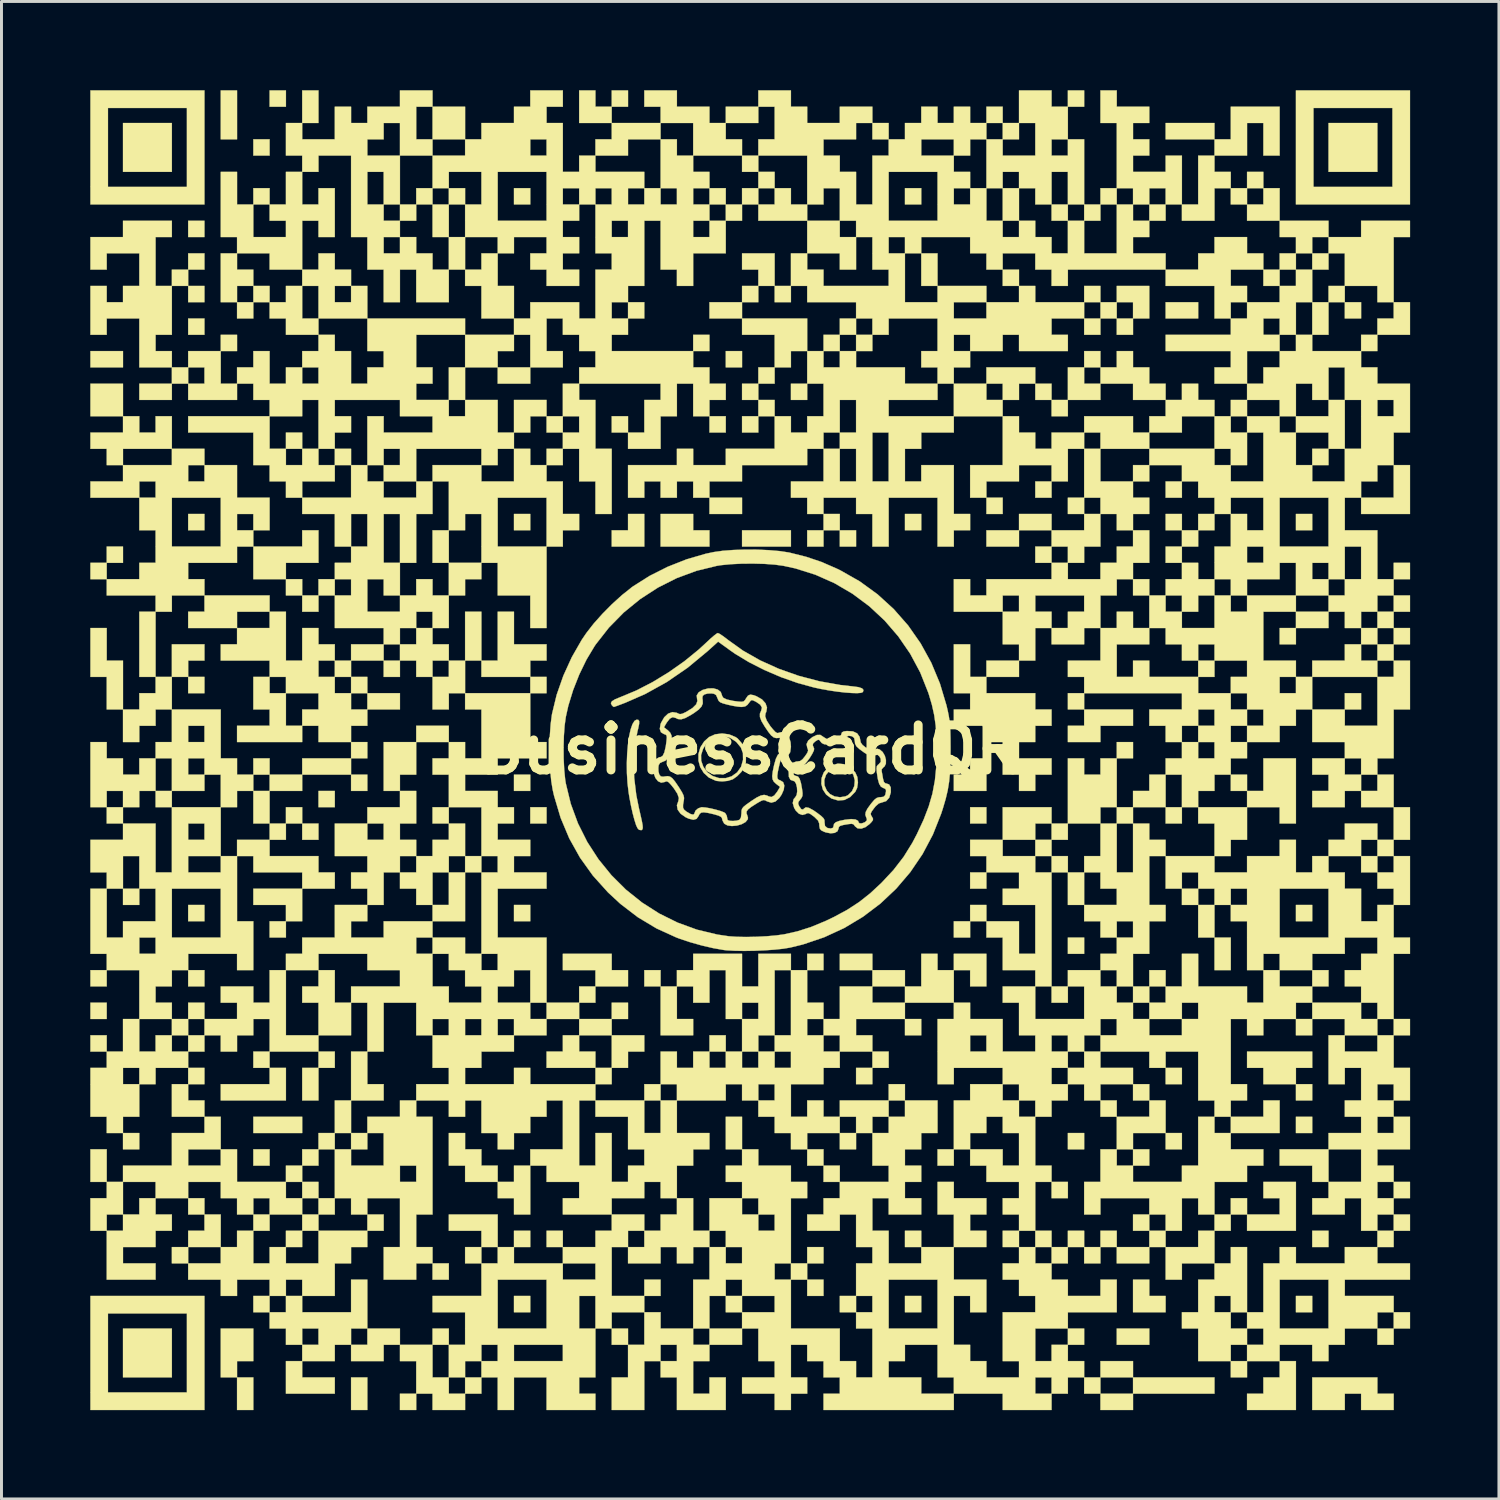
<source format=kicad_pcb>
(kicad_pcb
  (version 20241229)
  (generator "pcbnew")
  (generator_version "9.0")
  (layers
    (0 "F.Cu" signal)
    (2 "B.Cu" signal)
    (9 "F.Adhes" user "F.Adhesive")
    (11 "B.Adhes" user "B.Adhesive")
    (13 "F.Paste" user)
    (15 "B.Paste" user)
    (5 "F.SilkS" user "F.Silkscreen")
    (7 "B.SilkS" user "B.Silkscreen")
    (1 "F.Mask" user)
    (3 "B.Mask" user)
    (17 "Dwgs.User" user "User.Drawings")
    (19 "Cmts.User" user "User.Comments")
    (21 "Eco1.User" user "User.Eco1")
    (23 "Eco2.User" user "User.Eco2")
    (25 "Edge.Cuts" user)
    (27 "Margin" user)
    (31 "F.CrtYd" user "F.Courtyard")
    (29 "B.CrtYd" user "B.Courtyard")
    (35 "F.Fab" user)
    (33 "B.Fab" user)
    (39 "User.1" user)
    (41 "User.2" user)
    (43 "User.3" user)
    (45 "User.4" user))
  (footprint "BusinessCardQR"
    (layer "F.Cu")
    (at 22.272 22.272)
    (property "Reference" "BusinessCardQR" (at 0 0 0) (layer "F.SilkS") (effects (font (size 1.524 1.524) (thickness 0.3))))
    (attr through_hole)
    (fp_poly (pts (xy -22.267 -11.261) (xy -22.267 -12.361) (xy -21.167 -12.361) (xy -21.167 -11.261) (xy -22.267 -11.261)) (stroke (width 0.01) (type solid)) (fill yes) (layer "F.SilkS"))
    (fp_poly (pts (xy -22.267 10.202) (xy -22.267 9.652) (xy -21.717 9.652) (xy -21.717 10.202) (xy -22.267 10.202)) (stroke (width 0.01) (type solid)) (fill yes) (layer "F.SilkS"))
    (fp_poly (pts (xy -22.267 14.605) (xy -22.267 13.504) (xy -21.717 13.504) (xy -21.717 14.605) (xy -22.267 14.605)) (stroke (width 0.01) (type solid)) (fill yes) (layer "F.SilkS"))
    (fp_poly (pts (xy -21.717 -6.858) (xy -21.167 -6.858) (xy -21.167 -6.308) (xy -21.717 -6.308) (xy -21.717 -6.858)) (stroke (width 0.01) (type solid)) (fill yes) (layer "F.SilkS"))
    (fp_poly (pts (xy -21.717 -5.757) (xy -22.267 -5.757) (xy -22.267 -6.308) (xy -21.717 -6.308) (xy -21.717 -5.757)) (stroke (width 0.01) (type solid)) (fill yes) (layer "F.SilkS"))
    (fp_poly (pts (xy -21.717 2.498) (xy -21.717 1.947) (xy -21.167 1.947) (xy -21.167 2.498) (xy -21.717 2.498)) (stroke (width 0.01) (type solid)) (fill yes) (layer "F.SilkS"))
    (fp_poly (pts (xy -21.717 8.001) (xy -22.267 8.001) (xy -22.267 7.451) (xy -21.717 7.451) (xy -21.717 8.001)) (stroke (width 0.01) (type solid)) (fill yes) (layer "F.SilkS"))
    (fp_poly (pts (xy -21.717 9.102) (xy -22.267 9.102) (xy -22.267 8.551) (xy -21.717 8.551) (xy -21.717 9.102)) (stroke (width 0.01) (type solid)) (fill yes) (layer "F.SilkS"))
    (fp_poly (pts (xy -21.167 -12.912) (xy -22.267 -12.912) (xy -22.267 -13.462) (xy -21.167 -13.462) (xy -21.167 -12.912)) (stroke (width 0.01) (type solid)) (fill yes) (layer "F.SilkS"))
    (fp_poly (pts (xy -20.616 -2.455) (xy -20.616 -4.657) (xy -20.066 -4.657) (xy -20.066 -2.455) (xy -20.616 -2.455)) (stroke (width 0.01) (type solid)) (fill yes) (layer "F.SilkS"))
    (fp_poly (pts (xy -20.616 5.249) (xy -21.167 5.249) (xy -21.167 4.699) (xy -20.616 4.699) (xy -20.616 5.249)) (stroke (width 0.01) (type solid)) (fill yes) (layer "F.SilkS"))
    (fp_poly (pts (xy -20.616 12.954) (xy -20.616 13.504) (xy -21.167 13.504) (xy -21.167 12.954) (xy -20.616 12.954)) (stroke (width 0.01) (type solid)) (fill yes) (layer "F.SilkS"))
    (fp_poly (pts (xy -19.516 -19.516) (xy -21.167 -19.516) (xy -21.167 -21.167) (xy -19.516 -21.167) (xy -19.516 -19.516)) (stroke (width 0.01) (type solid)) (fill yes) (layer "F.SilkS"))
    (fp_poly (pts (xy -19.516 -11.811) (xy -20.616 -11.811) (xy -20.616 -12.361) (xy -19.516 -12.361) (xy -19.516 -11.811)) (stroke (width 0.01) (type solid)) (fill yes) (layer "F.SilkS"))
    (fp_poly (pts (xy -19.516 1.947) (xy -20.066 1.947) (xy -20.066 1.397) (xy -19.516 1.397) (xy -19.516 1.947)) (stroke (width 0.01) (type solid)) (fill yes) (layer "F.SilkS"))
    (fp_poly (pts (xy -19.516 17.357) (xy -19.516 16.806) (xy -18.965 16.806) (xy -18.965 17.357) (xy -19.516 17.357)) (stroke (width 0.01) (type solid)) (fill yes) (layer "F.SilkS"))
    (fp_poly (pts (xy -19.516 21.209) (xy -21.167 21.209) (xy -21.167 19.558) (xy -19.516 19.558) (xy -19.516 21.209)) (stroke (width 0.01) (type solid)) (fill yes) (layer "F.SilkS"))
    (fp_poly (pts (xy -18.965 -16.764) (xy -18.415 -16.764) (xy -18.415 -16.214) (xy -18.965 -16.214) (xy -18.965 -16.764)) (stroke (width 0.01) (type solid)) (fill yes) (layer "F.SilkS"))
    (fp_poly (pts (xy -18.965 -15.663) (xy -19.516 -15.663) (xy -19.516 -16.214) (xy -18.965 -16.214) (xy -18.965 -15.663)) (stroke (width 0.01) (type solid)) (fill yes) (layer "F.SilkS"))
    (fp_poly (pts (xy -18.965 10.753) (xy -18.415 10.753) (xy -18.415 11.303) (xy -18.965 11.303) (xy -18.965 10.753)) (stroke (width 0.01) (type solid)) (fill yes) (layer "F.SilkS"))
    (fp_poly (pts (xy -18.965 15.706) (xy -18.965 15.155) (xy -18.415 15.155) (xy -18.415 15.706) (xy -18.965 15.706)) (stroke (width 0.01) (type solid)) (fill yes) (layer "F.SilkS"))
    (fp_poly (pts (xy -18.415 -17.314) (xy -18.965 -17.314) (xy -18.965 -17.865) (xy -18.415 -17.865) (xy -18.415 -17.314)) (stroke (width 0.01) (type solid)) (fill yes) (layer "F.SilkS"))
    (fp_poly (pts (xy -18.415 -15.113) (xy -18.965 -15.113) (xy -18.965 -15.663) (xy -18.415 -15.663) (xy -18.415 -15.113)) (stroke (width 0.01) (type solid)) (fill yes) (layer "F.SilkS"))
    (fp_poly (pts (xy -18.415 -14.012) (xy -18.965 -14.012) (xy -18.965 -14.563) (xy -18.415 -14.563) (xy -18.415 -14.012)) (stroke (width 0.01) (type solid)) (fill yes) (layer "F.SilkS"))
    (fp_poly (pts (xy -18.415 -7.408) (xy -18.965 -7.408) (xy -18.965 -7.959) (xy -18.415 -7.959) (xy -18.415 -7.408)) (stroke (width 0.01) (type solid)) (fill yes) (layer "F.SilkS"))
    (fp_poly (pts (xy -18.415 -2.455) (xy -18.415 -1.905) (xy -18.965 -1.905) (xy -18.965 -2.455) (xy -18.415 -2.455)) (stroke (width 0.01) (type solid)) (fill yes) (layer "F.SilkS"))
    (fp_poly (pts (xy -18.415 5.8) (xy -18.965 5.8) (xy -18.965 5.249) (xy -18.415 5.249) (xy -18.415 5.8)) (stroke (width 0.01) (type solid)) (fill yes) (layer "F.SilkS"))
    (fp_poly (pts (xy -18.415 8.001) (xy -18.965 8.001) (xy -18.965 7.451) (xy -18.415 7.451) (xy -18.415 8.001)) (stroke (width 0.01) (type solid)) (fill yes) (layer "F.SilkS"))
    (fp_poly (pts (xy -17.865 -14.012) (xy -17.314 -14.012) (xy -17.314 -13.462) (xy -17.865 -13.462) (xy -17.865 -14.012)) (stroke (width 0.01) (type solid)) (fill yes) (layer "F.SilkS"))
    (fp_poly (pts (xy -17.314 -20.616) (xy -17.865 -20.616) (xy -17.865 -22.267) (xy -17.314 -22.267) (xy -17.314 -20.616)) (stroke (width 0.01) (type solid)) (fill yes) (layer "F.SilkS"))
    (fp_poly (pts (xy -16.764 -15.113) (xy -16.764 -15.663) (xy -16.214 -15.663) (xy -16.214 -15.113) (xy -16.764 -15.113)) (stroke (width 0.01) (type solid)) (fill yes) (layer "F.SilkS"))
    (fp_poly (pts (xy -16.764 -14.563) (xy -17.314 -14.563) (xy -17.314 -15.113) (xy -16.764 -15.113) (xy -16.764 -14.563)) (stroke (width 0.01) (type solid)) (fill yes) (layer "F.SilkS"))
    (fp_poly (pts (xy -16.764 0.847) (xy -16.764 0.296) (xy -16.214 0.296) (xy -16.214 0.847) (xy -16.764 0.847)) (stroke (width 0.01) (type solid)) (fill yes) (layer "F.SilkS"))
    (fp_poly (pts (xy -16.764 2.498) (xy -16.764 1.397) (xy -16.214 1.397) (xy -16.214 2.498) (xy -16.764 2.498)) (stroke (width 0.01) (type solid)) (fill yes) (layer "F.SilkS"))
    (fp_poly (pts (xy -16.764 10.753) (xy -16.764 10.202) (xy -16.214 10.202) (xy -16.214 10.753) (xy -16.764 10.753)) (stroke (width 0.01) (type solid)) (fill yes) (layer "F.SilkS"))
    (fp_poly (pts (xy -16.764 19.008) (xy -16.764 18.457) (xy -16.214 18.457) (xy -16.214 19.008) (xy -16.764 19.008)) (stroke (width 0.01) (type solid)) (fill yes) (layer "F.SilkS"))
    (fp_poly (pts (xy -16.764 21.209) (xy -16.764 22.31) (xy -17.314 22.31) (xy -17.314 21.209) (xy -16.764 21.209)) (stroke (width 0.01) (type solid)) (fill yes) (layer "F.SilkS"))
    (fp_poly (pts (xy -16.214 -20.066) (xy -16.764 -20.066) (xy -16.764 -20.616) (xy -16.214 -20.616) (xy -16.214 -20.066)) (stroke (width 0.01) (type solid)) (fill yes) (layer "F.SilkS"))
    (fp_poly (pts (xy -16.214 0.847) (xy -15.113 0.847) (xy -15.113 1.397) (xy -16.214 1.397) (xy -16.214 0.847)) (stroke (width 0.01) (type solid)) (fill yes) (layer "F.SilkS"))
    (fp_poly (pts (xy -16.214 14.055) (xy -16.764 14.055) (xy -16.764 13.504) (xy -16.214 13.504) (xy -16.214 14.055)) (stroke (width 0.01) (type solid)) (fill yes) (layer "F.SilkS"))
    (fp_poly (pts (xy -16.214 16.256) (xy -16.764 16.256) (xy -16.764 15.706) (xy -16.214 15.706) (xy -16.214 16.256)) (stroke (width 0.01) (type solid)) (fill yes) (layer "F.SilkS"))
    (fp_poly (pts (xy -15.663 -21.717) (xy -16.214 -21.717) (xy -16.214 -22.267) (xy -15.663 -22.267) (xy -15.663 -21.717)) (stroke (width 0.01) (type solid)) (fill yes) (layer "F.SilkS"))
    (fp_poly (pts (xy -15.663 1.947) (xy -15.113 1.947) (xy -15.113 2.498) (xy -15.663 2.498) (xy -15.663 1.947)) (stroke (width 0.01) (type solid)) (fill yes) (layer "F.SilkS"))
    (fp_poly (pts (xy -15.663 3.048) (xy -16.214 3.048) (xy -16.214 2.498) (xy -15.663 2.498) (xy -15.663 3.048)) (stroke (width 0.01) (type solid)) (fill yes) (layer "F.SilkS"))
    (fp_poly (pts (xy -15.663 6.35) (xy -16.214 6.35) (xy -16.214 5.8) (xy -15.663 5.8) (xy -15.663 6.35)) (stroke (width 0.01) (type solid)) (fill yes) (layer "F.SilkS"))
    (fp_poly (pts (xy -15.113 -22.267) (xy -14.563 -22.267) (xy -14.563 -21.167) (xy -15.113 -21.167) (xy -15.113 -22.267)) (stroke (width 0.01) (type solid)) (fill yes) (layer "F.SilkS"))
    (fp_poly (pts (xy -15.113 -10.16) (xy -15.663 -10.16) (xy -15.663 -10.71) (xy -15.113 -10.71) (xy -15.113 -10.16)) (stroke (width 0.01) (type solid)) (fill yes) (layer "F.SilkS"))
    (fp_poly (pts (xy -15.113 -5.757) (xy -15.113 -5.207) (xy -15.663 -5.207) (xy -15.663 -5.757) (xy -15.113 -5.757)) (stroke (width 0.01) (type solid)) (fill yes) (layer "F.SilkS"))
    (fp_poly (pts (xy -15.113 0.296) (xy -13.462 0.296) (xy -13.462 0.847) (xy -15.113 0.847) (xy -15.113 0.296)) (stroke (width 0.01) (type solid)) (fill yes) (layer "F.SilkS"))
    (fp_poly (pts (xy -15.113 12.954) (xy -16.764 12.954) (xy -16.764 12.404) (xy -15.113 12.404) (xy -15.113 12.954)) (stroke (width 0.01) (type solid)) (fill yes) (layer "F.SilkS"))
    (fp_poly (pts (xy -15.113 15.706) (xy -14.563 15.706) (xy -14.563 16.256) (xy -15.113 16.256) (xy -15.113 15.706)) (stroke (width 0.01) (type solid)) (fill yes) (layer "F.SilkS"))
    (fp_poly (pts (xy -15.113 16.806) (xy -15.663 16.806) (xy -15.663 16.256) (xy -15.113 16.256) (xy -15.113 16.806)) (stroke (width 0.01) (type solid)) (fill yes) (layer "F.SilkS"))
    (fp_poly (pts (xy -14.563 -5.757) (xy -14.012 -5.757) (xy -14.012 -5.207) (xy -14.563 -5.207) (xy -14.563 -5.757)) (stroke (width 0.01) (type solid)) (fill yes) (layer "F.SilkS"))
    (fp_poly (pts (xy -14.563 -5.207) (xy -14.563 -4.657) (xy -15.113 -4.657) (xy -15.113 -5.207) (xy -14.563 -5.207)) (stroke (width 0.01) (type solid)) (fill yes) (layer "F.SilkS"))
    (fp_poly (pts (xy -14.563 3.048) (xy -15.113 3.048) (xy -15.113 2.498) (xy -14.563 2.498) (xy -14.563 3.048)) (stroke (width 0.01) (type solid)) (fill yes) (layer "F.SilkS"))
    (fp_poly (pts (xy -14.563 10.202) (xy -14.012 10.202) (xy -14.012 10.753) (xy -14.563 10.753) (xy -14.563 10.202)) (stroke (width 0.01) (type solid)) (fill yes) (layer "F.SilkS"))
    (fp_poly (pts (xy -14.563 11.853) (xy -15.113 11.853) (xy -15.113 10.753) (xy -14.563 10.753) (xy -14.563 11.853)) (stroke (width 0.01) (type solid)) (fill yes) (layer "F.SilkS"))
    (fp_poly (pts (xy -14.012 1.947) (xy -14.563 1.947) (xy -14.563 1.397) (xy -14.012 1.397) (xy -14.012 1.947)) (stroke (width 0.01) (type solid)) (fill yes) (layer "F.SilkS"))
    (fp_poly (pts (xy -13.462 -9.61) (xy -14.012 -9.61) (xy -14.012 -10.16) (xy -13.462 -10.16) (xy -13.462 -9.61)) (stroke (width 0.01) (type solid)) (fill yes) (layer "F.SilkS"))
    (fp_poly (pts (xy -13.462 -3.006) (xy -13.462 -3.556) (xy -12.361 -3.556) (xy -12.361 -3.006) (xy -13.462 -3.006)) (stroke (width 0.01) (type solid)) (fill yes) (layer "F.SilkS"))
    (fp_poly (pts (xy -13.462 -0.254) (xy -12.912 -0.254) (xy -12.912 0.296) (xy -13.462 0.296) (xy -13.462 -0.254)) (stroke (width 0.01) (type solid)) (fill yes) (layer "F.SilkS"))
    (fp_poly (pts (xy -12.912 1.397) (xy -13.462 1.397) (xy -13.462 0.847) (xy -12.912 0.847) (xy -12.912 1.397)) (stroke (width 0.01) (type solid)) (fill yes) (layer "F.SilkS"))
    (fp_poly (pts (xy -12.912 13.504) (xy -13.462 13.504) (xy -13.462 12.954) (xy -12.912 12.954) (xy -12.912 13.504)) (stroke (width 0.01) (type solid)) (fill yes) (layer "F.SilkS"))
    (fp_poly (pts (xy -12.912 22.31) (xy -13.462 22.31) (xy -13.462 21.209) (xy -12.912 21.209) (xy -12.912 22.31)) (stroke (width 0.01) (type solid)) (fill yes) (layer "F.SilkS"))
    (fp_poly (pts (xy -12.361 15.706) (xy -12.361 16.256) (xy -12.912 16.256) (xy -12.912 15.706) (xy -12.361 15.706)) (stroke (width 0.01) (type solid)) (fill yes) (layer "F.SilkS"))
    (fp_poly (pts (xy -11.811 -2.455) (xy -12.361 -2.455) (xy -12.361 -3.006) (xy -11.811 -3.006) (xy -11.811 -2.455)) (stroke (width 0.01) (type solid)) (fill yes) (layer "F.SilkS"))
    (fp_poly (pts (xy -11.261 -18.415) (xy -11.261 -18.965) (xy -10.71 -18.965) (xy -10.71 -18.415) (xy -11.261 -18.415)) (stroke (width 0.01) (type solid)) (fill yes) (layer "F.SilkS"))
    (fp_poly (pts (xy -11.261 -17.865) (xy -11.811 -17.865) (xy -11.811 -18.415) (xy -11.261 -18.415) (xy -11.261 -17.865)) (stroke (width 0.01) (type solid)) (fill yes) (layer "F.SilkS"))
    (fp_poly (pts (xy -11.261 22.31) (xy -11.811 22.31) (xy -11.811 21.759) (xy -11.261 21.759) (xy -11.261 22.31)) (stroke (width 0.01) (type solid)) (fill yes) (layer "F.SilkS"))
    (fp_poly (pts (xy -10.71 -20.616) (xy -10.71 -21.717) (xy -9.61 -21.717) (xy -9.61 -20.616) (xy -10.71 -20.616)) (stroke (width 0.01) (type solid)) (fill yes) (layer "F.SilkS"))
    (fp_poly (pts (xy -10.71 2.498) (xy -10.71 1.947) (xy -10.16 1.947) (xy -10.16 2.498) (xy -10.71 2.498)) (stroke (width 0.01) (type solid)) (fill yes) (layer "F.SilkS"))
    (fp_poly (pts (xy -10.16 -18.965) (xy -9.61 -18.965) (xy -9.61 -18.415) (xy -10.16 -18.415) (xy -10.16 -18.965)) (stroke (width 0.01) (type solid)) (fill yes) (layer "F.SilkS"))
    (fp_poly (pts (xy -10.16 -17.314) (xy -10.71 -17.314) (xy -10.71 -18.415) (xy -10.16 -18.415) (xy -10.16 -17.314)) (stroke (width 0.01) (type solid)) (fill yes) (layer "F.SilkS"))
    (fp_poly (pts (xy -10.16 -16.214) (xy -10.16 -17.314) (xy -9.61 -17.314) (xy -9.61 -16.214) (xy -10.16 -16.214)) (stroke (width 0.01) (type solid)) (fill yes) (layer "F.SilkS"))
    (fp_poly (pts (xy -10.16 17.907) (xy -10.71 17.907) (xy -10.71 17.357) (xy -10.16 17.357) (xy -10.16 17.907)) (stroke (width 0.01) (type solid)) (fill yes) (layer "F.SilkS"))
    (fp_poly (pts (xy -10.16 20.108) (xy -10.71 20.108) (xy -10.71 19.558) (xy -10.16 19.558) (xy -10.16 20.108)) (stroke (width 0.01) (type solid)) (fill yes) (layer "F.SilkS"))
    (fp_poly (pts (xy -9.61 -11.811) (xy -10.16 -11.811) (xy -10.16 -12.912) (xy -9.61 -12.912) (xy -9.61 -11.811)) (stroke (width 0.01) (type solid)) (fill yes) (layer "F.SilkS"))
    (fp_poly (pts (xy -9.61 3.598) (xy -9.059 3.598) (xy -9.059 4.149) (xy -9.61 4.149) (xy -9.61 3.598)) (stroke (width 0.01) (type solid)) (fill yes) (layer "F.SilkS"))
    (fp_poly (pts (xy -9.059 17.357) (xy -9.61 17.357) (xy -9.61 16.806) (xy -9.059 16.806) (xy -9.059 17.357)) (stroke (width 0.01) (type solid)) (fill yes) (layer "F.SilkS"))
    (fp_poly (pts (xy -7.408 -18.415) (xy -7.959 -18.415) (xy -7.959 -18.965) (xy -7.408 -18.965) (xy -7.408 -18.415)) (stroke (width 0.01) (type solid)) (fill yes) (layer "F.SilkS"))
    (fp_poly (pts (xy -7.408 -12.361) (xy -8.509 -12.361) (xy -8.509 -12.912) (xy -7.408 -12.912) (xy -7.408 -12.361)) (stroke (width 0.01) (type solid)) (fill yes) (layer "F.SilkS"))
    (fp_poly (pts (xy -7.408 -7.408) (xy -7.959 -7.408) (xy -7.959 -7.959) (xy -7.408 -7.959) (xy -7.408 -7.408)) (stroke (width 0.01) (type solid)) (fill yes) (layer "F.SilkS"))
    (fp_poly (pts (xy -7.408 1.397) (xy -7.959 1.397) (xy -7.959 0.847) (xy -7.408 0.847) (xy -7.408 1.397)) (stroke (width 0.01) (type solid)) (fill yes) (layer "F.SilkS"))
    (fp_poly (pts (xy -7.408 5.8) (xy -7.959 5.8) (xy -7.959 5.249) (xy -7.408 5.249) (xy -7.408 5.8)) (stroke (width 0.01) (type solid)) (fill yes) (layer "F.SilkS"))
    (fp_poly (pts (xy -7.408 16.806) (xy -7.959 16.806) (xy -7.959 16.256) (xy -7.408 16.256) (xy -7.408 16.806)) (stroke (width 0.01) (type solid)) (fill yes) (layer "F.SilkS"))
    (fp_poly (pts (xy -7.408 19.008) (xy -7.959 19.008) (xy -7.959 18.457) (xy -7.408 18.457) (xy -7.408 19.008)) (stroke (width 0.01) (type solid)) (fill yes) (layer "F.SilkS"))
    (fp_poly (pts (xy -6.858 -10.16) (xy -6.308 -10.16) (xy -6.308 -9.61) (xy -6.858 -9.61) (xy -6.858 -10.16)) (stroke (width 0.01) (type solid)) (fill yes) (layer "F.SilkS"))
    (fp_poly (pts (xy -6.858 2.498) (xy -7.408 2.498) (xy -7.408 1.947) (xy -6.858 1.947) (xy -6.858 2.498)) (stroke (width 0.01) (type solid)) (fill yes) (layer "F.SilkS"))
    (fp_poly (pts (xy -6.308 16.806) (xy -6.858 16.806) (xy -6.858 16.256) (xy -6.308 16.256) (xy -6.308 16.806)) (stroke (width 0.01) (type solid)) (fill yes) (layer "F.SilkS"))
    (fp_poly (pts (xy -5.207 8.551) (xy -5.757 8.551) (xy -5.757 8.001) (xy -5.207 8.001) (xy -5.207 8.551)) (stroke (width 0.01) (type solid)) (fill yes) (layer "F.SilkS"))
    (fp_poly (pts (xy -4.657 -22.267) (xy -4.106 -22.267) (xy -4.106 -21.717) (xy -4.657 -21.717) (xy -4.657 -22.267)) (stroke (width 0.01) (type solid)) (fill yes) (layer "F.SilkS"))
    (fp_poly (pts (xy -4.657 8.551) (xy -4.106 8.551) (xy -4.106 9.102) (xy -4.657 9.102) (xy -4.657 8.551)) (stroke (width 0.01) (type solid)) (fill yes) (layer "F.SilkS"))
    (fp_poly (pts (xy -4.657 20.108) (xy -4.657 19.558) (xy -4.106 19.558) (xy -4.106 20.108) (xy -4.657 20.108)) (stroke (width 0.01) (type solid)) (fill yes) (layer "F.SilkS"))
    (fp_poly (pts (xy -4.106 -10.71) (xy -4.657 -10.71) (xy -4.657 -11.261) (xy -4.106 -11.261) (xy -4.106 -10.71)) (stroke (width 0.01) (type solid)) (fill yes) (layer "F.SilkS"))
    (fp_poly (pts (xy -3.556 -14.563) (xy -4.106 -14.563) (xy -4.106 -15.113) (xy -3.556 -15.113) (xy -3.556 -14.563)) (stroke (width 0.01) (type solid)) (fill yes) (layer "F.SilkS"))
    (fp_poly (pts (xy -3.556 8.001) (xy -3.556 7.451) (xy -3.006 7.451) (xy -3.006 8.001) (xy -3.556 8.001)) (stroke (width 0.01) (type solid)) (fill yes) (layer "F.SilkS"))
    (fp_poly (pts (xy -3.006 18.457) (xy -3.556 18.457) (xy -3.556 17.907) (xy -3.006 17.907) (xy -3.006 18.457)) (stroke (width 0.01) (type solid)) (fill yes) (layer "F.SilkS"))
    (fp_poly (pts (xy -1.355 -18.415) (xy -1.355 -18.965) (xy -0.804 -18.965) (xy -0.804 -18.415) (xy -1.355 -18.415)) (stroke (width 0.01) (type solid)) (fill yes) (layer "F.SilkS"))
    (fp_poly (pts (xy -1.355 -14.563) (xy -1.355 -15.113) (xy -0.254 -15.113) (xy -0.254 -14.563) (xy -1.355 -14.563)) (stroke (width 0.01) (type solid)) (fill yes) (layer "F.SilkS"))
    (fp_poly (pts (xy -1.355 -13.462) (xy -1.905 -13.462) (xy -1.905 -14.012) (xy -1.355 -14.012) (xy -1.355 -13.462)) (stroke (width 0.01) (type solid)) (fill yes) (layer "F.SilkS"))
    (fp_poly (pts (xy -0.804 -10.71) (xy -1.355 -10.71) (xy -1.355 -11.261) (xy -0.804 -11.261) (xy -0.804 -10.71)) (stroke (width 0.01) (type solid)) (fill yes) (layer "F.SilkS"))
    (fp_poly (pts (xy -0.254 -19.516) (xy -0.254 -20.066) (xy 0.296 -20.066) (xy 0.296 -19.516) (xy -0.254 -19.516)) (stroke (width 0.01) (type solid)) (fill yes) (layer "F.SilkS"))
    (fp_poly (pts (xy -0.254 -18.415) (xy -0.254 -18.965) (xy 0.296 -18.965) (xy 0.296 -18.415) (xy -0.254 -18.415)) (stroke (width 0.01) (type solid)) (fill yes) (layer "F.SilkS"))
    (fp_poly (pts (xy -0.254 -18.415) (xy -0.254 -17.865) (xy -0.804 -17.865) (xy -0.804 -18.415) (xy -0.254 -18.415)) (stroke (width 0.01) (type solid)) (fill yes) (layer "F.SilkS"))
    (fp_poly (pts (xy -0.254 -15.663) (xy 0.296 -15.663) (xy 0.296 -15.113) (xy -0.254 -15.113) (xy -0.254 -15.663)) (stroke (width 0.01) (type solid)) (fill yes) (layer "F.SilkS"))
    (fp_poly (pts (xy -0.254 -12.912) (xy -0.804 -12.912) (xy -0.804 -13.462) (xy -0.254 -13.462) (xy -0.254 -12.912)) (stroke (width 0.01) (type solid)) (fill yes) (layer "F.SilkS"))
    (fp_poly (pts (xy -0.254 -11.811) (xy -0.254 -12.361) (xy 0.296 -12.361) (xy 0.296 -11.811) (xy -0.254 -11.811)) (stroke (width 0.01) (type solid)) (fill yes) (layer "F.SilkS"))
    (fp_poly (pts (xy -0.254 -8.509) (xy -0.254 -7.959) (xy -1.355 -7.959) (xy -1.355 -8.509) (xy -0.254 -8.509)) (stroke (width 0.01) (type solid)) (fill yes) (layer "F.SilkS"))
    (fp_poly (pts (xy -0.254 13.504) (xy -0.804 13.504) (xy -0.804 12.404) (xy -0.254 12.404) (xy -0.254 13.504)) (stroke (width 0.01) (type solid)) (fill yes) (layer "F.SilkS"))
    (fp_poly (pts (xy -0.254 19.008) (xy -0.804 19.008) (xy -0.804 18.457) (xy -0.254 18.457) (xy -0.254 19.008)) (stroke (width 0.01) (type solid)) (fill yes) (layer "F.SilkS"))
    (fp_poly (pts (xy 0.296 -21.167) (xy -0.804 -21.167) (xy -0.804 -21.717) (xy 0.296 -21.717) (xy 0.296 -21.167)) (stroke (width 0.01) (type solid)) (fill yes) (layer "F.SilkS"))
    (fp_poly (pts (xy 0.296 -19.516) (xy 0.847 -19.516) (xy 0.847 -18.965) (xy 0.296 -18.965) (xy 0.296 -19.516)) (stroke (width 0.01) (type solid)) (fill yes) (layer "F.SilkS"))
    (fp_poly (pts (xy 0.296 -12.912) (xy 0.847 -12.912) (xy 0.847 -12.361) (xy 0.296 -12.361) (xy 0.296 -12.912)) (stroke (width 0.01) (type solid)) (fill yes) (layer "F.SilkS"))
    (fp_poly (pts (xy 0.296 -11.811) (xy 0.847 -11.811) (xy 0.847 -11.261) (xy 0.296 -11.261) (xy 0.296 -11.811)) (stroke (width 0.01) (type solid)) (fill yes) (layer "F.SilkS"))
    (fp_poly (pts (xy 0.296 -10.71) (xy -0.254 -10.71) (xy -0.254 -11.261) (xy 0.296 -11.261) (xy 0.296 -10.71)) (stroke (width 0.01) (type solid)) (fill yes) (layer "F.SilkS"))
    (fp_poly (pts (xy 1.397 -15.113) (xy 0.847 -15.113) (xy 0.847 -15.663) (xy 1.397 -15.663) (xy 1.397 -15.113)) (stroke (width 0.01) (type solid)) (fill yes) (layer "F.SilkS"))
    (fp_poly (pts (xy 1.397 -6.858) (xy -0.254 -6.858) (xy -0.254 -7.408) (xy 1.397 -7.408) (xy 1.397 -6.858)) (stroke (width 0.01) (type solid)) (fill yes) (layer "F.SilkS"))
    (fp_poly (pts (xy 1.397 17.907) (xy 1.397 17.357) (xy 1.947 17.357) (xy 1.947 17.907) (xy 1.397 17.907)) (stroke (width 0.01) (type solid)) (fill yes) (layer "F.SilkS"))
    (fp_poly (pts (xy 1.947 -11.811) (xy 1.397 -11.811) (xy 1.397 -12.361) (xy 1.947 -12.361) (xy 1.947 -11.811)) (stroke (width 0.01) (type solid)) (fill yes) (layer "F.SilkS"))
    (fp_poly (pts (xy 1.947 6.9) (xy 2.498 6.9) (xy 2.498 7.451) (xy 1.947 7.451) (xy 1.947 6.9)) (stroke (width 0.01) (type solid)) (fill yes) (layer "F.SilkS"))
    (fp_poly (pts (xy 1.947 14.055) (xy 1.947 13.504) (xy 2.498 13.504) (xy 2.498 14.055) (xy 1.947 14.055)) (stroke (width 0.01) (type solid)) (fill yes) (layer "F.SilkS"))
    (fp_poly (pts (xy 1.947 16.806) (xy 2.498 16.806) (xy 2.498 17.357) (xy 1.947 17.357) (xy 1.947 16.806)) (stroke (width 0.01) (type solid)) (fill yes) (layer "F.SilkS"))
    (fp_poly (pts (xy 2.498 -7.959) (xy 3.048 -7.959) (xy 3.048 -7.408) (xy 2.498 -7.408) (xy 2.498 -7.959)) (stroke (width 0.01) (type solid)) (fill yes) (layer "F.SilkS"))
    (fp_poly (pts (xy 2.498 -6.858) (xy 1.947 -6.858) (xy 1.947 -7.408) (xy 2.498 -7.408) (xy 2.498 -6.858)) (stroke (width 0.01) (type solid)) (fill yes) (layer "F.SilkS"))
    (fp_poly (pts (xy 2.498 17.907) (xy 2.498 18.457) (xy 1.947 18.457) (xy 1.947 17.907) (xy 2.498 17.907)) (stroke (width 0.01) (type solid)) (fill yes) (layer "F.SilkS"))
    (fp_poly (pts (xy 3.048 -14.563) (xy 3.598 -14.563) (xy 3.598 -14.012) (xy 3.048 -14.012) (xy 3.048 -14.563)) (stroke (width 0.01) (type solid)) (fill yes) (layer "F.SilkS"))
    (fp_poly (pts (xy 3.048 7.451) (xy 3.048 6.9) (xy 4.149 6.9) (xy 4.149 7.451) (xy 3.048 7.451)) (stroke (width 0.01) (type solid)) (fill yes) (layer "F.SilkS"))
    (fp_poly (pts (xy 3.048 14.055) (xy 3.048 14.605) (xy 2.498 14.605) (xy 2.498 14.055) (xy 3.048 14.055)) (stroke (width 0.01) (type solid)) (fill yes) (layer "F.SilkS"))
    (fp_poly (pts (xy 3.598 -14.012) (xy 4.149 -14.012) (xy 4.149 -13.462) (xy 3.598 -13.462) (xy 3.598 -14.012)) (stroke (width 0.01) (type solid)) (fill yes) (layer "F.SilkS"))
    (fp_poly (pts (xy 3.598 -6.858) (xy 3.048 -6.858) (xy 3.048 -7.408) (xy 3.598 -7.408) (xy 3.598 -6.858)) (stroke (width 0.01) (type solid)) (fill yes) (layer "F.SilkS"))
    (fp_poly (pts (xy 3.598 19.008) (xy 3.048 19.008) (xy 3.048 18.457) (xy 3.598 18.457) (xy 3.598 19.008)) (stroke (width 0.01) (type solid)) (fill yes) (layer "F.SilkS"))
    (fp_poly (pts (xy 4.149 -20.616) (xy 4.149 -21.167) (xy 4.699 -21.167) (xy 4.699 -20.616) (xy 4.149 -20.616)) (stroke (width 0.01) (type solid)) (fill yes) (layer "F.SilkS"))
    (fp_poly (pts (xy 4.149 10.202) (xy 4.699 10.202) (xy 4.699 10.753) (xy 4.149 10.753) (xy 4.149 10.202)) (stroke (width 0.01) (type solid)) (fill yes) (layer "F.SilkS"))
    (fp_poly (pts (xy 4.149 11.303) (xy 3.598 11.303) (xy 3.598 10.753) (xy 4.149 10.753) (xy 4.149 11.303)) (stroke (width 0.01) (type solid)) (fill yes) (layer "F.SilkS"))
    (fp_poly (pts (xy 4.699 11.303) (xy 5.249 11.303) (xy 5.249 11.853) (xy 4.699 11.853) (xy 4.699 11.303)) (stroke (width 0.01) (type solid)) (fill yes) (layer "F.SilkS"))
    (fp_poly (pts (xy 5.8 -18.415) (xy 5.249 -18.415) (xy 5.249 -18.965) (xy 5.8 -18.965) (xy 5.8 -18.415)) (stroke (width 0.01) (type solid)) (fill yes) (layer "F.SilkS"))
    (fp_poly (pts (xy 5.8 -7.408) (xy 5.249 -7.408) (xy 5.249 -7.959) (xy 5.8 -7.959) (xy 5.8 -7.408)) (stroke (width 0.01) (type solid)) (fill yes) (layer "F.SilkS"))
    (fp_poly (pts (xy 5.8 9.652) (xy 5.249 9.652) (xy 5.249 9.102) (xy 5.8 9.102) (xy 5.8 9.652)) (stroke (width 0.01) (type solid)) (fill yes) (layer "F.SilkS"))
    (fp_poly (pts (xy 5.8 16.806) (xy 5.249 16.806) (xy 5.249 16.256) (xy 5.8 16.256) (xy 5.8 16.806)) (stroke (width 0.01) (type solid)) (fill yes) (layer "F.SilkS"))
    (fp_poly (pts (xy 5.8 19.008) (xy 5.249 19.008) (xy 5.249 18.457) (xy 5.8 18.457) (xy 5.8 19.008)) (stroke (width 0.01) (type solid)) (fill yes) (layer "F.SilkS"))
    (fp_poly (pts (xy 6.35 -15.663) (xy 5.8 -15.663) (xy 5.8 -16.764) (xy 6.35 -16.764) (xy 6.35 -15.663)) (stroke (width 0.01) (type solid)) (fill yes) (layer "F.SilkS"))
    (fp_poly (pts (xy 6.9 14.055) (xy 6.35 14.055) (xy 6.35 13.504) (xy 6.9 13.504) (xy 6.9 14.055)) (stroke (width 0.01) (type solid)) (fill yes) (layer "F.SilkS"))
    (fp_poly (pts (xy 7.451 5.249) (xy 8.001 5.249) (xy 8.001 5.8) (xy 7.451 5.8) (xy 7.451 5.249)) (stroke (width 0.01) (type solid)) (fill yes) (layer "F.SilkS"))
    (fp_poly (pts (xy 7.451 6.35) (xy 6.9 6.35) (xy 6.9 5.8) (xy 7.451 5.8) (xy 7.451 6.35)) (stroke (width 0.01) (type solid)) (fill yes) (layer "F.SilkS"))
    (fp_poly (pts (xy 8.001 -3.006) (xy 9.102 -3.006) (xy 9.102 -2.455) (xy 8.001 -2.455) (xy 8.001 -3.006)) (stroke (width 0.01) (type solid)) (fill yes) (layer "F.SilkS"))
    (fp_poly (pts (xy 8.001 2.498) (xy 7.451 2.498) (xy 7.451 1.947) (xy 8.001 1.947) (xy 8.001 2.498)) (stroke (width 0.01) (type solid)) (fill yes) (layer "F.SilkS"))
    (fp_poly (pts (xy 8.001 4.699) (xy 7.451 4.699) (xy 7.451 4.149) (xy 8.001 4.149) (xy 8.001 4.699)) (stroke (width 0.01) (type solid)) (fill yes) (layer "F.SilkS"))
    (fp_poly (pts (xy 8.551 -8.509) (xy 8.551 -7.959) (xy 8.001 -7.959) (xy 8.001 -8.509) (xy 8.551 -8.509)) (stroke (width 0.01) (type solid)) (fill yes) (layer "F.SilkS"))
    (fp_poly (pts (xy 9.102 -17.865) (xy 8.551 -17.865) (xy 8.551 -18.965) (xy 9.102 -18.965) (xy 9.102 -17.865)) (stroke (width 0.01) (type solid)) (fill yes) (layer "F.SilkS"))
    (fp_poly (pts (xy 9.102 -15.663) (xy 8.551 -15.663) (xy 8.551 -16.214) (xy 9.102 -16.214) (xy 9.102 -15.663)) (stroke (width 0.01) (type solid)) (fill yes) (layer "F.SilkS"))
    (fp_poly (pts (xy 9.102 -7.959) (xy 10.202 -7.959) (xy 10.202 -7.408) (xy 9.102 -7.408) (xy 9.102 -7.959)) (stroke (width 0.01) (type solid)) (fill yes) (layer "F.SilkS"))
    (fp_poly (pts (xy 9.102 -6.858) (xy 8.001 -6.858) (xy 8.001 -7.408) (xy 9.102 -7.408) (xy 9.102 -6.858)) (stroke (width 0.01) (type solid)) (fill yes) (layer "F.SilkS"))
    (fp_poly (pts (xy 9.102 16.806) (xy 8.551 16.806) (xy 8.551 16.256) (xy 9.102 16.256) (xy 9.102 16.806)) (stroke (width 0.01) (type solid)) (fill yes) (layer "F.SilkS"))
    (fp_poly (pts (xy 9.652 -11.811) (xy 9.652 -12.361) (xy 10.202 -12.361) (xy 10.202 -11.811) (xy 9.652 -11.811)) (stroke (width 0.01) (type solid)) (fill yes) (layer "F.SilkS"))
    (fp_poly (pts (xy 9.652 3.598) (xy 9.652 3.048) (xy 10.202 3.048) (xy 10.202 3.598) (xy 9.652 3.598)) (stroke (width 0.01) (type solid)) (fill yes) (layer "F.SilkS"))
    (fp_poly (pts (xy 10.202 -8.509) (xy 9.652 -8.509) (xy 9.652 -9.059) (xy 10.202 -9.059) (xy 10.202 -8.509)) (stroke (width 0.01) (type solid)) (fill yes) (layer "F.SilkS"))
    (fp_poly (pts (xy 10.202 4.149) (xy 10.202 3.598) (xy 10.753 3.598) (xy 10.753 4.149) (xy 10.202 4.149)) (stroke (width 0.01) (type solid)) (fill yes) (layer "F.SilkS"))
    (fp_poly (pts (xy 10.202 16.806) (xy 9.652 16.806) (xy 9.652 16.256) (xy 10.202 16.256) (xy 10.202 16.806)) (stroke (width 0.01) (type solid)) (fill yes) (layer "F.SilkS"))
    (fp_poly (pts (xy 10.753 -22.267) (xy 11.303 -22.267) (xy 11.303 -21.717) (xy 10.753 -21.717) (xy 10.753 -22.267)) (stroke (width 0.01) (type solid)) (fill yes) (layer "F.SilkS"))
    (fp_poly (pts (xy 10.753 -17.865) (xy 10.202 -17.865) (xy 10.202 -18.415) (xy 10.753 -18.415) (xy 10.753 -17.865)) (stroke (width 0.01) (type solid)) (fill yes) (layer "F.SilkS"))
    (fp_poly (pts (xy 10.753 -11.811) (xy 10.753 -11.261) (xy 10.202 -11.261) (xy 10.202 -11.811) (xy 10.753 -11.811)) (stroke (width 0.01) (type solid)) (fill yes) (layer "F.SilkS"))
    (fp_poly (pts (xy 10.753 -1.355) (xy 10.753 -1.905) (xy 11.303 -1.905) (xy 11.303 -1.355) (xy 10.753 -1.355)) (stroke (width 0.01) (type solid)) (fill yes) (layer "F.SilkS"))
    (fp_poly (pts (xy 10.753 8.551) (xy 10.202 8.551) (xy 10.202 8.001) (xy 10.753 8.001) (xy 10.753 8.551)) (stroke (width 0.01) (type solid)) (fill yes) (layer "F.SilkS"))
    (fp_poly (pts (xy 10.753 15.155) (xy 10.202 15.155) (xy 10.202 14.605) (xy 10.753 14.605) (xy 10.753 15.155)) (stroke (width 0.01) (type solid)) (fill yes) (layer "F.SilkS"))
    (fp_poly (pts (xy 10.753 16.806) (xy 10.753 16.256) (xy 11.303 16.256) (xy 11.303 16.806) (xy 10.753 16.806)) (stroke (width 0.01) (type solid)) (fill yes) (layer "F.SilkS"))
    (fp_poly (pts (xy 10.753 17.357) (xy 10.202 17.357) (xy 10.202 16.806) (xy 10.753 16.806) (xy 10.753 17.357)) (stroke (width 0.01) (type solid)) (fill yes) (layer "F.SilkS"))
    (fp_poly (pts (xy 10.753 19.558) (xy 11.303 19.558) (xy 11.303 20.108) (xy 10.753 20.108) (xy 10.753 19.558)) (stroke (width 0.01) (type solid)) (fill yes) (layer "F.SilkS"))
    (fp_poly (pts (xy 11.303 -15.113) (xy 11.303 -15.663) (xy 11.853 -15.663) (xy 11.853 -15.113) (xy 11.303 -15.113)) (stroke (width 0.01) (type solid)) (fill yes) (layer "F.SilkS"))
    (fp_poly (pts (xy 11.303 -12.912) (xy 11.303 -13.462) (xy 11.853 -13.462) (xy 11.853 -12.912) (xy 11.303 -12.912)) (stroke (width 0.01) (type solid)) (fill yes) (layer "F.SilkS"))
    (fp_poly (pts (xy 11.303 4.149) (xy 11.303 5.249) (xy 10.753 5.249) (xy 10.753 4.149) (xy 11.303 4.149)) (stroke (width 0.01) (type solid)) (fill yes) (layer "F.SilkS"))
    (fp_poly (pts (xy 11.303 6.9) (xy 10.753 6.9) (xy 10.753 6.35) (xy 11.303 6.35) (xy 11.303 6.9)) (stroke (width 0.01) (type solid)) (fill yes) (layer "F.SilkS"))
    (fp_poly (pts (xy 11.303 13.504) (xy 10.753 13.504) (xy 10.753 12.954) (xy 11.303 12.954) (xy 11.303 13.504)) (stroke (width 0.01) (type solid)) (fill yes) (layer "F.SilkS"))
    (fp_poly (pts (xy 11.853 -14.012) (xy 11.303 -14.012) (xy 11.303 -14.563) (xy 11.853 -14.563) (xy 11.853 -14.012)) (stroke (width 0.01) (type solid)) (fill yes) (layer "F.SilkS"))
    (fp_poly (pts (xy 11.853 16.806) (xy 11.853 16.256) (xy 12.404 16.256) (xy 12.404 16.806) (xy 11.853 16.806)) (stroke (width 0.01) (type solid)) (fill yes) (layer "F.SilkS"))
    (fp_poly (pts (xy 11.853 17.357) (xy 11.303 17.357) (xy 11.303 16.806) (xy 11.853 16.806) (xy 11.853 17.357)) (stroke (width 0.01) (type solid)) (fill yes) (layer "F.SilkS"))
    (fp_poly (pts (xy 11.853 20.659) (xy 12.954 20.659) (xy 12.954 21.209) (xy 11.853 21.209) (xy 11.853 20.659)) (stroke (width 0.01) (type solid)) (fill yes) (layer "F.SilkS"))
    (fp_poly (pts (xy 11.853 21.759) (xy 11.303 21.759) (xy 11.303 21.209) (xy 11.853 21.209) (xy 11.853 21.759)) (stroke (width 0.01) (type solid)) (fill yes) (layer "F.SilkS"))
    (fp_poly (pts (xy 12.404 -0.254) (xy 12.954 -0.254) (xy 12.954 0.296) (xy 12.404 0.296) (xy 12.404 -0.254)) (stroke (width 0.01) (type solid)) (fill yes) (layer "F.SilkS"))
    (fp_poly (pts (xy 12.954 -9.61) (xy 13.504 -9.61) (xy 13.504 -9.059) (xy 12.954 -9.059) (xy 12.954 -9.61)) (stroke (width 0.01) (type solid)) (fill yes) (layer "F.SilkS"))
    (fp_poly (pts (xy 12.954 -5.207) (xy 12.954 -5.757) (xy 13.504 -5.757) (xy 13.504 -5.207) (xy 12.954 -5.207)) (stroke (width 0.01) (type solid)) (fill yes) (layer "F.SilkS"))
    (fp_poly (pts (xy 12.954 21.209) (xy 15.706 21.209) (xy 15.706 21.759) (xy 12.954 21.759) (xy 12.954 21.209)) (stroke (width 0.01) (type solid)) (fill yes) (layer "F.SilkS"))
    (fp_poly (pts (xy 12.954 22.31) (xy 11.853 22.31) (xy 11.853 21.759) (xy 12.954 21.759) (xy 12.954 22.31)) (stroke (width 0.01) (type solid)) (fill yes) (layer "F.SilkS"))
    (fp_poly (pts (xy 13.504 11.853) (xy 12.954 11.853) (xy 12.954 11.303) (xy 13.504 11.303) (xy 13.504 11.853)) (stroke (width 0.01) (type solid)) (fill yes) (layer "F.SilkS"))
    (fp_poly (pts (xy 13.504 14.055) (xy 12.954 14.055) (xy 12.954 13.504) (xy 13.504 13.504) (xy 13.504 14.055)) (stroke (width 0.01) (type solid)) (fill yes) (layer "F.SilkS"))
    (fp_poly (pts (xy 13.504 16.256) (xy 12.954 16.256) (xy 12.954 15.706) (xy 13.504 15.706) (xy 13.504 16.256)) (stroke (width 0.01) (type solid)) (fill yes) (layer "F.SilkS"))
    (fp_poly (pts (xy 13.504 16.806) (xy 13.504 16.256) (xy 14.055 16.256) (xy 14.055 16.806) (xy 13.504 16.806)) (stroke (width 0.01) (type solid)) (fill yes) (layer "F.SilkS"))
    (fp_poly (pts (xy 13.504 17.357) (xy 12.404 17.357) (xy 12.404 16.806) (xy 13.504 16.806) (xy 13.504 17.357)) (stroke (width 0.01) (type solid)) (fill yes) (layer "F.SilkS"))
    (fp_poly (pts (xy 13.504 20.108) (xy 12.404 20.108) (xy 12.404 19.558) (xy 13.504 19.558) (xy 13.504 20.108)) (stroke (width 0.01) (type solid)) (fill yes) (layer "F.SilkS"))
    (fp_poly (pts (xy 14.055 -20.616) (xy 14.055 -21.167) (xy 15.706 -21.167) (xy 15.706 -20.616) (xy 14.055 -20.616)) (stroke (width 0.01) (type solid)) (fill yes) (layer "F.SilkS"))
    (fp_poly (pts (xy 14.055 -17.865) (xy 13.504 -17.865) (xy 13.504 -18.415) (xy 14.055 -18.415) (xy 14.055 -17.865)) (stroke (width 0.01) (type solid)) (fill yes) (layer "F.SilkS"))
    (fp_poly (pts (xy 14.055 -7.408) (xy 14.055 -7.959) (xy 14.605 -7.959) (xy 14.605 -7.408) (xy 14.055 -7.408)) (stroke (width 0.01) (type solid)) (fill yes) (layer "F.SilkS"))
    (fp_poly (pts (xy 14.605 -8.509) (xy 14.055 -8.509) (xy 14.055 -9.059) (xy 14.605 -9.059) (xy 14.605 -8.509)) (stroke (width 0.01) (type solid)) (fill yes) (layer "F.SilkS"))
    (fp_poly (pts (xy 14.605 -6.308) (xy 14.055 -6.308) (xy 14.055 -6.858) (xy 14.605 -6.858) (xy 14.605 -6.308)) (stroke (width 0.01) (type solid)) (fill yes) (layer "F.SilkS"))
    (fp_poly (pts (xy 14.605 5.249) (xy 14.605 4.699) (xy 15.155 4.699) (xy 15.155 5.249) (xy 14.605 5.249)) (stroke (width 0.01) (type solid)) (fill yes) (layer "F.SilkS"))
    (fp_poly (pts (xy 14.605 11.303) (xy 14.055 11.303) (xy 14.055 10.753) (xy 14.605 10.753) (xy 14.605 11.303)) (stroke (width 0.01) (type solid)) (fill yes) (layer "F.SilkS"))
    (fp_poly (pts (xy 14.605 13.504) (xy 14.055 13.504) (xy 14.055 12.954) (xy 14.605 12.954) (xy 14.605 13.504)) (stroke (width 0.01) (type solid)) (fill yes) (layer "F.SilkS"))
    (fp_poly (pts (xy 15.155 -14.563) (xy 14.055 -14.563) (xy 14.055 -15.113) (xy 15.155 -15.113) (xy 15.155 -14.563)) (stroke (width 0.01) (type solid)) (fill yes) (layer "F.SilkS"))
    (fp_poly (pts (xy 15.155 -7.959) (xy 15.706 -7.959) (xy 15.706 -7.408) (xy 15.155 -7.408) (xy 15.155 -7.959)) (stroke (width 0.01) (type solid)) (fill yes) (layer "F.SilkS"))
    (fp_poly (pts (xy 15.155 -7.408) (xy 15.155 -6.858) (xy 14.605 -6.858) (xy 14.605 -7.408) (xy 15.155 -7.408)) (stroke (width 0.01) (type solid)) (fill yes) (layer "F.SilkS"))
    (fp_poly (pts (xy 15.155 6.35) (xy 15.155 5.249) (xy 15.706 5.249) (xy 15.706 6.35) (xy 15.155 6.35)) (stroke (width 0.01) (type solid)) (fill yes) (layer "F.SilkS"))
    (fp_poly (pts (xy 15.706 -2.455) (xy 15.155 -2.455) (xy 15.155 -3.006) (xy 15.706 -3.006) (xy 15.706 -2.455)) (stroke (width 0.01) (type solid)) (fill yes) (layer "F.SilkS"))
    (fp_poly (pts (xy 16.256 -11.811) (xy 16.806 -11.811) (xy 16.806 -11.261) (xy 16.256 -11.261) (xy 16.256 -11.811)) (stroke (width 0.01) (type solid)) (fill yes) (layer "F.SilkS"))
    (fp_poly (pts (xy 16.256 1.397) (xy 16.256 0.847) (xy 16.806 0.847) (xy 16.806 1.397) (xy 16.256 1.397)) (stroke (width 0.01) (type solid)) (fill yes) (layer "F.SilkS"))
    (fp_poly (pts (xy 16.256 6.35) (xy 16.256 7.451) (xy 15.706 7.451) (xy 15.706 6.35) (xy 16.256 6.35)) (stroke (width 0.01) (type solid)) (fill yes) (layer "F.SilkS"))
    (fp_poly (pts (xy 16.256 15.706) (xy 16.256 15.155) (xy 16.806 15.155) (xy 16.806 15.706) (xy 16.256 15.706)) (stroke (width 0.01) (type solid)) (fill yes) (layer "F.SilkS"))
    (fp_poly (pts (xy 16.256 16.256) (xy 15.706 16.256) (xy 15.706 15.706) (xy 16.256 15.706) (xy 16.256 16.256)) (stroke (width 0.01) (type solid)) (fill yes) (layer "F.SilkS"))
    (fp_poly (pts (xy 16.806 -19.516) (xy 17.357 -19.516) (xy 17.357 -18.965) (xy 16.806 -18.965) (xy 16.806 -19.516)) (stroke (width 0.01) (type solid)) (fill yes) (layer "F.SilkS"))
    (fp_poly (pts (xy 16.806 -18.415) (xy 16.256 -18.415) (xy 16.256 -18.965) (xy 16.806 -18.965) (xy 16.806 -18.415)) (stroke (width 0.01) (type solid)) (fill yes) (layer "F.SilkS"))
    (fp_poly (pts (xy 16.806 21.209) (xy 16.256 21.209) (xy 16.256 20.659) (xy 16.806 20.659) (xy 16.806 21.209)) (stroke (width 0.01) (type solid)) (fill yes) (layer "F.SilkS"))
    (fp_poly (pts (xy 18.457 -4.657) (xy 19.558 -4.657) (xy 19.558 -4.106) (xy 18.457 -4.106) (xy 18.457 -4.657)) (stroke (width 0.01) (type solid)) (fill yes) (layer "F.SilkS"))
    (fp_poly (pts (xy 18.457 -3.556) (xy 17.907 -3.556) (xy 17.907 -4.106) (xy 18.457 -4.106) (xy 18.457 -3.556)) (stroke (width 0.01) (type solid)) (fill yes) (layer "F.SilkS"))
    (fp_poly (pts (xy 19.008 -16.764) (xy 19.558 -16.764) (xy 19.558 -16.214) (xy 19.008 -16.214) (xy 19.008 -16.764)) (stroke (width 0.01) (type solid)) (fill yes) (layer "F.SilkS"))
    (fp_poly (pts (xy 19.008 -7.408) (xy 18.457 -7.408) (xy 18.457 -7.959) (xy 19.008 -7.959) (xy 19.008 -7.408)) (stroke (width 0.01) (type solid)) (fill yes) (layer "F.SilkS"))
    (fp_poly (pts (xy 19.008 5.8) (xy 18.457 5.8) (xy 18.457 5.249) (xy 19.008 5.249) (xy 19.008 5.8)) (stroke (width 0.01) (type solid)) (fill yes) (layer "F.SilkS"))
    (fp_poly (pts (xy 19.008 7.451) (xy 19.558 7.451) (xy 19.558 8.001) (xy 19.008 8.001) (xy 19.008 7.451)) (stroke (width 0.01) (type solid)) (fill yes) (layer "F.SilkS"))
    (fp_poly (pts (xy 19.008 9.652) (xy 18.457 9.652) (xy 18.457 9.102) (xy 19.008 9.102) (xy 19.008 9.652)) (stroke (width 0.01) (type solid)) (fill yes) (layer "F.SilkS"))
    (fp_poly (pts (xy 19.008 11.303) (xy 19.008 11.853) (xy 18.457 11.853) (xy 18.457 11.303) (xy 19.008 11.303)) (stroke (width 0.01) (type solid)) (fill yes) (layer "F.SilkS"))
    (fp_poly (pts (xy 19.008 12.954) (xy 18.457 12.954) (xy 18.457 12.404) (xy 19.008 12.404) (xy 19.008 12.954)) (stroke (width 0.01) (type solid)) (fill yes) (layer "F.SilkS"))
    (fp_poly (pts (xy 19.008 19.008) (xy 18.457 19.008) (xy 18.457 18.457) (xy 19.008 18.457) (xy 19.008 19.008)) (stroke (width 0.01) (type solid)) (fill yes) (layer "F.SilkS"))
    (fp_poly (pts (xy 19.558 -15.663) (xy 20.108 -15.663) (xy 20.108 -15.113) (xy 19.558 -15.113) (xy 19.558 -15.663)) (stroke (width 0.01) (type solid)) (fill yes) (layer "F.SilkS"))
    (fp_poly (pts (xy 19.558 -14.012) (xy 19.008 -14.012) (xy 19.008 -15.113) (xy 19.558 -15.113) (xy 19.558 -14.012)) (stroke (width 0.01) (type solid)) (fill yes) (layer "F.SilkS"))
    (fp_poly (pts (xy 19.558 -9.61) (xy 19.008 -9.61) (xy 19.008 -10.16) (xy 19.558 -10.16) (xy 19.558 -9.61)) (stroke (width 0.01) (type solid)) (fill yes) (layer "F.SilkS"))
    (fp_poly (pts (xy 19.558 16.806) (xy 19.008 16.806) (xy 19.008 16.256) (xy 19.558 16.256) (xy 19.558 16.806)) (stroke (width 0.01) (type solid)) (fill yes) (layer "F.SilkS"))
    (fp_poly (pts (xy 20.659 -14.563) (xy 20.108 -14.563) (xy 20.108 -15.113) (xy 20.659 -15.113) (xy 20.659 -14.563)) (stroke (width 0.01) (type solid)) (fill yes) (layer "F.SilkS"))
    (fp_poly (pts (xy 20.659 -14.012) (xy 21.209 -14.012) (xy 21.209 -13.462) (xy 20.659 -13.462) (xy 20.659 -14.012)) (stroke (width 0.01) (type solid)) (fill yes) (layer "F.SilkS"))
    (fp_poly (pts (xy 20.659 -4.106) (xy 21.209 -4.106) (xy 21.209 -3.556) (xy 20.659 -3.556) (xy 20.659 -4.106)) (stroke (width 0.01) (type solid)) (fill yes) (layer "F.SilkS"))
    (fp_poly (pts (xy 20.659 -1.355) (xy 20.108 -1.355) (xy 20.108 -1.905) (xy 20.659 -1.905) (xy 20.659 -1.355)) (stroke (width 0.01) (type solid)) (fill yes) (layer "F.SilkS"))
    (fp_poly (pts (xy 21.209 -19.516) (xy 19.558 -19.516) (xy 19.558 -21.167) (xy 21.209 -21.167) (xy 21.209 -19.516)) (stroke (width 0.01) (type solid)) (fill yes) (layer "F.SilkS"))
    (fp_poly (pts (xy 21.209 -4.106) (xy 21.209 -4.657) (xy 21.759 -4.657) (xy 21.759 -4.106) (xy 21.209 -4.106)) (stroke (width 0.01) (type solid)) (fill yes) (layer "F.SilkS"))
    (fp_poly (pts (xy 21.209 -3.006) (xy 21.209 -3.556) (xy 21.759 -3.556) (xy 21.759 -3.006) (xy 21.209 -3.006)) (stroke (width 0.01) (type solid)) (fill yes) (layer "F.SilkS"))
    (fp_poly (pts (xy 21.209 3.598) (xy 21.209 3.048) (xy 21.759 3.048) (xy 21.759 3.598) (xy 21.209 3.598)) (stroke (width 0.01) (type solid)) (fill yes) (layer "F.SilkS"))
    (fp_poly (pts (xy 21.209 3.598) (xy 21.209 4.149) (xy 20.659 4.149) (xy 20.659 3.598) (xy 21.209 3.598)) (stroke (width 0.01) (type solid)) (fill yes) (layer "F.SilkS"))
    (fp_poly (pts (xy 21.759 -6.308) (xy 22.31 -6.308) (xy 22.31 -5.757) (xy 21.759 -5.757) (xy 21.759 -6.308)) (stroke (width 0.01) (type solid)) (fill yes) (layer "F.SilkS"))
    (fp_poly (pts (xy 21.759 -5.207) (xy 22.31 -5.207) (xy 22.31 -4.657) (xy 21.759 -4.657) (xy 21.759 -5.207)) (stroke (width 0.01) (type solid)) (fill yes) (layer "F.SilkS"))
    (fp_poly (pts (xy 21.759 -4.106) (xy 22.31 -4.106) (xy 22.31 -3.556) (xy 21.759 -3.556) (xy 21.759 -4.106)) (stroke (width 0.01) (type solid)) (fill yes) (layer "F.SilkS"))
    (fp_poly (pts (xy 21.759 1.947) (xy 22.31 1.947) (xy 22.31 3.048) (xy 21.759 3.048) (xy 21.759 1.947)) (stroke (width 0.01) (type solid)) (fill yes) (layer "F.SilkS"))
    (fp_poly (pts (xy 21.759 9.102) (xy 22.31 9.102) (xy 22.31 9.652) (xy 21.759 9.652) (xy 21.759 9.102)) (stroke (width 0.01) (type solid)) (fill yes) (layer "F.SilkS"))
    (fp_poly (pts (xy 21.759 14.605) (xy 22.31 14.605) (xy 22.31 15.155) (xy 21.759 15.155) (xy 21.759 14.605)) (stroke (width 0.01) (type solid)) (fill yes) (layer "F.SilkS"))
    (fp_poly (pts (xy 21.759 15.706) (xy 22.31 15.706) (xy 22.31 16.256) (xy 21.759 16.256) (xy 21.759 15.706)) (stroke (width 0.01) (type solid)) (fill yes) (layer "F.SilkS"))
    (fp_poly (pts (xy 21.759 16.806) (xy 21.209 16.806) (xy 21.209 16.256) (xy 21.759 16.256) (xy 21.759 16.806)) (stroke (width 0.01) (type solid)) (fill yes) (layer "F.SilkS"))
    (fp_poly (pts (xy 21.759 19.008) (xy 22.31 19.008) (xy 22.31 19.558) (xy 21.759 19.558) (xy 21.759 19.008)) (stroke (width 0.01) (type solid)) (fill yes) (layer "F.SilkS"))
    (fp_poly (pts (xy 21.759 20.108) (xy 21.209 20.108) (xy 21.209 19.558) (xy 21.759 19.558) (xy 21.759 20.108)) (stroke (width 0.01) (type solid)) (fill yes) (layer "F.SilkS"))
    (fp_poly (pts (xy -19.516 -2.455) (xy -19.516 -3.556) (xy -18.415 -3.556) (xy -18.415 -3.006) (xy -18.965 -3.006) (xy -18.965 -2.455) (xy -19.516 -2.455)) (stroke (width 0.01) (type solid)) (fill yes) (layer "F.SilkS"))
    (fp_poly (pts (xy -19.516 12.404) (xy -19.516 11.303) (xy -18.965 11.303) (xy -18.965 11.853) (xy -18.415 11.853) (xy -18.415 12.404) (xy -19.516 12.404)) (stroke (width 0.01) (type solid)) (fill yes) (layer "F.SilkS"))
    (fp_poly (pts (xy -18.965 16.256) (xy -18.415 16.256) (xy -18.415 15.706) (xy -17.865 15.706) (xy -17.865 16.806) (xy -18.965 16.806) (xy -18.965 16.256)) (stroke (width 0.01) (type solid)) (fill yes) (layer "F.SilkS"))
    (fp_poly (pts (xy -17.865 21.209) (xy -17.865 19.558) (xy -16.764 19.558) (xy -16.764 20.659) (xy -17.314 20.659) (xy -17.314 21.209) (xy -17.865 21.209)) (stroke (width 0.01) (type solid)) (fill yes) (layer "F.SilkS"))
    (fp_poly (pts (xy -15.663 5.249) (xy -16.764 5.249) (xy -16.764 4.699) (xy -15.113 4.699) (xy -15.113 5.8) (xy -15.663 5.8) (xy -15.663 5.249)) (stroke (width 0.01) (type solid)) (fill yes) (layer "F.SilkS"))
    (fp_poly (pts (xy -15.663 10.753) (xy -15.663 11.853) (xy -17.865 11.853) (xy -17.865 11.303) (xy -16.214 11.303) (xy -16.214 10.753) (xy -15.663 10.753)) (stroke (width 0.01) (type solid)) (fill yes) (layer "F.SilkS"))
    (fp_poly (pts (xy -15.113 21.209) (xy -14.012 21.209) (xy -14.012 21.759) (xy -15.663 21.759) (xy -15.663 20.659) (xy -15.113 20.659) (xy -15.113 21.209)) (stroke (width 0.01) (type solid)) (fill yes) (layer "F.SilkS"))
    (fp_poly (pts (xy -9.61 -14.012) (xy -7.959 -14.012) (xy -7.959 -13.462) (xy -8.509 -13.462) (xy -8.509 -12.912) (xy -9.61 -12.912) (xy -9.61 -14.012)) (stroke (width 0.01) (type solid)) (fill yes) (layer "F.SilkS"))
    (fp_poly (pts (xy -9.61 5.8) (xy -10.71 5.8) (xy -10.71 5.249) (xy -10.16 5.249) (xy -10.16 4.149) (xy -9.61 4.149) (xy -9.61 5.8)) (stroke (width 0.01) (type solid)) (fill yes) (layer "F.SilkS"))
    (fp_poly (pts (xy -9.059 16.256) (xy -10.16 16.256) (xy -10.16 15.706) (xy -8.509 15.706) (xy -8.509 16.806) (xy -9.059 16.806) (xy -9.059 16.256)) (stroke (width 0.01) (type solid)) (fill yes) (layer "F.SilkS"))
    (fp_poly (pts (xy -7.408 -11.261) (xy -7.408 -10.71) (xy -7.959 -10.71) (xy -7.959 -11.811) (xy -6.858 -11.811) (xy -6.858 -11.261) (xy -7.408 -11.261)) (stroke (width 0.01) (type solid)) (fill yes) (layer "F.SilkS"))
    (fp_poly (pts (xy -4.657 -21.167) (xy -5.757 -21.167) (xy -5.757 -22.267) (xy -5.207 -22.267) (xy -5.207 -21.717) (xy -4.657 -21.717) (xy -4.657 -21.167)) (stroke (width 0.01) (type solid)) (fill yes) (layer "F.SilkS"))
    (fp_poly (pts (xy -3.556 -6.858) (xy -4.657 -6.858) (xy -4.657 -7.408) (xy -4.106 -7.408) (xy -4.106 -7.959) (xy -3.556 -7.959) (xy -3.556 -6.858)) (stroke (width 0.01) (type solid)) (fill yes) (layer "F.SilkS"))
    (fp_poly (pts (xy -2.455 8.001) (xy -2.455 9.102) (xy -1.905 9.102) (xy -1.905 9.652) (xy -3.006 9.652) (xy -3.006 8.001) (xy -2.455 8.001)) (stroke (width 0.01) (type solid)) (fill yes) (layer "F.SilkS"))
    (fp_poly (pts (xy -1.905 -7.408) (xy -1.355 -7.408) (xy -1.355 -6.858) (xy -3.006 -6.858) (xy -3.006 -7.959) (xy -1.905 -7.959) (xy -1.905 -7.408)) (stroke (width 0.01) (type solid)) (fill yes) (layer "F.SilkS"))
    (fp_poly (pts (xy 0.296 -16.214) (xy -0.254 -16.214) (xy -0.254 -16.764) (xy 0.847 -16.764) (xy 0.847 -15.663) (xy 0.296 -15.663) (xy 0.296 -16.214)) (stroke (width 0.01) (type solid)) (fill yes) (layer "F.SilkS"))
    (fp_poly (pts (xy 6.9 6.9) (xy 8.001 6.9) (xy 8.001 8.001) (xy 7.451 8.001) (xy 7.451 7.451) (xy 6.9 7.451) (xy 6.9 6.9)) (stroke (width 0.01) (type solid)) (fill yes) (layer "F.SilkS"))
    (fp_poly (pts (xy 8.001 1.397) (xy 6.9 1.397) (xy 6.9 0.847) (xy 7.451 0.847) (xy 7.451 0.296) (xy 8.001 0.296) (xy 8.001 1.397)) (stroke (width 0.01) (type solid)) (fill yes) (layer "F.SilkS"))
    (fp_poly (pts (xy 10.753 -12.912) (xy 11.303 -12.912) (xy 11.303 -12.361) (xy 11.853 -12.361) (xy 11.853 -11.811) (xy 10.753 -11.811) (xy 10.753 -12.912)) (stroke (width 0.01) (type solid)) (fill yes) (layer "F.SilkS"))
    (fp_poly (pts (xy 13.504 18.457) (xy 14.055 18.457) (xy 14.055 19.008) (xy 12.954 19.008) (xy 12.954 17.907) (xy 13.504 17.907) (xy 13.504 18.457)) (stroke (width 0.01) (type solid)) (fill yes) (layer "F.SilkS"))
    (fp_poly (pts (xy 16.806 -17.865) (xy 16.806 -18.415) (xy 17.357 -18.415) (xy 17.357 -18.965) (xy 17.907 -18.965) (xy 17.907 -17.865) (xy 16.806 -17.865)) (stroke (width 0.01) (type solid)) (fill yes) (layer "F.SilkS"))
    (fp_poly (pts (xy 19.558 14.605) (xy 19.008 14.605) (xy 19.008 14.055) (xy 17.907 14.055) (xy 17.907 13.504) (xy 19.558 13.504) (xy 19.558 14.605)) (stroke (width 0.01) (type solid)) (fill yes) (layer "F.SilkS"))
    (fp_poly (pts (xy 20.659 1.947) (xy 20.659 1.397) (xy 21.209 1.397) (xy 21.209 0.847) (xy 21.759 0.847) (xy 21.759 1.947) (xy 20.659 1.947)) (stroke (width 0.01) (type solid)) (fill yes) (layer "F.SilkS"))
    (fp_poly (pts (xy 21.209 -14.563) (xy 21.759 -14.563) (xy 21.759 -15.113) (xy 22.31 -15.113) (xy 22.31 -14.012) (xy 21.209 -14.012) (xy 21.209 -14.563)) (stroke (width 0.01) (type solid)) (fill yes) (layer "F.SilkS"))
    (fp_poly (pts (xy 21.759 -8.509) (xy 21.759 -9.61) (xy 22.31 -9.61) (xy 22.31 -7.959) (xy 20.659 -7.959) (xy 20.659 -8.509) (xy 21.759 -8.509)) (stroke (width 0.01) (type solid)) (fill yes) (layer "F.SilkS"))
    (fp_poly (pts (xy -21.717 -1.355) (xy -21.717 -2.455) (xy -22.267 -2.455) (xy -22.267 -4.106) (xy -21.717 -4.106) (xy -21.717 -3.006) (xy -21.167 -3.006) (xy -21.167 -1.355) (xy -21.717 -1.355)) (stroke (width 0.01) (type solid)) (fill yes) (layer "F.SilkS"))
    (fp_poly (pts (xy -18.965 -4.106) (xy -18.965 -4.657) (xy -18.415 -4.657) (xy -18.415 -5.207) (xy -16.214 -5.207) (xy -16.214 -4.657) (xy -17.314 -4.657) (xy -17.314 -4.106) (xy -18.965 -4.106)) (stroke (width 0.01) (type solid)) (fill yes) (layer "F.SilkS"))
    (fp_poly (pts (xy -17.865 -15.113) (xy -17.865 -16.764) (xy -17.314 -16.764) (xy -17.314 -16.214) (xy -16.764 -16.214) (xy -16.764 -15.663) (xy -17.314 -15.663) (xy -17.314 -15.113) (xy -17.865 -15.113)) (stroke (width 0.01) (type solid)) (fill yes) (layer "F.SilkS"))
    (fp_poly (pts (xy -15.113 -6.858) (xy -15.113 -7.408) (xy -14.563 -7.408) (xy -14.563 -6.308) (xy -15.663 -6.308) (xy -15.663 -5.757) (xy -16.764 -5.757) (xy -16.764 -6.858) (xy -15.113 -6.858)) (stroke (width 0.01) (type solid)) (fill yes) (layer "F.SilkS"))
    (fp_poly (pts (xy -12.912 20.108) (xy -12.912 19.558) (xy -11.811 19.558) (xy -11.811 20.108) (xy -12.361 20.108) (xy -12.361 20.659) (xy -13.462 20.659) (xy -13.462 20.108) (xy -12.912 20.108)) (stroke (width 0.01) (type solid)) (fill yes) (layer "F.SilkS"))
    (fp_poly (pts (xy -7.959 14.605) (xy -7.959 14.055) (xy -7.408 14.055) (xy -7.408 15.706) (xy -7.959 15.706) (xy -7.959 15.155) (xy -8.509 15.155) (xy -8.509 14.605) (xy -7.959 14.605)) (stroke (width 0.01) (type solid)) (fill yes) (layer "F.SilkS"))
    (fp_poly (pts (xy -5.757 10.202) (xy -5.207 10.202) (xy -5.207 10.753) (xy -6.858 10.753) (xy -6.858 10.202) (xy -6.308 10.202) (xy -6.308 9.652) (xy -5.757 9.652) (xy -5.757 10.202)) (stroke (width 0.01) (type solid)) (fill yes) (layer "F.SilkS"))
    (fp_poly (pts (xy -5.207 7.451) (xy -6.308 7.451) (xy -6.308 6.9) (xy -4.657 6.9) (xy -4.657 7.451) (xy -4.106 7.451) (xy -4.106 8.001) (xy -5.207 8.001) (xy -5.207 7.451)) (stroke (width 0.01) (type solid)) (fill yes) (layer "F.SilkS"))
    (fp_poly (pts (xy 0.296 -17.865) (xy 0.296 -18.415) (xy 0.847 -18.415) (xy 0.847 -18.965) (xy 1.397 -18.965) (xy 1.397 -18.415) (xy 1.947 -18.415) (xy 1.947 -17.865) (xy 0.296 -17.865)) (stroke (width 0.01) (type solid)) (fill yes) (layer "F.SilkS"))
    (fp_poly (pts (xy 1.397 -13.462) (xy 1.397 -12.912) (xy 0.847 -12.912) (xy 0.847 -14.012) (xy -0.254 -14.012) (xy -0.254 -14.563) (xy 1.947 -14.563) (xy 1.947 -13.462) (xy 1.397 -13.462)) (stroke (width 0.01) (type solid)) (fill yes) (layer "F.SilkS"))
    (fp_poly (pts (xy 3.048 -17.865) (xy 3.048 -17.314) (xy 3.598 -17.314) (xy 3.598 -16.214) (xy 3.048 -16.214) (xy 3.048 -16.764) (xy 1.947 -16.764) (xy 1.947 -17.865) (xy 3.048 -17.865)) (stroke (width 0.01) (type solid)) (fill yes) (layer "F.SilkS"))
    (fp_poly (pts (xy 12.954 -1.355) (xy 12.954 -0.804) (xy 11.853 -0.804) (xy 11.853 -0.254) (xy 10.753 -0.254) (xy 10.753 -0.804) (xy 11.303 -0.804) (xy 11.303 -1.355) (xy 12.954 -1.355)) (stroke (width 0.01) (type solid)) (fill yes) (layer "F.SilkS"))
    (fp_poly (pts (xy 14.605 17.357) (xy 14.605 17.907) (xy 14.055 17.907) (xy 14.055 16.806) (xy 15.155 16.806) (xy 15.155 16.256) (xy 15.706 16.256) (xy 15.706 17.357) (xy 14.605 17.357)) (stroke (width 0.01) (type solid)) (fill yes) (layer "F.SilkS"))
    (fp_poly (pts (xy 16.256 -10.71) (xy 16.806 -10.71) (xy 16.806 -9.61) (xy 16.256 -9.61) (xy 16.256 -10.16) (xy 15.706 -10.16) (xy 15.706 -11.261) (xy 16.256 -11.261) (xy 16.256 -10.71)) (stroke (width 0.01) (type solid)) (fill yes) (layer "F.SilkS"))
    (fp_poly (pts (xy 16.806 3.048) (xy 16.256 3.048) (xy 16.256 3.598) (xy 15.706 3.598) (xy 15.706 2.498) (xy 15.155 2.498) (xy 15.155 1.947) (xy 16.806 1.947) (xy 16.806 3.048)) (stroke (width 0.01) (type solid)) (fill yes) (layer "F.SilkS"))
    (fp_poly (pts (xy 17.357 1.397) (xy 17.357 0.296) (xy 18.457 0.296) (xy 18.457 2.498) (xy 17.907 2.498) (xy 17.907 1.947) (xy 16.806 1.947) (xy 16.806 1.397) (xy 17.357 1.397)) (stroke (width 0.01) (type solid)) (fill yes) (layer "F.SilkS"))
    (fp_poly (pts (xy 17.357 11.303) (xy 17.357 10.753) (xy 16.806 10.753) (xy 16.806 10.202) (xy 19.008 10.202) (xy 19.008 10.753) (xy 18.457 10.753) (xy 18.457 11.303) (xy 17.357 11.303)) (stroke (width 0.01) (type solid)) (fill yes) (layer "F.SilkS"))
    (fp_poly (pts (xy 17.907 15.706) (xy 17.907 15.155) (xy 17.357 15.155) (xy 17.357 14.605) (xy 18.457 14.605) (xy 18.457 16.256) (xy 16.806 16.256) (xy 16.806 15.706) (xy 17.907 15.706)) (stroke (width 0.01) (type solid)) (fill yes) (layer "F.SilkS"))
    (fp_poly (pts (xy 18.457 22.31) (xy 16.806 22.31) (xy 16.806 21.759) (xy 17.357 21.759) (xy 17.357 21.209) (xy 17.907 21.209) (xy 17.907 20.659) (xy 18.457 20.659) (xy 18.457 22.31)) (stroke (width 0.01) (type solid)) (fill yes) (layer "F.SilkS"))
    (fp_poly (pts (xy 19.008 -17.314) (xy 19.008 -16.764) (xy 18.457 -16.764) (xy 18.457 -17.314) (xy 17.907 -17.314) (xy 17.907 -17.865) (xy 19.558 -17.865) (xy 19.558 -17.314) (xy 19.008 -17.314)) (stroke (width 0.01) (type solid)) (fill yes) (layer "F.SilkS"))
    (fp_poly (pts (xy 19.008 8.551) (xy 20.659 8.551) (xy 20.659 9.102) (xy 21.209 9.102) (xy 21.209 9.652) (xy 20.108 9.652) (xy 20.108 9.102) (xy 19.008 9.102) (xy 19.008 8.551)) (stroke (width 0.01) (type solid)) (fill yes) (layer "F.SilkS"))
    (fp_poly (pts (xy 19.558 -10.71) (xy 18.457 -10.71) (xy 18.457 -11.261) (xy 19.558 -11.261) (xy 19.558 -11.811) (xy 20.108 -11.811) (xy 20.108 -10.16) (xy 19.558 -10.16) (xy 19.558 -10.71)) (stroke (width 0.01) (type solid)) (fill yes) (layer "F.SilkS"))
    (fp_poly (pts (xy 19.558 3.598) (xy 19.558 3.048) (xy 20.108 3.048) (xy 20.108 2.498) (xy 21.209 2.498) (xy 21.209 3.048) (xy 20.659 3.048) (xy 20.659 3.598) (xy 19.558 3.598)) (stroke (width 0.01) (type solid)) (fill yes) (layer "F.SilkS"))
    (fp_poly (pts (xy 20.659 -3.006) (xy 21.209 -3.006) (xy 21.209 -2.455) (xy 19.008 -2.455) (xy 19.008 -3.006) (xy 20.108 -3.006) (xy 20.108 -3.556) (xy 20.659 -3.556) (xy 20.659 -3.006)) (stroke (width 0.01) (type solid)) (fill yes) (layer "F.SilkS"))
    (fp_poly (pts (xy 21.759 4.699) (xy 21.209 4.699) (xy 21.209 4.149) (xy 21.759 4.149) (xy 21.759 3.598) (xy 22.31 3.598) (xy 22.31 5.249) (xy 21.759 5.249) (xy 21.759 4.699)) (stroke (width 0.01) (type solid)) (fill yes) (layer "F.SilkS"))
    (fp_poly (pts (xy -15.663 -14.012) (xy -15.663 -14.563) (xy -16.214 -14.563) (xy -16.214 -15.113) (xy -15.663 -15.113) (xy -15.663 -15.663) (xy -15.113 -15.663) (xy -15.113 -14.563) (xy -14.563 -14.563) (xy -14.563 -14.012) (xy -15.663 -14.012)) (stroke (width 0.01) (type solid)) (fill yes) (layer "F.SilkS"))
    (fp_poly (pts (xy -9.61 14.605) (xy -9.61 14.055) (xy -10.16 14.055) (xy -10.16 12.954) (xy -9.61 12.954) (xy -9.61 13.504) (xy -9.059 13.504) (xy -9.059 14.055) (xy -8.509 14.055) (xy -8.509 14.605) (xy -9.61 14.605)) (stroke (width 0.01) (type solid)) (fill yes) (layer "F.SilkS"))
    (fp_poly (pts (xy -9.059 -16.214) (xy -9.059 -16.764) (xy -8.509 -16.764) (xy -8.509 -15.663) (xy -7.959 -15.663) (xy -7.959 -14.563) (xy -9.059 -14.563) (xy -9.059 -15.663) (xy -9.61 -15.663) (xy -9.61 -16.214) (xy -9.059 -16.214)) (stroke (width 0.01) (type solid)) (fill yes) (layer "F.SilkS"))
    (fp_poly (pts (xy 15.706 -19.516) (xy 16.256 -19.516) (xy 16.256 -18.965) (xy 15.706 -18.965) (xy 15.706 -17.865) (xy 14.605 -17.865) (xy 14.605 -18.415) (xy 15.155 -18.415) (xy 15.155 -20.066) (xy 15.706 -20.066) (xy 15.706 -19.516)) (stroke (width 0.01) (type solid)) (fill yes) (layer "F.SilkS"))
    (fp_poly (pts (xy 16.256 -20.616) (xy 16.256 -21.717) (xy 17.907 -21.717) (xy 17.907 -20.066) (xy 17.357 -20.066) (xy 17.357 -21.167) (xy 16.806 -21.167) (xy 16.806 -20.066) (xy 15.706 -20.066) (xy 15.706 -20.616) (xy 16.256 -20.616)) (stroke (width 0.01) (type solid)) (fill yes) (layer "F.SilkS"))
    (fp_poly (pts (xy 21.209 21.759) (xy 21.759 21.759) (xy 21.759 22.31) (xy 20.659 22.31) (xy 20.659 21.759) (xy 20.108 21.759) (xy 20.108 22.31) (xy 19.008 22.31) (xy 19.008 21.209) (xy 21.209 21.209) (xy 21.209 21.759)) (stroke (width 0.01) (type solid)) (fill yes) (layer "F.SilkS"))
    (fp_poly (pts (xy -18.415 -18.415) (xy -22.267 -18.415) (xy -22.267 -21.675) (xy -21.675 -21.675) (xy -21.675 -19.008) (xy -19.008 -19.008) (xy -19.008 -21.675) (xy -21.675 -21.675) (xy -22.267 -21.675) (xy -22.267 -22.267) (xy -18.415 -22.267) (xy -18.415 -18.415)) (stroke (width 0.01) (type solid)) (fill yes) (layer "F.SilkS"))
    (fp_poly (pts (xy -18.415 22.31) (xy -22.267 22.31) (xy -22.267 19.05) (xy -21.675 19.05) (xy -21.675 21.717) (xy -19.008 21.717) (xy -19.008 19.05) (xy -21.675 19.05) (xy -22.267 19.05) (xy -22.267 18.457) (xy -18.415 18.457) (xy -18.415 22.31)) (stroke (width 0.01) (type solid)) (fill yes) (layer "F.SilkS"))
    (fp_poly (pts (xy 22.31 -18.415) (xy 18.457 -18.415) (xy 18.457 -21.675) (xy 19.05 -21.675) (xy 19.05 -19.008) (xy 21.717 -19.008) (xy 21.717 -21.675) (xy 19.05 -21.675) (xy 18.457 -21.675) (xy 18.457 -22.267) (xy 22.31 -22.267) (xy 22.31 -18.415)) (stroke (width 0.01) (type solid)) (fill yes) (layer "F.SilkS"))
    (fp_poly (pts (xy -20.616 -1.355) (xy -20.616 -1.905) (xy -20.066 -1.905) (xy -20.066 -2.455) (xy -19.516 -2.455) (xy -19.516 -1.355) (xy -20.066 -1.355) (xy -20.066 -0.804) (xy -20.616 -0.804) (xy -20.616 -0.254) (xy -21.167 -0.254) (xy -21.167 -1.355) (xy -20.616 -1.355)) (stroke (width 0.01) (type solid)) (fill yes) (layer "F.SilkS"))
    (fp_poly (pts (xy -15.113 4.149) (xy -16.764 4.149) (xy -16.764 3.598) (xy -17.314 3.598) (xy -17.314 3.048) (xy -16.214 3.048) (xy -16.214 3.598) (xy -14.563 3.598) (xy -14.563 4.149) (xy -14.012 4.149) (xy -14.012 4.699) (xy -15.113 4.699) (xy -15.113 4.149)) (stroke (width 0.01) (type solid)) (fill yes) (layer "F.SilkS"))
    (fp_poly (pts (xy 6.9 15.155) (xy 8.001 15.155) (xy 8.001 15.706) (xy 7.451 15.706) (xy 7.451 16.256) (xy 8.001 16.256) (xy 8.001 16.806) (xy 6.9 16.806) (xy 6.9 15.706) (xy 6.35 15.706) (xy 6.35 14.605) (xy 6.9 14.605) (xy 6.9 15.155)) (stroke (width 0.01) (type solid)) (fill yes) (layer "F.SilkS"))
    (fp_poly (pts (xy 12.954 -11.811) (xy 12.954 -12.361) (xy 11.853 -12.361) (xy 11.853 -12.912) (xy 12.404 -12.912) (xy 12.404 -13.462) (xy 12.954 -13.462) (xy 12.954 -12.912) (xy 13.504 -12.912) (xy 13.504 -12.361) (xy 14.055 -12.361) (xy 14.055 -11.811) (xy 12.954 -11.811)) (stroke (width 0.01) (type solid)) (fill yes) (layer "F.SilkS"))
    (fp_poly (pts (xy 14.605 -11.261) (xy 14.605 -10.71) (xy 13.504 -10.71) (xy 13.504 -11.261) (xy 14.055 -11.261) (xy 14.055 -11.811) (xy 14.605 -11.811) (xy 14.605 -12.361) (xy 15.155 -12.361) (xy 15.155 -11.811) (xy 15.706 -11.811) (xy 15.706 -11.261) (xy 14.605 -11.261)) (stroke (width 0.01) (type solid)) (fill yes) (layer "F.SilkS"))
    (fp_poly (pts (xy 20.108 0.847) (xy 20.659 0.847) (xy 20.659 1.397) (xy 20.108 1.397) (xy 20.108 1.947) (xy 19.008 1.947) (xy 19.008 1.397) (xy 19.558 1.397) (xy 19.558 0.847) (xy 19.008 0.847) (xy 19.008 0.296) (xy 20.108 0.296) (xy 20.108 0.847)) (stroke (width 0.01) (type solid)) (fill yes) (layer "F.SilkS"))
    (fp_poly (pts (xy 21.209 -15.113) (xy 21.209 -15.663) (xy 20.108 -15.663) (xy 20.108 -16.764) (xy 19.558 -16.764) (xy 19.558 -17.314) (xy 20.659 -17.314) (xy 20.659 -17.865) (xy 22.31 -17.865) (xy 22.31 -17.314) (xy 21.759 -17.314) (xy 21.759 -15.113) (xy 21.209 -15.113)) (stroke (width 0.01) (type solid)) (fill yes) (layer "F.SilkS"))
    (fp_poly (pts (xy -19.516 -12.912) (xy -18.965 -12.912) (xy -18.965 -12.361) (xy -18.415 -12.361) (xy -18.415 -12.912) (xy -18.965 -12.912) (xy -18.965 -13.462) (xy -17.865 -13.462) (xy -17.865 -12.361) (xy -17.314 -12.361) (xy -17.314 -11.811) (xy -18.965 -11.811) (xy -18.965 -12.361) (xy -19.516 -12.361) (xy -19.516 -12.912)) (stroke (width 0.01) (type solid)) (fill yes) (layer "F.SilkS"))
    (fp_poly (pts (xy 8.551 -11.261) (xy 6.9 -11.261) (xy 6.9 -12.361) (xy 8.001 -12.361) (xy 8.001 -11.811) (xy 8.551 -11.811) (xy 8.551 -12.361) (xy 8.001 -12.361) (xy 8.001 -12.912) (xy 9.652 -12.912) (xy 9.652 -12.361) (xy 9.102 -12.361) (xy 9.102 -11.811) (xy 8.551 -11.811) (xy 8.551 -11.261)) (stroke (width 0.01) (type solid)) (fill yes) (layer "F.SilkS"))
    (fp_poly (pts (xy 11.853 -15.113) (xy 12.404 -15.113) (xy 12.404 -14.563) (xy 12.954 -14.563) (xy 12.954 -15.113) (xy 12.404 -15.113) (xy 12.404 -15.663) (xy 13.504 -15.663) (xy 13.504 -14.563) (xy 12.954 -14.563) (xy 12.954 -14.012) (xy 12.404 -14.012) (xy 12.404 -14.563) (xy 11.853 -14.563) (xy 11.853 -15.113)) (stroke (width 0.01) (type solid)) (fill yes) (layer "F.SilkS"))
    (fp_poly (pts (xy -22.267 1.947) (xy -22.267 -0.254) (xy -21.717 -0.254) (xy -21.717 0.296) (xy -21.167 0.296) (xy -21.167 0.847) (xy -20.616 0.847) (xy -20.616 0.296) (xy -20.066 0.296) (xy -20.066 1.397) (xy -20.616 1.397) (xy -20.616 1.947) (xy -21.167 1.947) (xy -21.167 1.397) (xy -21.717 1.397) (xy -21.717 1.947) (xy -22.267 1.947)) (stroke (width 0.01) (type solid)) (fill yes) (layer "F.SilkS"))
    (fp_poly (pts (xy -11.261 5.249) (xy -11.261 4.699) (xy -11.811 4.699) (xy -11.811 4.149) (xy -11.261 4.149) (xy -11.261 3.598) (xy -10.71 3.598) (xy -10.71 3.048) (xy -10.16 3.048) (xy -10.16 2.498) (xy -9.61 2.498) (xy -9.61 3.598) (xy -10.16 3.598) (xy -10.16 4.149) (xy -10.71 4.149) (xy -10.71 5.249) (xy -11.261 5.249)) (stroke (width 0.01) (type solid)) (fill yes) (layer "F.SilkS"))
    (fp_poly (pts (xy -12.912 -15.663) (xy -12.912 -14.563) (xy -14.563 -14.563) (xy -14.563 -15.663) (xy -14.012 -15.663) (xy -14.012 -15.113) (xy -13.462 -15.113) (xy -13.462 -15.663) (xy -14.012 -15.663) (xy -14.563 -15.663) (xy -15.113 -15.663) (xy -15.113 -16.214) (xy -14.563 -16.214) (xy -14.563 -16.764) (xy -14.012 -16.764) (xy -14.012 -16.214) (xy -13.462 -16.214) (xy -13.462 -15.663) (xy -12.912 -15.663)) (stroke (width 0.01) (type solid)) (fill yes) (layer "F.SilkS"))
    (fp_poly (pts (xy -1.905 15.155) (xy -1.905 16.256) (xy -1.355 16.256) (xy -1.355 16.806) (xy -1.905 16.806) (xy -1.905 17.357) (xy -2.455 17.357) (xy -2.455 16.806) (xy -3.006 16.806) (xy -3.006 17.357) (xy -4.106 17.357) (xy -4.106 16.806) (xy -3.556 16.806) (xy -3.556 16.256) (xy -3.006 16.256) (xy -3.006 15.706) (xy -2.455 15.706) (xy -2.455 15.155) (xy -1.905 15.155)) (stroke (width 0.01) (type solid)) (fill yes) (layer "F.SilkS"))
    (fp_poly (pts (xy 20.659 0.847) (xy 20.659 0.296) (xy 20.108 0.296) (xy 20.108 -0.254) (xy 19.008 -0.254) (xy 19.008 -1.355) (xy 20.108 -1.355) (xy 20.108 -0.804) (xy 21.209 -0.804) (xy 21.209 -2.455) (xy 21.759 -2.455) (xy 21.759 -3.006) (xy 22.31 -3.006) (xy 22.31 -1.355) (xy 21.759 -1.355) (xy 21.759 0.296) (xy 21.209 0.296) (xy 21.209 0.847) (xy 20.659 0.847)) (stroke (width 0.01) (type solid)) (fill yes) (layer "F.SilkS"))
    (fp_poly (pts (xy -15.663 -8.509) (xy -15.663 -9.059) (xy -16.214 -9.059) (xy -16.214 -9.61) (xy -16.764 -9.61) (xy -16.764 -10.71) (xy -18.965 -10.71) (xy -18.965 -11.261) (xy -16.214 -11.261) (xy -16.214 -10.16) (xy -15.663 -10.16) (xy -15.663 -9.61) (xy -15.113 -9.61) (xy -15.113 -10.16) (xy -14.563 -10.16) (xy -14.563 -9.61) (xy -14.012 -9.61) (xy -14.012 -9.059) (xy -15.113 -9.059) (xy -15.113 -8.509) (xy -15.663 -8.509)) (stroke (width 0.01) (type solid)) (fill yes) (layer "F.SilkS"))
    (fp_poly (pts (xy -6.308 -10.71) (xy -6.858 -10.71) (xy -6.858 -11.261) (xy -6.308 -11.261) (xy -6.308 -10.71) (xy -5.757 -10.71) (xy -5.757 -11.261) (xy -6.308 -11.261) (xy -6.308 -12.361) (xy -5.757 -12.361) (xy -5.757 -11.811) (xy -5.207 -11.811) (xy -5.207 -10.16) (xy -4.657 -10.16) (xy -4.657 -7.959) (xy -5.207 -7.959) (xy -5.207 -9.059) (xy -5.757 -9.059) (xy -5.757 -10.16) (xy -6.308 -10.16) (xy -6.308 -10.71)) (stroke (width 0.01) (type solid)) (fill yes) (layer "F.SilkS"))
    (fp_poly (pts (xy -14.012 20.108) (xy -14.012 20.659) (xy -15.113 20.659) (xy -15.113 20.108) (xy -15.663 20.108) (xy -15.663 19.558) (xy -15.113 19.558) (xy -15.113 20.108) (xy -14.563 20.108) (xy -14.563 19.558) (xy -15.113 19.558) (xy -15.663 19.558) (xy -16.214 19.558) (xy -16.214 19.008) (xy -15.663 19.008) (xy -15.663 18.457) (xy -15.113 18.457) (xy -15.113 19.008) (xy -13.462 19.008) (xy -13.462 17.907) (xy -12.912 17.907) (xy -12.912 19.558) (xy -13.462 19.558) (xy -13.462 20.108) (xy -14.012 20.108)) (stroke (width 0.01) (type solid)) (fill yes) (layer "F.SilkS"))
    (fp_poly (pts (xy 16.256 19.558) (xy 16.806 19.558) (xy 16.806 20.108) (xy 16.256 20.108) (xy 16.256 20.659) (xy 15.155 20.659) (xy 15.155 19.558) (xy 14.605 19.558) (xy 14.605 19.008) (xy 15.155 19.008) (xy 15.155 18.457) (xy 15.706 18.457) (xy 15.706 19.008) (xy 16.256 19.008) (xy 16.256 18.457) (xy 15.706 18.457) (xy 15.155 18.457) (xy 15.155 17.907) (xy 15.706 17.907) (xy 15.706 17.357) (xy 16.256 17.357) (xy 16.256 16.806) (xy 16.806 16.806) (xy 16.806 19.008) (xy 16.256 19.008) (xy 16.256 19.558)) (stroke (width 0.01) (type solid)) (fill yes) (layer "F.SilkS"))
    (fp_poly (pts (xy -21.717 12.954) (xy -21.717 12.404) (xy -22.267 12.404) (xy -22.267 10.753) (xy -21.717 10.753) (xy -21.167 10.753) (xy -21.167 11.303) (xy -20.616 11.303) (xy -20.616 10.753) (xy -21.167 10.753) (xy -21.717 10.753) (xy -21.717 10.202) (xy -21.167 10.202) (xy -21.167 9.102) (xy -20.616 9.102) (xy -20.616 10.202) (xy -20.066 10.202) (xy -20.066 9.652) (xy -19.516 9.652) (xy -19.516 10.202) (xy -18.965 10.202) (xy -18.965 10.753) (xy -20.066 10.753) (xy -20.066 11.303) (xy -20.616 11.303) (xy -20.616 12.404) (xy -21.167 12.404) (xy -21.167 12.954) (xy -21.717 12.954)) (stroke (width 0.01) (type solid)) (fill yes) (layer "F.SilkS"))
    (fp_poly (pts (xy -19.516 -14.012) (xy -20.066 -14.012) (xy -20.066 -13.462) (xy -19.516 -13.462) (xy -19.516 -12.912) (xy -20.616 -12.912) (xy -20.616 -14.563) (xy -21.717 -14.563) (xy -21.717 -14.012) (xy -22.267 -14.012) (xy -22.267 -15.663) (xy -21.717 -15.663) (xy -21.717 -15.113) (xy -21.167 -15.113) (xy -21.167 -15.663) (xy -20.616 -15.663) (xy -20.616 -16.764) (xy -21.717 -16.764) (xy -21.717 -16.214) (xy -22.267 -16.214) (xy -22.267 -17.314) (xy -21.167 -17.314) (xy -21.167 -17.865) (xy -19.516 -17.865) (xy -19.516 -17.314) (xy -20.066 -17.314) (xy -20.066 -15.663) (xy -19.516 -15.663) (xy -19.516 -14.012)) (stroke (width 0.01) (type solid)) (fill yes) (layer "F.SilkS"))
    (fp_poly (pts (xy 8.001 -1.905) (xy 9.652 -1.905) (xy 9.652 -1.355) (xy 10.202 -1.355) (xy 10.202 -0.804) (xy 9.652 -0.804) (xy 9.652 -0.254) (xy 9.102 -0.254) (xy 9.102 0.296) (xy 10.202 0.296) (xy 10.202 0.847) (xy 9.652 0.847) (xy 9.652 1.397) (xy 9.102 1.397) (xy 9.102 0.847) (xy 8.551 0.847) (xy 8.551 -0.254) (xy 8.001 -0.254) (xy 8.001 -0.804) (xy 6.9 -0.804) (xy 6.9 -1.355) (xy 7.451 -1.355) (xy 7.451 -1.905) (xy 6.9 -1.905) (xy 6.9 -3.556) (xy 7.451 -3.556) (xy 7.451 -2.455) (xy 8.001 -2.455) (xy 8.001 -1.905)) (stroke (width 0.01) (type solid)) (fill yes) (layer "F.SilkS"))
    (fp_poly (pts (xy -17.314 -17.314) (xy -17.865 -17.314) (xy -17.865 -19.516) (xy -17.314 -19.516) (xy -17.314 -18.415) (xy -16.764 -18.415) (xy -16.764 -17.314) (xy -15.663 -17.314) (xy -15.663 -17.865) (xy -16.214 -17.865) (xy -16.214 -18.415) (xy -16.764 -18.415) (xy -16.764 -18.965) (xy -16.214 -18.965) (xy -16.214 -18.415) (xy -15.663 -18.415) (xy -15.663 -19.516) (xy -15.113 -19.516) (xy -15.113 -18.415) (xy -14.563 -18.415) (xy -14.563 -18.965) (xy -14.012 -18.965) (xy -14.012 -17.314) (xy -14.563 -17.314) (xy -14.563 -17.865) (xy -15.113 -17.865) (xy -15.113 -16.214) (xy -16.214 -16.214) (xy -16.214 -16.764) (xy -17.314 -16.764) (xy -17.314 -17.314)) (stroke (width 0.01) (type solid)) (fill yes) (layer "F.SilkS"))
    (fp_poly (pts (xy -16.214 17.907) (xy -17.314 17.907) (xy -17.314 18.457) (xy -17.865 18.457) (xy -17.865 17.907) (xy -18.965 17.907) (xy -18.965 17.357) (xy -17.865 17.357) (xy -17.865 16.806) (xy -17.314 16.806) (xy -17.314 16.256) (xy -16.764 16.256) (xy -16.764 17.357) (xy -16.214 17.357) (xy -16.214 16.806) (xy -15.663 16.806) (xy -15.663 17.357) (xy -14.563 17.357) (xy -14.563 16.256) (xy -12.912 16.256) (xy -12.912 16.806) (xy -13.462 16.806) (xy -13.462 17.357) (xy -14.012 17.357) (xy -14.012 18.457) (xy -15.113 18.457) (xy -15.113 17.907) (xy -15.663 17.907) (xy -15.663 18.457) (xy -16.214 18.457) (xy -16.214 17.907)) (stroke (width 0.01) (type solid)) (fill yes) (layer "F.SilkS"))
    (fp_poly (pts (xy -18.415 1.397) (xy -19.516 1.397) (xy -19.516 0.296) (xy -18.965 0.296) (xy -18.965 0.847) (xy -18.415 0.847) (xy -18.415 0.296) (xy -18.965 0.296) (xy -19.516 0.296) (xy -20.066 0.296) (xy -20.066 -0.254) (xy -19.516 -0.254) (xy -19.516 -0.804) (xy -18.965 -0.804) (xy -18.965 -0.254) (xy -18.415 -0.254) (xy -18.415 -0.804) (xy -18.965 -0.804) (xy -19.516 -0.804) (xy -19.516 -1.355) (xy -17.865 -1.355) (xy -17.865 0.296) (xy -17.314 0.296) (xy -17.314 0.847) (xy -16.764 0.847) (xy -16.764 1.397) (xy -17.314 1.397) (xy -17.314 1.947) (xy -17.865 1.947) (xy -17.865 0.847) (xy -18.415 0.847) (xy -18.415 1.397)) (stroke (width 0.01) (type solid)) (fill yes) (layer "F.SilkS"))
    (fp_poly (pts (xy -3.759 -1.004) (xy -3.73 -0.962) (xy -3.731 -0.869) (xy -3.762 -0.715) (xy -3.787 -0.615) (xy -3.877 -0.133) (xy -3.914 0.396) (xy -3.897 0.959) (xy -3.827 1.537) (xy -3.74 1.97) (xy -3.68 2.231) (xy -3.638 2.421) (xy -3.614 2.553) (xy -3.608 2.638) (xy -3.616 2.687) (xy -3.639 2.714) (xy -3.658 2.723) (xy -3.734 2.711) (xy -3.786 2.655) (xy -3.834 2.55) (xy -3.889 2.377) (xy -3.948 2.155) (xy -4.005 1.9) (xy -4.057 1.629) (xy -4.086 1.449) (xy -4.124 1.128) (xy -4.144 0.795) (xy -4.147 0.46) (xy -4.135 0.134) (xy -4.109 -0.171) (xy -4.07 -0.445) (xy -4.019 -0.677) (xy -3.957 -0.856) (xy -3.887 -0.97) (xy -3.821 -1.008) (xy -3.759 -1.004)) (stroke (width 0.01) (type solid)) (fill yes) (layer "F.SilkS"))
    (fp_poly (pts (xy 21.209 17.357) (xy 22.31 17.357) (xy 22.31 17.907) (xy 20.108 17.907) (xy 20.108 18.457) (xy 21.759 18.457) (xy 21.759 19.008) (xy 21.209 19.008) (xy 21.209 19.558) (xy 20.108 19.558) (xy 20.108 20.108) (xy 19.558 20.108) (xy 19.558 20.659) (xy 19.008 20.659) (xy 19.008 20.108) (xy 17.907 20.108) (xy 17.907 20.659) (xy 16.806 20.659) (xy 16.806 20.108) (xy 17.357 20.108) (xy 17.357 19.558) (xy 16.806 19.558) (xy 16.806 19.008) (xy 17.357 19.008) (xy 17.357 17.907) (xy 17.907 17.907) (xy 17.907 19.558) (xy 19.558 19.558) (xy 19.558 17.907) (xy 17.907 17.907) (xy 17.357 17.907) (xy 17.357 17.357) (xy 17.907 17.357) (xy 17.907 16.806) (xy 18.457 16.806) (xy 18.457 17.357) (xy 20.108 17.357) (xy 20.108 16.806) (xy 21.209 16.806) (xy 21.209 17.357)) (stroke (width 0.01) (type solid)) (fill yes) (layer "F.SilkS"))
    (fp_poly (pts (xy 3.197 0.494) (xy 3.395 0.594) (xy 3.57 0.771) (xy 3.573 0.776) (xy 3.641 0.928) (xy 3.661 1.114) (xy 3.633 1.298) (xy 3.571 1.427) (xy 3.397 1.605) (xy 3.202 1.703) (xy 2.991 1.72) (xy 2.772 1.654) (xy 2.76 1.648) (xy 2.587 1.519) (xy 2.475 1.349) (xy 2.424 1.157) (xy 2.431 1.027) (xy 2.524 1.027) (xy 2.531 1.21) (xy 2.609 1.386) (xy 2.715 1.501) (xy 2.871 1.583) (xy 3.057 1.61) (xy 3.239 1.581) (xy 3.327 1.539) (xy 3.461 1.405) (xy 3.538 1.231) (xy 3.555 1.042) (xy 3.508 0.86) (xy 3.447 0.766) (xy 3.303 0.648) (xy 3.128 0.582) (xy 2.953 0.578) (xy 2.893 0.595) (xy 2.708 0.703) (xy 2.584 0.852) (xy 2.524 1.027) (xy 2.431 1.027) (xy 2.434 0.96) (xy 2.505 0.775) (xy 2.636 0.619) (xy 2.768 0.534) (xy 2.985 0.473) (xy 3.197 0.494)) (stroke (width 0.01) (type solid)) (fill yes) (layer "F.SilkS"))
    (fp_poly (pts (xy -6.858 -9.059) (xy -6.308 -9.059) (xy -6.308 -7.959) (xy -5.757 -7.959) (xy -5.757 -7.408) (xy -6.308 -7.408) (xy -6.308 -6.858) (xy -6.858 -6.858) (xy -6.858 -4.106) (xy -7.408 -4.106) (xy -7.408 -5.207) (xy -8.509 -5.207) (xy -8.509 -6.308) (xy -9.059 -6.308) (xy -9.059 -5.757) (xy -9.61 -5.757) (xy -9.61 -5.207) (xy -10.16 -5.207) (xy -10.16 -6.308) (xy -10.71 -6.308) (xy -10.71 -7.408) (xy -10.16 -7.408) (xy -10.16 -6.308) (xy -9.059 -6.308) (xy -9.059 -7.959) (xy -9.61 -7.959) (xy -9.61 -7.408) (xy -10.16 -7.408) (xy -10.16 -8.509) (xy -8.509 -8.509) (xy -8.509 -6.858) (xy -6.858 -6.858) (xy -6.858 -8.509) (xy -8.509 -8.509) (xy -10.16 -8.509) (xy -10.16 -9.059) (xy -10.71 -9.059) (xy -10.71 -9.61) (xy -9.059 -9.61) (xy -9.059 -9.059) (xy -7.959 -9.059) (xy -7.959 -10.16) (xy -7.408 -10.16) (xy -7.408 -9.61) (xy -6.858 -9.61) (xy -6.858 -9.059)) (stroke (width 0.01) (type solid)) (fill yes) (layer "F.SilkS"))
    (fp_poly (pts (xy -0.691 -0.513) (xy -0.473 -0.423) (xy -0.404 -0.375) (xy -0.266 -0.218) (xy -0.169 -0.012) (xy -0.121 0.215) (xy -0.126 0.44) (xy -0.183 0.62) (xy -0.283 0.761) (xy -0.421 0.9) (xy -0.562 1.001) (xy -0.572 1.006) (xy -0.734 1.057) (xy -0.93 1.076) (xy -1.113 1.059) (xy -1.143 1.052) (xy -1.373 0.947) (xy -1.548 0.789) (xy -1.667 0.594) (xy -1.727 0.375) (xy -1.726 0.184) (xy -1.638 0.184) (xy -1.635 0.375) (xy -1.563 0.579) (xy -1.429 0.765) (xy -1.245 0.895) (xy -1.029 0.964) (xy -0.801 0.964) (xy -0.607 0.904) (xy -0.42 0.771) (xy -0.288 0.582) (xy -0.223 0.354) (xy -0.221 0.337) (xy -0.225 0.118) (xy -0.292 -0.066) (xy -0.43 -0.236) (xy -0.467 -0.272) (xy -0.665 -0.4) (xy -0.879 -0.453) (xy -1.094 -0.434) (xy -1.293 -0.347) (xy -1.464 -0.195) (xy -1.571 -0.021) (xy -1.638 0.184) (xy -1.726 0.184) (xy -1.726 0.147) (xy -1.662 -0.075) (xy -1.533 -0.276) (xy -1.368 -0.423) (xy -1.164 -0.515) (xy -0.93 -0.544) (xy -0.691 -0.513)) (stroke (width 0.01) (type solid)) (fill yes) (layer "F.SilkS"))
    (fp_poly (pts (xy -1.016 -3.912) (xy -0.913 -3.844) (xy -0.783 -3.748) (xy -0.73 -3.706) (xy -0.22 -3.341) (xy 0.355 -3.014) (xy 0.984 -2.73) (xy 1.653 -2.493) (xy 2.352 -2.309) (xy 3.067 -2.181) (xy 3.479 -2.135) (xy 3.68 -2.109) (xy 3.801 -2.068) (xy 3.848 -2.012) (xy 3.829 -1.944) (xy 3.768 -1.917) (xy 3.637 -1.906) (xy 3.45 -1.911) (xy 3.22 -1.928) (xy 2.959 -1.958) (xy 2.681 -1.999) (xy 2.4 -2.05) (xy 2.177 -2.098) (xy 1.623 -2.25) (xy 1.058 -2.449) (xy 0.503 -2.687) (xy -0.019 -2.952) (xy -0.488 -3.235) (xy -0.647 -3.346) (xy -1.062 -3.646) (xy -1.409 -3.332) (xy -2.09 -2.767) (xy -2.794 -2.283) (xy -3.522 -1.879) (xy -4.199 -1.582) (xy -4.362 -1.52) (xy -4.492 -1.472) (xy -4.571 -1.444) (xy -4.586 -1.439) (xy -4.624 -1.467) (xy -4.657 -1.503) (xy -4.685 -1.569) (xy -4.65 -1.632) (xy -4.545 -1.698) (xy -4.364 -1.772) (xy -4.349 -1.778) (xy -3.823 -1.997) (xy -3.277 -2.279) (xy -2.731 -2.612) (xy -2.205 -2.982) (xy -1.719 -3.378) (xy -1.455 -3.621) (xy -1.316 -3.751) (xy -1.196 -3.854) (xy -1.108 -3.92) (xy -1.073 -3.937) (xy -1.016 -3.912)) (stroke (width 0.01) (type solid)) (fill yes) (layer "F.SilkS"))
    (fp_poly (pts (xy 22.31 12.404) (xy 22.31 13.504) (xy 21.209 13.504) (xy 21.209 14.055) (xy 21.759 14.055) (xy 21.759 14.605) (xy 21.209 14.605) (xy 21.209 15.155) (xy 21.759 15.155) (xy 21.759 15.706) (xy 21.209 15.706) (xy 21.209 16.256) (xy 20.659 16.256) (xy 20.659 15.155) (xy 20.108 15.155) (xy 20.108 15.706) (xy 19.008 15.706) (xy 19.008 15.155) (xy 19.558 15.155) (xy 19.558 14.605) (xy 20.659 14.605) (xy 20.659 13.504) (xy 19.558 13.504) (xy 19.558 12.954) (xy 20.659 12.954) (xy 20.659 12.404) (xy 21.209 12.404) (xy 21.209 12.954) (xy 21.759 12.954) (xy 21.759 12.404) (xy 21.209 12.404) (xy 20.659 12.404) (xy 20.108 12.404) (xy 20.108 11.853) (xy 20.659 11.853) (xy 20.659 11.303) (xy 21.209 11.303) (xy 21.209 11.853) (xy 21.759 11.853) (xy 21.759 11.303) (xy 21.209 11.303) (xy 20.659 11.303) (xy 20.659 10.753) (xy 20.108 10.753) (xy 20.108 11.303) (xy 19.558 11.303) (xy 19.558 9.652) (xy 20.108 9.652) (xy 20.108 10.202) (xy 21.209 10.202) (xy 21.209 9.652) (xy 21.759 9.652) (xy 21.759 10.753) (xy 22.31 10.753) (xy 22.31 11.853) (xy 21.759 11.853) (xy 21.759 12.404) (xy 22.31 12.404)) (stroke (width 0.01) (type solid)) (fill yes) (layer "F.SilkS"))
    (fp_poly (pts (xy 19.008 -15.113) (xy 18.457 -15.113) (xy 18.457 -14.012) (xy 17.907 -14.012) (xy 17.907 -13.462) (xy 16.806 -13.462) (xy 16.806 -12.361) (xy 15.706 -12.361) (xy 15.706 -12.912) (xy 16.256 -12.912) (xy 16.256 -13.462) (xy 14.055 -13.462) (xy 14.055 -14.012) (xy 16.256 -14.012) (xy 16.256 -14.563) (xy 15.706 -14.563) (xy 15.706 -15.113) (xy 16.256 -15.113) (xy 16.256 -14.563) (xy 16.806 -14.563) (xy 17.357 -14.563) (xy 17.357 -14.012) (xy 17.907 -14.012) (xy 17.907 -14.563) (xy 17.357 -14.563) (xy 16.806 -14.563) (xy 16.806 -15.113) (xy 16.256 -15.113) (xy 15.706 -15.113) (xy 15.706 -15.663) (xy 14.055 -15.663) (xy 14.055 -16.214) (xy 15.155 -16.214) (xy 16.256 -16.214) (xy 16.256 -15.663) (xy 16.806 -15.663) (xy 16.806 -15.113) (xy 17.907 -15.113) (xy 17.907 -15.663) (xy 17.357 -15.663) (xy 17.357 -16.214) (xy 16.256 -16.214) (xy 15.155 -16.214) (xy 15.155 -16.764) (xy 15.706 -16.764) (xy 15.706 -17.314) (xy 16.806 -17.314) (xy 16.806 -16.764) (xy 17.357 -16.764) (xy 17.357 -16.214) (xy 17.907 -16.214) (xy 17.907 -15.663) (xy 18.457 -15.663) (xy 18.457 -16.214) (xy 17.907 -16.214) (xy 17.907 -16.764) (xy 18.457 -16.764) (xy 18.457 -16.214) (xy 19.008 -16.214) (xy 19.008 -15.113)) (stroke (width 0.01) (type solid)) (fill yes) (layer "F.SilkS"))
    (fp_poly (pts (xy -17.314 13.504) (xy -17.314 14.605) (xy -15.663 14.605) (xy -15.663 15.155) (xy -15.113 15.155) (xy -15.113 15.706) (xy -16.214 15.706) (xy -16.214 15.155) (xy -16.764 15.155) (xy -16.764 15.706) (xy -17.314 15.706) (xy -17.314 15.155) (xy -17.865 15.155) (xy -17.865 14.605) (xy -18.965 14.605) (xy -18.965 15.155) (xy -20.066 15.155) (xy -20.066 15.706) (xy -19.516 15.706) (xy -19.516 16.256) (xy -20.066 16.256) (xy -20.066 16.806) (xy -21.167 16.806) (xy -21.167 17.357) (xy -20.066 17.357) (xy -20.066 17.907) (xy -21.717 17.907) (xy -21.717 16.256) (xy -22.267 16.256) (xy -22.267 15.706) (xy -21.717 15.706) (xy -21.717 16.256) (xy -21.167 16.256) (xy -21.167 15.706) (xy -21.717 15.706) (xy -22.267 15.706) (xy -22.267 15.155) (xy -21.717 15.155) (xy -21.717 14.605) (xy -21.167 14.605) (xy -21.167 15.706) (xy -20.616 15.706) (xy -20.616 15.155) (xy -20.066 15.155) (xy -20.066 14.605) (xy -21.167 14.605) (xy -21.167 14.055) (xy -19.516 14.055) (xy -19.516 13.504) (xy -18.965 13.504) (xy -18.965 14.055) (xy -17.865 14.055) (xy -17.865 13.504) (xy -18.965 13.504) (xy -19.516 13.504) (xy -19.516 12.954) (xy -18.415 12.954) (xy -18.415 12.404) (xy -17.865 12.404) (xy -17.865 13.504) (xy -17.314 13.504)) (stroke (width 0.01) (type solid)) (fill yes) (layer "F.SilkS"))
    (fp_poly (pts (xy -11.811 -5.207) (xy -11.261 -5.207) (xy -11.261 -5.757) (xy -10.71 -5.757) (xy -10.71 -5.207) (xy -10.16 -5.207) (xy -10.16 -4.106) (xy -10.71 -4.106) (xy -10.71 -4.657) (xy -11.261 -4.657) (xy -11.261 -4.106) (xy -11.811 -4.106) (xy -11.811 -3.556) (xy -12.361 -3.556) (xy -12.361 -4.106) (xy -14.012 -4.106) (xy -14.012 -5.207) (xy -13.462 -5.207) (xy -13.462 -5.757) (xy -12.912 -5.757) (xy -12.912 -4.657) (xy -11.811 -4.657) (xy -11.811 -5.207) (xy -12.361 -5.207) (xy -12.361 -5.757) (xy -12.912 -5.757) (xy -13.462 -5.757) (xy -14.012 -5.757) (xy -14.012 -6.308) (xy -13.462 -6.308) (xy -13.462 -6.858) (xy -14.012 -6.858) (xy -14.012 -7.959) (xy -13.462 -7.959) (xy -13.462 -6.858) (xy -12.912 -6.858) (xy -12.912 -7.959) (xy -12.361 -7.959) (xy -12.361 -6.308) (xy -11.811 -6.308) (xy -11.811 -7.959) (xy -12.361 -7.959) (xy -12.912 -7.959) (xy -13.462 -7.959) (xy -14.012 -7.959) (xy -15.113 -7.959) (xy -15.113 -8.509) (xy -13.462 -8.509) (xy -13.462 -9.61) (xy -12.912 -9.61) (xy -12.912 -9.059) (xy -12.361 -9.059) (xy -12.361 -8.509) (xy -11.261 -8.509) (xy -11.261 -9.059) (xy -10.71 -9.059) (xy -10.71 -7.959) (xy -11.261 -7.959) (xy -11.261 -6.308) (xy -11.811 -6.308) (xy -11.811 -5.207)) (stroke (width 0.01) (type solid)) (fill yes) (layer "F.SilkS"))
    (fp_poly (pts (xy 14.055 -5.207) (xy 14.055 -4.657) (xy 14.605 -4.657) (xy 14.605 -5.207) (xy 14.055 -5.207) (xy 14.055 -5.757) (xy 14.605 -5.757) (xy 14.605 -6.308) (xy 15.155 -6.308) (xy 15.155 -5.757) (xy 15.706 -5.757) (xy 15.706 -5.207) (xy 16.256 -5.207) (xy 16.256 -4.657) (xy 16.806 -4.657) (xy 16.806 -5.207) (xy 18.457 -5.207) (xy 18.457 -4.657) (xy 17.357 -4.657) (xy 17.357 -3.006) (xy 18.457 -3.006) (xy 18.457 -2.455) (xy 19.008 -2.455) (xy 19.008 -1.355) (xy 18.457 -1.355) (xy 18.457 -0.804) (xy 17.907 -0.804) (xy 17.907 -0.254) (xy 16.806 -0.254) (xy 16.806 -0.804) (xy 17.357 -0.804) (xy 17.357 -1.355) (xy 16.806 -1.355) (xy 16.806 -1.905) (xy 16.256 -1.905) (xy 16.256 -2.455) (xy 16.806 -2.455) (xy 17.907 -2.455) (xy 17.907 -1.905) (xy 18.457 -1.905) (xy 18.457 -2.455) (xy 17.907 -2.455) (xy 16.806 -2.455) (xy 16.806 -3.006) (xy 15.706 -3.006) (xy 15.706 -3.556) (xy 15.155 -3.556) (xy 15.155 -3.006) (xy 14.605 -3.006) (xy 14.605 -3.556) (xy 14.055 -3.556) (xy 14.055 -4.106) (xy 14.605 -4.106) (xy 15.706 -4.106) (xy 15.706 -5.207) (xy 15.155 -5.207) (xy 15.155 -4.657) (xy 14.605 -4.657) (xy 14.605 -4.106) (xy 14.055 -4.106) (xy 13.504 -4.106) (xy 13.504 -5.207) (xy 14.055 -5.207)) (stroke (width 0.01) (type solid)) (fill yes) (layer "F.SilkS"))
    (fp_poly (pts (xy -13.462 -2.455) (xy -12.912 -2.455) (xy -12.912 -1.905) (xy -11.811 -1.905) (xy -11.811 -1.355) (xy -12.912 -1.355) (xy -12.912 -0.804) (xy -13.462 -0.804) (xy -13.462 -0.254) (xy -14.563 -0.254) (xy -14.563 -0.804) (xy -15.113 -0.804) (xy -15.113 -0.254) (xy -17.314 -0.254) (xy -17.314 -0.804) (xy -16.214 -0.804) (xy -15.663 -0.804) (xy -15.113 -0.804) (xy -15.113 -1.355) (xy -14.563 -1.355) (xy -13.462 -1.355) (xy -12.912 -1.355) (xy -12.912 -1.905) (xy -13.462 -1.905) (xy -13.462 -1.355) (xy -14.563 -1.355) (xy -14.563 -1.905) (xy -15.663 -1.905) (xy -15.663 -0.804) (xy -16.214 -0.804) (xy -16.214 -1.355) (xy -16.764 -1.355) (xy -16.764 -2.455) (xy -16.214 -2.455) (xy -16.214 -1.905) (xy -15.663 -1.905) (xy -15.663 -2.455) (xy -16.214 -2.455) (xy -16.214 -3.006) (xy -17.865 -3.006) (xy -17.865 -3.556) (xy -17.314 -3.556) (xy -17.314 -4.106) (xy -16.214 -4.106) (xy -16.214 -4.657) (xy -15.663 -4.657) (xy -15.663 -3.006) (xy -15.113 -3.006) (xy -14.563 -3.006) (xy -14.563 -2.455) (xy -14.012 -2.455) (xy -14.012 -1.905) (xy -13.462 -1.905) (xy -13.462 -2.455) (xy -14.012 -2.455) (xy -14.012 -3.006) (xy -14.563 -3.006) (xy -15.113 -3.006) (xy -15.113 -4.106) (xy -14.563 -4.106) (xy -14.563 -3.556) (xy -14.012 -3.556) (xy -14.012 -3.006) (xy -13.462 -3.006) (xy -13.462 -2.455)) (stroke (width 0.01) (type solid)) (fill yes) (layer "F.SilkS"))
    (fp_poly (pts (xy -11.811 -18.415) (xy -12.361 -18.415) (xy -12.361 -17.865) (xy -11.811 -17.865) (xy -11.811 -17.314) (xy -11.261 -17.314) (xy -11.261 -16.764) (xy -10.71 -16.764) (xy -10.71 -16.214) (xy -10.16 -16.214) (xy -10.16 -15.113) (xy -11.261 -15.113) (xy -11.261 -16.214) (xy -11.811 -16.214) (xy -11.811 -15.113) (xy -12.361 -15.113) (xy -12.361 -16.214) (xy -12.912 -16.214) (xy -12.912 -17.314) (xy -12.361 -17.314) (xy -12.361 -16.764) (xy -11.811 -16.764) (xy -11.811 -17.314) (xy -12.361 -17.314) (xy -12.912 -17.314) (xy -13.462 -17.314) (xy -13.462 -19.516) (xy -12.912 -19.516) (xy -12.912 -18.415) (xy -12.361 -18.415) (xy -12.361 -19.516) (xy -12.912 -19.516) (xy -13.462 -19.516) (xy -13.462 -20.066) (xy -14.563 -20.066) (xy -14.563 -19.516) (xy -15.113 -19.516) (xy -15.113 -20.066) (xy -15.663 -20.066) (xy -15.663 -21.167) (xy -15.113 -21.167) (xy -15.113 -20.616) (xy -14.012 -20.616) (xy -12.912 -20.616) (xy -12.912 -20.066) (xy -11.811 -20.066) (xy -11.811 -21.167) (xy -12.361 -21.167) (xy -12.361 -20.616) (xy -12.912 -20.616) (xy -14.012 -20.616) (xy -14.012 -21.717) (xy -13.462 -21.717) (xy -13.462 -21.167) (xy -12.912 -21.167) (xy -12.912 -21.717) (xy -11.811 -21.717) (xy -11.811 -22.267) (xy -10.71 -22.267) (xy -10.71 -21.717) (xy -11.261 -21.717) (xy -11.261 -20.616) (xy -10.71 -20.616) (xy -10.71 -20.066) (xy -11.811 -20.066) (xy -11.811 -18.415)) (stroke (width 0.01) (type solid)) (fill yes) (layer "F.SilkS"))
    (fp_poly (pts (xy 21.209 9.102) (xy 21.209 8.551) (xy 20.659 8.551) (xy 20.659 8.001) (xy 20.108 8.001) (xy 20.108 7.451) (xy 20.659 7.451) (xy 20.659 6.9) (xy 21.209 6.9) (xy 21.209 6.35) (xy 20.108 6.35) (xy 20.108 6.9) (xy 19.008 6.9) (xy 19.008 7.451) (xy 17.907 7.451) (xy 17.907 6.9) (xy 17.357 6.9) (xy 17.357 7.451) (xy 16.806 7.451) (xy 16.806 5.8) (xy 16.256 5.8) (xy 16.256 5.249) (xy 15.706 5.249) (xy 15.706 4.699) (xy 16.256 4.699) (xy 16.256 5.249) (xy 16.806 5.249) (xy 16.806 4.699) (xy 17.907 4.699) (xy 17.907 6.35) (xy 19.558 6.35) (xy 19.558 4.699) (xy 17.907 4.699) (xy 16.806 4.699) (xy 16.256 4.699) (xy 15.706 4.699) (xy 15.155 4.699) (xy 15.155 4.149) (xy 14.605 4.149) (xy 14.605 4.699) (xy 14.055 4.699) (xy 14.055 3.598) (xy 15.706 3.598) (xy 15.706 4.149) (xy 16.806 4.149) (xy 16.806 3.598) (xy 17.907 3.598) (xy 17.907 3.048) (xy 18.457 3.048) (xy 18.457 4.149) (xy 19.008 4.149) (xy 19.008 3.598) (xy 19.558 3.598) (xy 19.558 4.149) (xy 20.108 4.149) (xy 20.108 4.699) (xy 20.659 4.699) (xy 20.659 5.8) (xy 21.209 5.8) (xy 21.209 5.249) (xy 21.759 5.249) (xy 21.759 6.35) (xy 22.31 6.35) (xy 22.31 6.9) (xy 21.759 6.9) (xy 21.759 9.102) (xy 21.209 9.102)) (stroke (width 0.01) (type solid)) (fill yes) (layer "F.SilkS"))
    (fp_poly (pts (xy -17.314 3.598) (xy -17.314 5.8) (xy -16.764 5.8) (xy -16.764 7.451) (xy -17.314 7.451) (xy -17.314 6.9) (xy -18.965 6.9) (xy -18.965 7.451) (xy -19.516 7.451) (xy -19.516 8.001) (xy -20.066 8.001) (xy -20.066 8.551) (xy -19.516 8.551) (xy -19.516 9.102) (xy -20.616 9.102) (xy -20.616 7.451) (xy -21.717 7.451) (xy -21.717 6.9) (xy -22.267 6.9) (xy -22.267 4.699) (xy -21.717 4.699) (xy -21.717 6.35) (xy -21.167 6.35) (xy -20.616 6.35) (xy -20.616 6.9) (xy -20.066 6.9) (xy -20.066 6.35) (xy -20.616 6.35) (xy -21.167 6.35) (xy -21.167 5.8) (xy -20.066 5.8) (xy -20.066 4.699) (xy -19.516 4.699) (xy -19.516 6.35) (xy -17.865 6.35) (xy -17.865 4.699) (xy -19.516 4.699) (xy -20.066 4.699) (xy -20.616 4.699) (xy -20.616 3.598) (xy -21.167 3.598) (xy -21.167 4.699) (xy -21.717 4.699) (xy -21.717 4.149) (xy -22.267 4.149) (xy -22.267 3.048) (xy -21.167 3.048) (xy -21.167 2.498) (xy -20.066 2.498) (xy -20.066 4.149) (xy -19.516 4.149) (xy -19.516 3.598) (xy -18.965 3.598) (xy -18.965 4.149) (xy -17.865 4.149) (xy -17.865 3.598) (xy -18.965 3.598) (xy -19.516 3.598) (xy -19.516 2.498) (xy -18.965 2.498) (xy -18.965 3.048) (xy -18.415 3.048) (xy -18.415 2.498) (xy -18.965 2.498) (xy -19.516 2.498) (xy -19.516 1.947) (xy -17.865 1.947) (xy -17.865 3.598) (xy -17.314 3.598)) (stroke (width 0.01) (type solid)) (fill yes) (layer "F.SilkS"))
    (fp_poly (pts (xy -20.066 -5.207) (xy -21.717 -5.207) (xy -21.717 -5.757) (xy -20.616 -5.757) (xy -20.616 -6.308) (xy -20.066 -6.308) (xy -20.066 -7.408) (xy -20.616 -7.408) (xy -20.616 -8.509) (xy -22.267 -8.509) (xy -22.267 -9.059) (xy -21.167 -9.059) (xy -20.616 -9.059) (xy -20.616 -8.509) (xy -20.066 -8.509) (xy -19.516 -8.509) (xy -19.516 -6.858) (xy -17.865 -6.858) (xy -17.865 -7.959) (xy -17.314 -7.959) (xy -17.314 -7.408) (xy -16.764 -7.408) (xy -16.764 -7.959) (xy -17.314 -7.959) (xy -17.865 -7.959) (xy -17.865 -8.509) (xy -19.516 -8.509) (xy -20.066 -8.509) (xy -20.066 -9.059) (xy -20.616 -9.059) (xy -21.167 -9.059) (xy -21.167 -9.61) (xy -21.717 -9.61) (xy -21.717 -10.16) (xy -21.167 -10.16) (xy -21.167 -9.61) (xy -19.516 -9.61) (xy -18.965 -9.61) (xy -18.965 -9.059) (xy -18.415 -9.059) (xy -18.415 -9.61) (xy -18.965 -9.61) (xy -19.516 -9.61) (xy -19.516 -10.16) (xy -21.167 -10.16) (xy -21.717 -10.16) (xy -22.267 -10.16) (xy -22.267 -10.71) (xy -21.167 -10.71) (xy -21.167 -11.261) (xy -20.616 -11.261) (xy -20.616 -10.71) (xy -20.066 -10.71) (xy -20.066 -11.261) (xy -19.516 -11.261) (xy -19.516 -10.16) (xy -18.415 -10.16) (xy -18.415 -9.61) (xy -17.314 -9.61) (xy -17.314 -8.509) (xy -16.214 -8.509) (xy -16.214 -7.408) (xy -16.764 -7.408) (xy -16.764 -6.858) (xy -17.314 -6.858) (xy -17.314 -6.308) (xy -18.965 -6.308) (xy -18.965 -5.757) (xy -18.415 -5.757) (xy -18.415 -5.207) (xy -19.516 -5.207) (xy -19.516 -4.657) (xy -20.066 -4.657) (xy -20.066 -5.207)) (stroke (width 0.01) (type solid)) (fill yes) (layer "F.SilkS"))
    (fp_poly (pts (xy 16.806 0.296) (xy 16.256 0.296) (xy 16.256 0.847) (xy 15.706 0.847) (xy 15.706 1.397) (xy 15.155 1.397) (xy 15.155 1.947) (xy 14.605 1.947) (xy 14.605 2.498) (xy 14.055 2.498) (xy 14.055 1.947) (xy 12.954 1.947) (xy 12.954 1.397) (xy 13.504 1.397) (xy 13.504 0.847) (xy 14.055 0.847) (xy 14.055 1.947) (xy 14.605 1.947) (xy 14.605 0.847) (xy 14.055 0.847) (xy 14.055 0.296) (xy 14.605 0.296) (xy 15.155 0.296) (xy 15.706 0.296) (xy 15.706 -0.254) (xy 15.155 -0.254) (xy 15.155 0.296) (xy 14.605 0.296) (xy 14.605 -0.254) (xy 14.055 -0.254) (xy 14.055 -0.804) (xy 14.605 -0.804) (xy 14.605 -0.254) (xy 15.155 -0.254) (xy 15.155 -0.804) (xy 14.605 -0.804) (xy 14.055 -0.804) (xy 13.504 -0.804) (xy 13.504 -1.355) (xy 14.605 -1.355) (xy 15.155 -1.355) (xy 15.155 -0.804) (xy 15.706 -0.804) (xy 15.706 -1.355) (xy 15.155 -1.355) (xy 14.605 -1.355) (xy 14.605 -1.905) (xy 11.303 -1.905) (xy 11.303 -2.455) (xy 10.753 -2.455) (xy 10.753 -3.006) (xy 11.853 -3.006) (xy 11.853 -4.106) (xy 12.404 -4.106) (xy 12.404 -4.657) (xy 12.954 -4.657) (xy 12.954 -4.106) (xy 13.504 -4.106) (xy 13.504 -3.556) (xy 12.404 -3.556) (xy 12.404 -2.455) (xy 12.954 -2.455) (xy 12.954 -3.006) (xy 13.504 -3.006) (xy 13.504 -2.455) (xy 15.155 -2.455) (xy 15.155 -1.905) (xy 16.256 -1.905) (xy 16.256 -1.355) (xy 16.806 -1.355) (xy 16.806 -0.804) (xy 16.256 -0.804) (xy 16.256 -0.254) (xy 16.806 -0.254) (xy 16.806 0.296)) (stroke (width 0.01) (type solid)) (fill yes) (layer "F.SilkS"))
    (fp_poly (pts (xy -12.912 -9.61) (xy -12.912 -10.16) (xy -12.361 -10.16) (xy -12.361 -9.61) (xy -11.811 -9.61) (xy -11.811 -10.16) (xy -12.361 -10.16) (xy -12.912 -10.16) (xy -12.912 -11.261) (xy -12.361 -11.261) (xy -12.361 -10.71) (xy -10.71 -10.71) (xy -10.71 -11.261) (xy -11.811 -11.261) (xy -11.811 -11.811) (xy -14.012 -11.811) (xy -14.012 -11.261) (xy -13.462 -11.261) (xy -13.462 -10.71) (xy -14.012 -10.71) (xy -14.012 -10.16) (xy -14.563 -10.16) (xy -14.563 -11.811) (xy -15.113 -11.811) (xy -15.113 -11.261) (xy -16.214 -11.261) (xy -16.214 -11.811) (xy -16.764 -11.811) (xy -16.764 -12.361) (xy -17.314 -12.361) (xy -17.314 -12.912) (xy -16.764 -12.912) (xy -16.764 -13.462) (xy -16.214 -13.462) (xy -16.214 -12.361) (xy -15.663 -12.361) (xy -15.663 -12.912) (xy -15.113 -12.912) (xy -15.113 -12.361) (xy -14.563 -12.361) (xy -14.563 -12.912) (xy -15.113 -12.912) (xy -15.113 -13.462) (xy -14.563 -13.462) (xy -14.563 -14.012) (xy -14.012 -14.012) (xy -14.012 -13.462) (xy -13.462 -13.462) (xy -13.462 -12.361) (xy -12.912 -12.361) (xy -12.912 -12.912) (xy -12.361 -12.912) (xy -12.361 -13.462) (xy -12.912 -13.462) (xy -12.912 -14.563) (xy -9.61 -14.563) (xy -9.61 -14.012) (xy -11.261 -14.012) (xy -11.261 -12.912) (xy -10.71 -12.912) (xy -10.71 -12.361) (xy -11.261 -12.361) (xy -11.261 -11.811) (xy -10.16 -11.811) (xy -10.16 -11.261) (xy -9.61 -11.261) (xy -9.61 -11.811) (xy -8.509 -11.811) (xy -8.509 -10.71) (xy -7.959 -10.71) (xy -7.959 -10.16) (xy -8.509 -10.16) (xy -8.509 -9.61) (xy -9.059 -9.61) (xy -9.059 -10.16) (xy -11.261 -10.16) (xy -11.261 -9.059) (xy -12.361 -9.059) (xy -12.361 -9.61) (xy -12.912 -9.61)) (stroke (width 0.01) (type solid)) (fill yes) (layer "F.SilkS"))
    (fp_poly (pts (xy -11.261 20.659) (xy -11.811 20.659) (xy -11.811 20.108) (xy -10.71 20.108) (xy -10.71 21.209) (xy -10.16 21.209) (xy -10.16 21.759) (xy -9.61 21.759) (xy -9.61 21.209) (xy -10.16 21.209) (xy -10.16 20.659) (xy -9.61 20.659) (xy -9.61 21.209) (xy -9.059 21.209) (xy -9.059 20.659) (xy -9.61 20.659) (xy -10.16 20.659) (xy -10.16 20.108) (xy -9.61 20.108) (xy -9.059 20.108) (xy -9.059 20.659) (xy -8.509 20.659) (xy -8.509 20.108) (xy -7.959 20.108) (xy -7.959 20.659) (xy -6.308 20.659) (xy -6.308 20.108) (xy -7.959 20.108) (xy -8.509 20.108) (xy -9.059 20.108) (xy -9.61 20.108) (xy -9.61 19.008) (xy -10.71 19.008) (xy -10.71 18.457) (xy -9.059 18.457) (xy -9.059 17.907) (xy -8.509 17.907) (xy -8.509 19.558) (xy -6.858 19.558) (xy -6.858 18.457) (xy -5.757 18.457) (xy -5.757 19.558) (xy -5.207 19.558) (xy -5.207 18.457) (xy -5.757 18.457) (xy -6.858 18.457) (xy -6.858 17.907) (xy -6.308 17.907) (xy -5.207 17.907) (xy -5.207 17.357) (xy -6.308 17.357) (xy -6.308 17.907) (xy -6.858 17.907) (xy -8.509 17.907) (xy -9.059 17.907) (xy -9.059 17.357) (xy -8.509 17.357) (xy -8.509 16.806) (xy -7.959 16.806) (xy -7.959 17.357) (xy -6.308 17.357) (xy -6.308 16.806) (xy -5.207 16.806) (xy -5.207 16.256) (xy -4.657 16.256) (xy -4.657 15.706) (xy -3.556 15.706) (xy -3.556 16.256) (xy -4.106 16.256) (xy -4.106 16.806) (xy -4.657 16.806) (xy -4.657 18.457) (xy -3.556 18.457) (xy -3.556 19.008) (xy -4.657 19.008) (xy -4.657 19.558) (xy -5.207 19.558) (xy -5.207 21.209) (xy -5.757 21.209) (xy -5.757 21.759) (xy -5.207 21.759) (xy -5.207 22.31) (xy -6.858 22.31) (xy -6.858 21.209) (xy -7.959 21.209) (xy -7.959 22.31) (xy -8.509 22.31) (xy -8.509 21.209) (xy -9.059 21.209) (xy -9.059 21.759) (xy -9.61 21.759) (xy -9.61 22.31) (xy -10.71 22.31) (xy -10.71 21.759) (xy -11.261 21.759) (xy -11.261 20.659)) (stroke (width 0.01) (type solid)) (fill yes) (layer "F.SilkS"))
    (fp_poly (pts (xy 3.048 -13.462) (xy 3.598 -13.462) (xy 3.598 -12.912) (xy 5.249 -12.912) (xy 5.249 -12.361) (xy 6.35 -12.361) (xy 6.35 -11.811) (xy 4.699 -11.811) (xy 4.699 -11.261) (xy 6.9 -11.261) (xy 6.9 -10.71) (xy 5.8 -10.71) (xy 5.8 -10.16) (xy 5.249 -10.16) (xy 5.249 -9.059) (xy 5.8 -9.059) (xy 5.8 -9.61) (xy 6.9 -9.61) (xy 6.9 -7.959) (xy 7.451 -7.959) (xy 7.451 -7.408) (xy 6.9 -7.408) (xy 6.9 -6.858) (xy 6.35 -6.858) (xy 6.35 -8.509) (xy 4.699 -8.509) (xy 4.699 -6.858) (xy 4.149 -6.858) (xy 4.149 -7.959) (xy 3.598 -7.959) (xy 3.598 -8.509) (xy 2.498 -8.509) (xy 2.498 -7.959) (xy 1.947 -7.959) (xy 1.947 -8.509) (xy 1.397 -8.509) (xy 1.397 -9.059) (xy 2.498 -9.059) (xy 2.498 -10.16) (xy 1.947 -10.16) (xy 1.947 -9.61) (xy -0.254 -9.61) (xy -0.254 -9.059) (xy -1.355 -9.059) (xy -1.355 -8.509) (xy -1.905 -8.509) (xy -1.905 -9.059) (xy -2.455 -9.059) (xy -2.455 -8.509) (xy -3.006 -8.509) (xy -3.006 -9.059) (xy -3.556 -9.059) (xy -3.556 -8.509) (xy -4.106 -8.509) (xy -4.106 -9.61) (xy -2.455 -9.61) (xy -2.455 -10.16) (xy -1.905 -10.16) (xy -1.905 -9.61) (xy -0.804 -9.61) (xy -0.804 -10.16) (xy 0.847 -10.16) (xy 0.847 -11.261) (xy 1.397 -11.261) (xy 1.397 -10.71) (xy 1.947 -10.71) (xy 2.498 -10.71) (xy 2.498 -10.16) (xy 3.048 -10.16) (xy 3.048 -9.059) (xy 3.598 -9.059) (xy 3.598 -10.16) (xy 3.048 -10.16) (xy 3.048 -10.71) (xy 2.498 -10.71) (xy 1.947 -10.71) (xy 1.947 -11.261) (xy 2.498 -11.261) (xy 2.498 -11.811) (xy 3.048 -11.811) (xy 3.048 -10.71) (xy 3.598 -10.71) (xy 4.149 -10.71) (xy 4.149 -9.059) (xy 4.699 -9.059) (xy 4.699 -10.71) (xy 4.149 -10.71) (xy 3.598 -10.71) (xy 3.598 -11.811) (xy 3.048 -11.811) (xy 2.498 -11.811) (xy 2.498 -12.361) (xy 1.947 -12.361) (xy 1.947 -13.462) (xy 2.498 -13.462) (xy 2.498 -12.912) (xy 3.048 -12.912) (xy 3.048 -13.462) (xy 2.498 -13.462) (xy 2.498 -14.012) (xy 3.048 -14.012) (xy 3.048 -13.462)) (stroke (width 0.01) (type solid)) (fill yes) (layer "F.SilkS"))
    (fp_poly (pts (xy 12.954 -8.509) (xy 13.504 -8.509) (xy 13.504 -7.959) (xy 12.954 -7.959) (xy 12.954 -7.408) (xy 13.504 -7.408) (xy 13.504 -6.308) (xy 12.954 -6.308) (xy 12.954 -5.757) (xy 12.404 -5.757) (xy 12.404 -5.207) (xy 11.853 -5.207) (xy 11.853 -4.106) (xy 11.303 -4.106) (xy 11.303 -3.556) (xy 10.202 -3.556) (xy 10.202 -4.106) (xy 9.652 -4.106) (xy 9.652 -3.006) (xy 9.102 -3.006) (xy 9.102 -3.556) (xy 8.551 -3.556) (xy 8.551 -4.657) (xy 6.9 -4.657) (xy 6.9 -5.757) (xy 7.451 -5.757) (xy 7.451 -5.207) (xy 8.001 -5.207) (xy 8.551 -5.207) (xy 8.551 -4.657) (xy 9.102 -4.657) (xy 9.102 -5.207) (xy 9.652 -5.207) (xy 9.652 -4.657) (xy 10.202 -4.657) (xy 10.202 -4.106) (xy 10.753 -4.106) (xy 10.753 -4.657) (xy 11.303 -4.657) (xy 11.303 -5.207) (xy 9.652 -5.207) (xy 9.102 -5.207) (xy 8.551 -5.207) (xy 8.001 -5.207) (xy 8.001 -5.757) (xy 10.202 -5.757) (xy 10.753 -5.757) (xy 11.853 -5.757) (xy 11.853 -6.308) (xy 12.404 -6.308) (xy 12.404 -6.858) (xy 12.954 -6.858) (xy 12.954 -7.408) (xy 12.404 -7.408) (xy 12.404 -7.959) (xy 11.853 -7.959) (xy 11.853 -6.858) (xy 11.303 -6.858) (xy 11.303 -6.308) (xy 10.753 -6.308) (xy 10.753 -5.757) (xy 10.202 -5.757) (xy 10.202 -6.308) (xy 9.652 -6.308) (xy 9.652 -6.858) (xy 10.202 -6.858) (xy 10.202 -6.308) (xy 10.753 -6.308) (xy 10.753 -6.858) (xy 10.202 -6.858) (xy 10.202 -7.408) (xy 11.303 -7.408) (xy 11.303 -7.959) (xy 10.753 -7.959) (xy 10.753 -8.509) (xy 11.303 -8.509) (xy 11.303 -7.959) (xy 11.853 -7.959) (xy 11.853 -8.509) (xy 11.303 -8.509) (xy 11.303 -10.16) (xy 10.753 -10.16) (xy 10.753 -9.059) (xy 10.202 -9.059) (xy 10.202 -9.61) (xy 9.102 -9.61) (xy 9.102 -9.059) (xy 8.001 -9.059) (xy 8.001 -8.509) (xy 7.451 -8.509) (xy 7.451 -9.61) (xy 8.551 -9.61) (xy 8.551 -11.261) (xy 9.102 -11.261) (xy 9.102 -10.71) (xy 9.652 -10.71) (xy 9.652 -10.16) (xy 10.202 -10.16) (xy 10.202 -10.71) (xy 11.303 -10.71) (xy 11.303 -10.16) (xy 11.853 -10.16) (xy 11.853 -10.71) (xy 11.303 -10.71) (xy 11.303 -11.261) (xy 12.954 -11.261) (xy 12.954 -10.71) (xy 13.504 -10.71) (xy 13.504 -10.16) (xy 11.853 -10.16) (xy 11.853 -9.059) (xy 12.954 -9.059) (xy 12.954 -8.509)) (stroke (width 0.01) (type solid)) (fill yes) (layer "F.SilkS"))
    (fp_poly (pts (xy 20.108 -8.509) (xy 20.108 -7.408) (xy 21.209 -7.408) (xy 21.209 -5.757) (xy 21.759 -5.757) (xy 21.759 -5.207) (xy 21.209 -5.207) (xy 21.209 -4.657) (xy 20.659 -4.657) (xy 20.659 -4.106) (xy 20.108 -4.106) (xy 20.108 -4.657) (xy 19.558 -4.657) (xy 19.558 -5.207) (xy 18.457 -5.207) (xy 18.457 -6.308) (xy 19.008 -6.308) (xy 19.008 -5.757) (xy 19.558 -5.757) (xy 19.558 -5.207) (xy 20.108 -5.207) (xy 20.108 -5.757) (xy 19.558 -5.757) (xy 19.558 -6.308) (xy 19.008 -6.308) (xy 18.457 -6.308) (xy 17.907 -6.308) (xy 17.907 -5.757) (xy 16.806 -5.757) (xy 16.806 -5.207) (xy 16.256 -5.207) (xy 16.256 -5.757) (xy 15.706 -5.757) (xy 15.706 -6.858) (xy 16.256 -6.858) (xy 16.806 -6.858) (xy 16.806 -6.308) (xy 17.357 -6.308) (xy 17.357 -6.858) (xy 16.806 -6.858) (xy 16.256 -6.858) (xy 16.256 -7.959) (xy 15.706 -7.959) (xy 15.706 -8.509) (xy 16.256 -8.509) (xy 16.256 -7.959) (xy 16.806 -7.959) (xy 16.806 -7.408) (xy 17.357 -7.408) (xy 17.357 -8.509) (xy 17.907 -8.509) (xy 17.907 -6.858) (xy 19.558 -6.858) (xy 20.108 -6.858) (xy 20.108 -5.757) (xy 20.659 -5.757) (xy 20.659 -6.858) (xy 20.108 -6.858) (xy 19.558 -6.858) (xy 19.558 -8.509) (xy 17.907 -8.509) (xy 17.357 -8.509) (xy 16.256 -8.509) (xy 15.706 -8.509) (xy 15.155 -8.509) (xy 15.155 -9.059) (xy 14.605 -9.059) (xy 14.605 -9.61) (xy 13.504 -9.61) (xy 13.504 -10.16) (xy 15.706 -10.16) (xy 15.706 -9.61) (xy 16.256 -9.61) (xy 16.256 -9.059) (xy 17.357 -9.059) (xy 17.357 -10.71) (xy 17.907 -10.71) (xy 18.457 -10.71) (xy 18.457 -9.61) (xy 19.008 -9.61) (xy 19.008 -9.059) (xy 20.108 -9.059) (xy 20.108 -10.16) (xy 20.659 -10.16) (xy 20.659 -11.811) (xy 21.209 -11.811) (xy 21.209 -11.261) (xy 21.759 -11.261) (xy 21.759 -11.811) (xy 21.209 -11.811) (xy 20.659 -11.811) (xy 20.108 -11.811) (xy 20.108 -12.912) (xy 19.558 -12.912) (xy 19.558 -11.811) (xy 19.008 -11.811) (xy 19.008 -12.361) (xy 18.457 -12.361) (xy 18.457 -11.261) (xy 17.907 -11.261) (xy 17.907 -10.71) (xy 17.357 -10.71) (xy 16.806 -10.71) (xy 16.806 -11.261) (xy 17.907 -11.261) (xy 17.907 -11.811) (xy 16.806 -11.811) (xy 16.806 -12.361) (xy 17.357 -12.361) (xy 17.357 -12.912) (xy 17.907 -12.912) (xy 17.907 -13.462) (xy 18.457 -13.462) (xy 18.457 -14.012) (xy 19.008 -14.012) (xy 19.008 -13.462) (xy 20.659 -13.462) (xy 20.659 -12.912) (xy 21.209 -12.912) (xy 21.209 -12.361) (xy 22.31 -12.361) (xy 22.31 -10.71) (xy 21.759 -10.71) (xy 21.759 -9.61) (xy 21.209 -9.61) (xy 21.209 -9.059) (xy 20.659 -9.059) (xy 20.659 -8.509) (xy 20.108 -8.509)) (stroke (width 0.01) (type solid)) (fill yes) (layer "F.SilkS"))
    (fp_poly (pts (xy 0.265 -6.754) (xy 0.659 -6.736) (xy 1.019 -6.705) (xy 1.321 -6.659) (xy 1.355 -6.652) (xy 1.913 -6.512) (xy 2.429 -6.338) (xy 2.943 -6.114) (xy 3.069 -6.053) (xy 3.723 -5.681) (xy 4.323 -5.245) (xy 4.868 -4.748) (xy 5.355 -4.194) (xy 5.779 -3.587) (xy 6.139 -2.932) (xy 6.431 -2.231) (xy 6.653 -1.489) (xy 6.697 -1.298) (xy 6.73 -1.134) (xy 6.754 -0.978) (xy 6.771 -0.813) (xy 6.782 -0.622) (xy 6.788 -0.386) (xy 6.79 -0.089) (xy 6.79 0.021) (xy 6.786 0.434) (xy 6.77 0.783) (xy 6.74 1.092) (xy 6.693 1.38) (xy 6.624 1.67) (xy 6.532 1.983) (xy 6.472 2.168) (xy 6.193 2.871) (xy 5.844 3.53) (xy 5.429 4.141) (xy 4.952 4.7) (xy 4.419 5.203) (xy 3.832 5.647) (xy 3.198 6.028) (xy 2.519 6.341) (xy 1.8 6.584) (xy 1.366 6.69) (xy 1.135 6.728) (xy 0.843 6.759) (xy 0.511 6.782) (xy 0.161 6.797) (xy -0.183 6.802) (xy -0.5 6.797) (xy -0.767 6.782) (xy -0.868 6.771) (xy -1.223 6.709) (xy -1.618 6.617) (xy -2.019 6.504) (xy -2.391 6.379) (xy -2.477 6.346) (xy -3.144 6.042) (xy -3.771 5.666) (xy -4.362 5.214) (xy -4.782 4.825) (xy -5.291 4.26) (xy -5.727 3.652) (xy -6.091 3.001) (xy -6.383 2.306) (xy -6.604 1.564) (xy -6.652 1.355) (xy -6.7 1.062) (xy -6.733 0.708) (xy -6.752 0.317) (xy -6.756 -0.079) (xy -6.283 -0.079) (xy -6.28 0.309) (xy -6.262 0.678) (xy -6.23 1.002) (xy -6.208 1.143) (xy -6.04 1.834) (xy -5.797 2.494) (xy -5.484 3.119) (xy -5.106 3.703) (xy -4.669 4.242) (xy -4.178 4.731) (xy -3.638 5.164) (xy -3.053 5.538) (xy -2.431 5.846) (xy -1.775 6.085) (xy -1.09 6.249) (xy -0.699 6.307) (xy -0.434 6.325) (xy -0.113 6.331) (xy 0.236 6.324) (xy 0.586 6.306) (xy 0.91 6.277) (xy 1.164 6.242) (xy 1.619 6.14) (xy 2.082 5.992) (xy 2.571 5.789) (xy 2.857 5.652) (xy 3.303 5.411) (xy 3.702 5.151) (xy 4.08 4.852) (xy 4.46 4.498) (xy 4.864 4.065) (xy 5.205 3.623) (xy 5.5 3.147) (xy 5.652 2.857) (xy 5.879 2.37) (xy 6.052 1.92) (xy 6.178 1.485) (xy 6.261 1.041) (xy 6.308 0.566) (xy 6.323 0.036) (xy 6.323 0.021) (xy 6.314 -0.425) (xy 6.287 -0.812) (xy 6.237 -1.166) (xy 6.16 -1.512) (xy 6.053 -1.874) (xy 6.033 -1.932) (xy 5.765 -2.606) (xy 5.426 -3.239) (xy 5.023 -3.825) (xy 4.561 -4.361) (xy 4.044 -4.842) (xy 3.479 -5.263) (xy 2.87 -5.62) (xy 2.224 -5.907) (xy 1.544 -6.121) (xy 1.143 -6.208) (xy 0.852 -6.248) (xy 0.503 -6.273) (xy 0.121 -6.283) (xy -0.267 -6.28) (xy -0.635 -6.262) (xy -0.96 -6.23) (xy -1.101 -6.208) (xy -1.791 -6.04) (xy -2.459 -5.793) (xy -3.096 -5.472) (xy -3.696 -5.083) (xy -4.25 -4.631) (xy -4.752 -4.12) (xy -5.194 -3.556) (xy -5.245 -3.48) (xy -5.511 -3.036) (xy -5.753 -2.537) (xy -5.961 -2.009) (xy -6.123 -1.482) (xy -6.208 -1.101) (xy -6.248 -0.809) (xy -6.273 -0.46) (xy -6.283 -0.079) (xy -6.756 -0.079) (xy -6.756 -0.09) (xy -6.746 -0.488) (xy -6.72 -0.856) (xy -6.679 -1.171) (xy -6.673 -1.206) (xy -6.517 -1.849) (xy -6.291 -2.495) (xy -6.005 -3.122) (xy -5.67 -3.707) (xy -5.514 -3.937) (xy -5.269 -4.252) (xy -4.972 -4.585) (xy -4.645 -4.915) (xy -4.31 -5.219) (xy -3.99 -5.475) (xy -3.937 -5.514) (xy -3.378 -5.867) (xy -2.766 -6.175) (xy -2.125 -6.428) (xy -1.478 -6.616) (xy -1.206 -6.673) (xy -0.901 -6.716) (xy -0.538 -6.743) (xy -0.142 -6.756) (xy 0.265 -6.754)) (stroke (width 0.01) (type solid)) (fill yes) (layer "F.SilkS"))
    (fp_poly (pts (xy -3.006 -21.167) (xy -3.006 -20.616) (xy -2.455 -20.616) (xy -2.455 -20.066) (xy -1.905 -20.066) (xy -1.905 -21.167) (xy -3.006 -21.167) (xy -3.006 -21.717) (xy -3.556 -21.717) (xy -3.556 -22.267) (xy -2.455 -22.267) (xy -2.455 -21.717) (xy -1.355 -21.717) (xy -1.355 -21.167) (xy -0.804 -21.167) (xy -0.804 -20.616) (xy -0.254 -20.616) (xy -0.254 -20.066) (xy -1.905 -20.066) (xy -1.905 -19.516) (xy -1.355 -19.516) (xy -1.355 -18.965) (xy -1.905 -18.965) (xy -1.905 -18.415) (xy -1.355 -18.415) (xy -1.355 -17.865) (xy -0.804 -17.865) (xy -0.804 -16.764) (xy -1.905 -16.764) (xy -1.905 -15.663) (xy -2.455 -15.663) (xy -2.455 -16.214) (xy -3.006 -16.214) (xy -3.006 -17.865) (xy -1.905 -17.865) (xy -1.905 -17.314) (xy -1.355 -17.314) (xy -1.355 -17.865) (xy -1.905 -17.865) (xy -3.006 -17.865) (xy -3.556 -17.865) (xy -3.556 -15.663) (xy -4.106 -15.663) (xy -4.106 -15.113) (xy -4.657 -15.113) (xy -4.657 -14.563) (xy -4.106 -14.563) (xy -4.106 -14.012) (xy -4.657 -14.012) (xy -4.657 -13.462) (xy -1.905 -13.462) (xy -1.905 -12.912) (xy -1.355 -12.912) (xy -1.355 -12.361) (xy -0.804 -12.361) (xy -0.804 -11.811) (xy -1.355 -11.811) (xy -1.355 -11.261) (xy -1.905 -11.261) (xy -1.905 -12.361) (xy -2.455 -12.361) (xy -2.455 -11.261) (xy -3.006 -11.261) (xy -3.006 -10.16) (xy -4.106 -10.16) (xy -4.106 -10.71) (xy -3.556 -10.71) (xy -3.556 -11.811) (xy -3.006 -11.811) (xy -3.006 -12.361) (xy -5.757 -12.361) (xy -5.757 -12.912) (xy -5.207 -12.912) (xy -5.207 -13.462) (xy -5.757 -13.462) (xy -5.757 -14.012) (xy -6.308 -14.012) (xy -6.308 -14.563) (xy -6.858 -14.563) (xy -6.858 -13.462) (xy -6.308 -13.462) (xy -6.308 -12.912) (xy -7.408 -12.912) (xy -7.408 -14.012) (xy -7.959 -14.012) (xy -7.959 -14.563) (xy -7.408 -14.563) (xy -7.408 -15.113) (xy -5.757 -15.113) (xy -5.757 -14.563) (xy -5.207 -14.563) (xy -5.207 -16.214) (xy -4.657 -16.214) (xy -4.657 -16.764) (xy -5.207 -16.764) (xy -5.207 -17.865) (xy -4.657 -17.865) (xy -4.657 -17.314) (xy -4.106 -17.314) (xy -4.106 -17.865) (xy -4.657 -17.865) (xy -5.207 -17.865) (xy -5.207 -18.415) (xy -5.757 -18.415) (xy -5.757 -17.865) (xy -6.308 -17.865) (xy -6.308 -17.314) (xy -5.757 -17.314) (xy -5.757 -16.764) (xy -6.308 -16.764) (xy -6.308 -16.214) (xy -5.757 -16.214) (xy -5.757 -15.663) (xy -6.858 -15.663) (xy -6.858 -16.214) (xy -7.408 -16.214) (xy -7.408 -16.764) (xy -6.858 -16.764) (xy -6.858 -17.314) (xy -7.959 -17.314) (xy -7.959 -16.764) (xy -8.509 -16.764) (xy -8.509 -17.314) (xy -9.61 -17.314) (xy -9.61 -18.415) (xy -9.059 -18.415) (xy -9.059 -19.516) (xy -8.509 -19.516) (xy -8.509 -17.865) (xy -6.858 -17.865) (xy -6.858 -18.965) (xy -6.308 -18.965) (xy -6.308 -18.415) (xy -5.757 -18.415) (xy -5.757 -18.965) (xy -5.207 -18.965) (xy -5.207 -18.415) (xy -4.657 -18.415) (xy -4.657 -18.965) (xy -4.106 -18.965) (xy -4.106 -18.415) (xy -3.556 -18.415) (xy -3.556 -18.965) (xy -4.106 -18.965) (xy -4.657 -18.965) (xy -5.207 -18.965) (xy -5.757 -18.965) (xy -6.308 -18.965) (xy -6.858 -18.965) (xy -6.858 -19.516) (xy -8.509 -19.516) (xy -9.059 -19.516) (xy -10.16 -19.516) (xy -10.16 -18.965) (xy -10.71 -18.965) (xy -10.71 -20.066) (xy -9.61 -20.066) (xy -9.61 -20.616) (xy -9.059 -20.616) (xy -7.408 -20.616) (xy -7.408 -20.066) (xy -6.858 -20.066) (xy -6.858 -20.616) (xy -7.408 -20.616) (xy -9.059 -20.616) (xy -9.059 -21.167) (xy -7.959 -21.167) (xy -7.959 -21.717) (xy -7.408 -21.717) (xy -7.408 -22.267) (xy -6.308 -22.267) (xy -6.308 -21.717) (xy -6.858 -21.717) (xy -6.858 -21.167) (xy -6.308 -21.167) (xy -6.308 -19.516) (xy -5.757 -19.516) (xy -5.757 -20.066) (xy -5.207 -20.066) (xy -5.207 -19.516) (xy -3.556 -19.516) (xy -3.556 -18.965) (xy -3.006 -18.965) (xy -3.006 -18.415) (xy -2.455 -18.415) (xy -2.455 -18.965) (xy -3.006 -18.965) (xy -3.006 -20.616) (xy -4.106 -20.616) (xy -4.106 -20.066) (xy -5.207 -20.066) (xy -5.207 -20.616) (xy -4.657 -20.616) (xy -4.657 -21.167) (xy -3.006 -21.167)) (stroke (width 0.01) (type solid)) (fill yes) (layer "F.SilkS"))
    (fp_poly (pts (xy 3.491 -0.615) (xy 3.635 -0.548) (xy 3.717 -0.429) (xy 3.733 -0.351) (xy 3.755 -0.243) (xy 3.812 -0.159) (xy 3.924 -0.069) (xy 3.926 -0.068) (xy 4.037 0.004) (xy 4.111 0.031) (xy 4.175 0.019) (xy 4.206 0.003) (xy 4.31 -0.029) (xy 4.397 -0.003) (xy 4.498 0.085) (xy 4.57 0.21) (xy 4.607 0.35) (xy 4.605 0.478) (xy 4.557 0.573) (xy 4.529 0.593) (xy 4.464 0.665) (xy 4.463 0.732) (xy 4.483 0.838) (xy 4.506 0.97) (xy 4.508 0.984) (xy 4.539 1.097) (xy 4.59 1.141) (xy 4.611 1.143) (xy 4.714 1.178) (xy 4.769 1.278) (xy 4.772 1.437) (xy 4.772 1.443) (xy 4.718 1.626) (xy 4.616 1.74) (xy 4.474 1.786) (xy 4.368 1.819) (xy 4.265 1.907) (xy 4.204 1.982) (xy 4.126 2.089) (xy 4.093 2.158) (xy 4.101 2.213) (xy 4.133 2.267) (xy 4.169 2.332) (xy 4.167 2.384) (xy 4.118 2.45) (xy 4.052 2.518) (xy 3.913 2.622) (xy 3.773 2.671) (xy 3.649 2.661) (xy 3.561 2.591) (xy 3.554 2.579) (xy 3.511 2.524) (xy 3.444 2.507) (xy 3.331 2.519) (xy 3.165 2.548) (xy 3.066 2.576) (xy 3.019 2.612) (xy 3.006 2.663) (xy 3.006 2.668) (xy 2.97 2.76) (xy 2.874 2.815) (xy 2.736 2.829) (xy 2.574 2.798) (xy 2.508 2.773) (xy 2.418 2.727) (xy 2.373 2.67) (xy 2.356 2.573) (xy 2.353 2.5) (xy 2.312 2.396) (xy 2.192 2.277) (xy 2.166 2.257) (xy 2.057 2.178) (xy 1.988 2.146) (xy 1.934 2.154) (xy 1.895 2.178) (xy 1.786 2.209) (xy 1.669 2.168) (xy 1.561 2.062) (xy 1.506 1.969) (xy 1.458 1.806) (xy 1.488 1.675) (xy 1.547 1.607) (xy 1.592 1.529) (xy 1.609 1.411) (xy 1.601 1.278) (xy 1.572 1.159) (xy 1.525 1.078) (xy 1.482 1.058) (xy 1.381 1.023) (xy 1.327 0.92) (xy 1.322 0.764) (xy 1.482 0.764) (xy 1.495 0.856) (xy 1.547 0.888) (xy 1.567 0.889) (xy 1.638 0.912) (xy 1.692 0.99) (xy 1.736 1.131) (xy 1.772 1.327) (xy 1.79 1.472) (xy 1.786 1.563) (xy 1.755 1.633) (xy 1.713 1.687) (xy 1.651 1.769) (xy 1.643 1.835) (xy 1.677 1.915) (xy 1.746 2.012) (xy 1.807 2.025) (xy 1.841 1.99) (xy 1.903 1.95) (xy 2.007 1.97) (xy 2.158 2.052) (xy 2.284 2.14) (xy 2.419 2.243) (xy 2.496 2.317) (xy 2.53 2.379) (xy 2.534 2.448) (xy 2.533 2.459) (xy 2.549 2.581) (xy 2.63 2.649) (xy 2.741 2.666) (xy 2.819 2.642) (xy 2.836 2.588) (xy 2.853 2.511) (xy 2.913 2.455) (xy 3.029 2.411) (xy 3.216 2.372) (xy 3.225 2.37) (xy 3.43 2.348) (xy 3.58 2.361) (xy 3.666 2.408) (xy 3.683 2.457) (xy 3.716 2.492) (xy 3.794 2.492) (xy 3.885 2.459) (xy 3.913 2.441) (xy 3.965 2.385) (xy 3.952 2.315) (xy 3.94 2.292) (xy 3.911 2.204) (xy 3.923 2.111) (xy 3.983 1.994) (xy 4.098 1.836) (xy 4.11 1.821) (xy 4.212 1.7) (xy 4.292 1.636) (xy 4.372 1.611) (xy 4.42 1.609) (xy 4.526 1.595) (xy 4.577 1.544) (xy 4.588 1.513) (xy 4.611 1.396) (xy 4.592 1.332) (xy 4.523 1.299) (xy 4.512 1.296) (xy 4.435 1.251) (xy 4.377 1.154) (xy 4.333 0.994) (xy 4.299 0.774) (xy 4.288 0.639) (xy 4.299 0.562) (xy 4.337 0.514) (xy 4.359 0.499) (xy 4.434 0.414) (xy 4.429 0.307) (xy 4.386 0.232) (xy 4.327 0.178) (xy 4.253 0.186) (xy 4.226 0.198) (xy 4.134 0.216) (xy 4.026 0.189) (xy 3.886 0.111) (xy 3.712 -0.016) (xy 3.608 -0.112) (xy 3.563 -0.203) (xy 3.556 -0.276) (xy 3.533 -0.393) (xy 3.457 -0.452) (xy 3.345 -0.466) (xy 3.274 -0.428) (xy 3.244 -0.365) (xy 3.182 -0.284) (xy 3.05 -0.222) (xy 2.863 -0.182) (xy 2.653 -0.169) (xy 2.52 -0.18) (xy 2.439 -0.221) (xy 2.403 -0.263) (xy 2.356 -0.324) (xy 2.311 -0.331) (xy 2.232 -0.285) (xy 2.226 -0.281) (xy 2.147 -0.208) (xy 2.135 -0.145) (xy 2.172 -0.053) (xy 2.181 -0.03) (xy 2.171 0.034) (xy 2.118 0.143) (xy 2.037 0.275) (xy 1.939 0.409) (xy 1.861 0.5) (xy 1.764 0.569) (xy 1.679 0.586) (xy 1.559 0.597) (xy 1.495 0.671) (xy 1.482 0.764) (xy 1.322 0.764) (xy 1.322 0.751) (xy 1.323 0.736) (xy 1.367 0.556) (xy 1.452 0.447) (xy 1.583 0.403) (xy 1.614 0.402) (xy 1.707 0.387) (xy 1.788 0.329) (xy 1.874 0.223) (xy 1.949 0.112) (xy 1.977 0.038) (xy 1.966 -0.025) (xy 1.95 -0.058) (xy 1.924 -0.184) (xy 1.982 -0.305) (xy 2.124 -0.422) (xy 2.13 -0.425) (xy 2.275 -0.494) (xy 2.389 -0.496) (xy 2.491 -0.43) (xy 2.498 -0.423) (xy 2.607 -0.359) (xy 2.745 -0.337) (xy 2.888 -0.352) (xy 3.01 -0.4) (xy 3.086 -0.478) (xy 3.098 -0.516) (xy 3.121 -0.581) (xy 3.183 -0.613) (xy 3.289 -0.627) (xy 3.491 -0.615)) (stroke (width 0.01) (type solid)) (fill yes) (layer "F.SilkS"))
    (fp_poly (pts (xy 10.202 17.907) (xy 10.753 17.907) (xy 10.753 18.457) (xy 11.853 18.457) (xy 11.853 17.907) (xy 12.404 17.907) (xy 12.404 19.008) (xy 10.753 19.008) (xy 10.753 19.558) (xy 9.652 19.558) (xy 9.652 20.659) (xy 10.202 20.659) (xy 10.202 20.108) (xy 10.753 20.108) (xy 10.753 20.659) (xy 11.303 20.659) (xy 11.303 21.209) (xy 10.753 21.209) (xy 10.753 21.759) (xy 10.202 21.759) (xy 10.202 22.31) (xy 8.551 22.31) (xy 8.551 21.759) (xy 6.9 21.759) (xy 6.9 22.31) (xy 2.498 22.31) (xy 2.498 21.759) (xy 3.048 21.759) (xy 3.048 21.209) (xy 2.498 21.209) (xy 2.498 20.659) (xy 1.947 20.659) (xy 1.947 20.108) (xy 1.397 20.108) (xy 1.397 21.209) (xy 1.947 21.209) (xy 1.947 21.759) (xy 1.397 21.759) (xy 1.397 22.31) (xy 0.847 22.31) (xy 0.847 21.759) (xy -0.254 21.759) (xy -0.254 21.209) (xy 0.847 21.209) (xy 0.847 20.659) (xy 0.296 20.659) (xy 0.296 19.558) (xy -0.254 19.558) (xy -0.254 20.108) (xy -1.355 20.108) (xy -1.355 20.659) (xy -1.905 20.659) (xy -1.905 21.759) (xy -1.355 21.759) (xy -1.355 21.209) (xy -0.804 21.209) (xy -0.804 22.31) (xy -2.455 22.31) (xy -2.455 21.209) (xy -3.006 21.209) (xy -3.006 20.659) (xy -3.556 20.659) (xy -3.556 22.31) (xy -4.657 22.31) (xy -4.657 21.209) (xy -4.106 21.209) (xy -4.106 20.108) (xy -3.556 20.108) (xy -3.006 20.108) (xy -3.006 20.659) (xy -2.455 20.659) (xy -2.455 20.108) (xy -3.006 20.108) (xy -3.556 20.108) (xy -3.556 19.008) (xy -3.006 19.008) (xy -3.006 19.558) (xy -1.905 19.558) (xy -1.905 20.108) (xy -1.355 20.108) (xy -1.355 19.558) (xy -1.905 19.558) (xy -1.905 18.457) (xy -1.355 18.457) (xy -1.355 19.558) (xy -0.254 19.558) (xy -0.254 19.008) (xy 0.847 19.008) (xy 0.847 18.457) (xy -0.254 18.457) (xy -0.254 17.907) (xy -0.804 17.907) (xy -0.804 18.457) (xy -1.355 18.457) (xy -1.905 18.457) (xy -1.905 17.907) (xy -1.355 17.907) (xy -1.355 16.806) (xy -0.804 16.806) (xy -0.804 17.357) (xy -0.254 17.357) (xy -0.254 16.806) (xy -0.804 16.806) (xy -0.804 16.256) (xy 0.296 16.256) (xy 0.847 16.256) (xy 0.847 15.706) (xy 0.296 15.706) (xy 0.296 16.256) (xy -0.804 16.256) (xy -1.355 16.256) (xy -1.355 15.155) (xy -0.254 15.155) (xy -0.254 15.706) (xy 0.296 15.706) (xy 0.296 15.155) (xy -0.254 15.155) (xy -0.254 14.605) (xy -0.804 14.605) (xy -0.804 14.055) (xy -0.254 14.055) (xy -0.254 13.504) (xy 0.296 13.504) (xy 0.296 14.055) (xy 1.397 14.055) (xy 1.397 14.605) (xy 1.947 14.605) (xy 1.947 15.155) (xy 1.397 15.155) (xy 1.397 17.357) (xy 0.847 17.357) (xy 0.847 17.907) (xy 1.397 17.907) (xy 1.397 19.558) (xy 3.048 19.558) (xy 3.048 20.659) (xy 3.598 20.659) (xy 3.598 21.209) (xy 4.149 21.209) (xy 4.149 20.659) (xy 4.699 20.659) (xy 4.699 21.209) (xy 5.8 21.209) (xy 5.8 21.759) (xy 6.9 21.759) (xy 6.9 21.209) (xy 6.35 21.209) (xy 6.35 20.108) (xy 5.249 20.108) (xy 5.249 20.659) (xy 4.699 20.659) (xy 4.149 20.659) (xy 4.149 19.558) (xy 3.598 19.558) (xy 3.598 19.008) (xy 4.149 19.008) (xy 4.149 18.457) (xy 3.598 18.457) (xy 3.598 17.907) (xy 4.699 17.907) (xy 4.699 19.558) (xy 6.35 19.558) (xy 6.35 17.907) (xy 4.699 17.907) (xy 3.598 17.907) (xy 3.598 17.357) (xy 4.149 17.357) (xy 4.149 16.806) (xy 3.598 16.806) (xy 3.598 15.706) (xy 3.048 15.706) (xy 3.048 16.256) (xy 1.947 16.256) (xy 1.947 15.706) (xy 2.498 15.706) (xy 2.498 15.155) (xy 3.048 15.155) (xy 3.048 14.605) (xy 4.699 14.605) (xy 4.699 14.055) (xy 4.149 14.055) (xy 4.149 12.954) (xy 4.699 12.954) (xy 4.699 12.404) (xy 5.249 12.404) (xy 5.249 11.853) (xy 6.35 11.853) (xy 6.35 12.954) (xy 5.8 12.954) (xy 5.8 13.504) (xy 5.249 13.504) (xy 5.249 14.055) (xy 5.8 14.055) (xy 5.8 14.605) (xy 5.249 14.605) (xy 5.249 15.155) (xy 5.8 15.155) (xy 5.8 15.706) (xy 4.699 15.706) (xy 4.699 15.155) (xy 4.149 15.155) (xy 4.149 16.256) (xy 4.699 16.256) (xy 4.699 17.357) (xy 5.8 17.357) (xy 5.8 16.806) (xy 6.9 16.806) (xy 6.9 17.907) (xy 8.001 17.907) (xy 8.001 19.008) (xy 7.451 19.008) (xy 7.451 18.457) (xy 6.9 18.457) (xy 6.9 20.108) (xy 7.451 20.108) (xy 7.451 20.659) (xy 8.001 20.659) (xy 8.001 21.209) (xy 9.102 21.209) (xy 9.652 21.209) (xy 9.652 21.759) (xy 10.202 21.759) (xy 10.202 21.209) (xy 9.652 21.209) (xy 9.102 21.209) (xy 9.102 20.659) (xy 8.551 20.659) (xy 8.551 19.008) (xy 9.652 19.008) (xy 9.652 18.457) (xy 9.102 18.457) (xy 9.102 17.907) (xy 8.551 17.907) (xy 8.551 17.357) (xy 9.102 17.357) (xy 9.102 16.806) (xy 9.652 16.806) (xy 9.652 17.357) (xy 10.202 17.357) (xy 10.202 17.907)) (stroke (width 0.01) (type solid)) (fill yes) (layer "F.SilkS"))
    (fp_poly (pts (xy 5.249 -20.616) (xy 5.8 -20.616) (xy 5.8 -20.066) (xy 6.9 -20.066) (xy 6.9 -19.516) (xy 7.451 -19.516) (xy 7.451 -18.965) (xy 8.001 -18.965) (xy 8.001 -20.066) (xy 8.551 -20.066) (xy 9.652 -20.066) (xy 9.652 -20.616) (xy 10.202 -20.616) (xy 10.202 -20.066) (xy 10.753 -20.066) (xy 10.753 -20.616) (xy 10.202 -20.616) (xy 9.652 -20.616) (xy 9.652 -21.167) (xy 9.102 -21.167) (xy 9.102 -20.616) (xy 8.551 -20.616) (xy 8.551 -20.066) (xy 8.001 -20.066) (xy 8.001 -20.616) (xy 7.451 -20.616) (xy 7.451 -20.066) (xy 6.9 -20.066) (xy 6.9 -20.616) (xy 5.8 -20.616) (xy 5.249 -20.616) (xy 5.249 -21.167) (xy 5.8 -21.167) (xy 5.8 -21.717) (xy 6.35 -21.717) (xy 6.35 -21.167) (xy 6.9 -21.167) (xy 6.9 -21.717) (xy 7.451 -21.717) (xy 7.451 -21.167) (xy 8.001 -21.167) (xy 8.001 -20.616) (xy 8.551 -20.616) (xy 8.551 -21.167) (xy 8.001 -21.167) (xy 8.001 -21.717) (xy 8.551 -21.717) (xy 8.551 -21.167) (xy 9.102 -21.167) (xy 9.102 -22.267) (xy 10.202 -22.267) (xy 10.202 -21.717) (xy 10.753 -21.717) (xy 10.753 -20.616) (xy 11.303 -20.616) (xy 11.303 -18.415) (xy 11.853 -18.415) (xy 11.853 -18.965) (xy 12.404 -18.965) (xy 12.404 -18.415) (xy 12.954 -18.415) (xy 12.954 -18.965) (xy 12.404 -18.965) (xy 12.404 -21.167) (xy 11.853 -21.167) (xy 11.853 -22.267) (xy 12.404 -22.267) (xy 12.404 -21.717) (xy 13.504 -21.717) (xy 13.504 -21.167) (xy 12.954 -21.167) (xy 12.954 -20.616) (xy 13.504 -20.616) (xy 13.504 -20.066) (xy 12.954 -20.066) (xy 12.954 -19.516) (xy 14.055 -19.516) (xy 14.055 -20.066) (xy 14.605 -20.066) (xy 14.605 -18.415) (xy 14.055 -18.415) (xy 14.055 -18.965) (xy 13.504 -18.965) (xy 13.504 -18.415) (xy 12.954 -18.415) (xy 12.954 -17.865) (xy 13.504 -17.865) (xy 13.504 -17.314) (xy 12.954 -17.314) (xy 12.954 -16.764) (xy 14.055 -16.764) (xy 14.055 -16.214) (xy 10.753 -16.214) (xy 10.753 -15.663) (xy 10.202 -15.663) (xy 10.202 -16.214) (xy 9.652 -16.214) (xy 9.652 -16.764) (xy 8.551 -16.764) (xy 8.551 -16.214) (xy 8.001 -16.214) (xy 8.001 -16.764) (xy 7.451 -16.764) (xy 7.451 -17.314) (xy 5.8 -17.314) (xy 5.8 -16.764) (xy 5.249 -16.764) (xy 5.249 -15.113) (xy 6.35 -15.113) (xy 6.9 -15.113) (xy 6.9 -14.563) (xy 8.001 -14.563) (xy 8.001 -15.113) (xy 6.9 -15.113) (xy 6.35 -15.113) (xy 6.35 -15.663) (xy 8.001 -15.663) (xy 8.001 -15.113) (xy 9.102 -15.113) (xy 9.102 -15.663) (xy 9.652 -15.663) (xy 9.652 -15.113) (xy 11.303 -15.113) (xy 11.303 -14.563) (xy 10.202 -14.563) (xy 10.202 -14.012) (xy 10.753 -14.012) (xy 10.753 -13.462) (xy 9.102 -13.462) (xy 9.102 -14.012) (xy 8.551 -14.012) (xy 8.551 -13.462) (xy 7.451 -13.462) (xy 7.451 -12.912) (xy 6.9 -12.912) (xy 6.9 -12.361) (xy 6.35 -12.361) (xy 6.35 -12.912) (xy 5.8 -12.912) (xy 5.8 -13.462) (xy 6.35 -13.462) (xy 6.35 -14.012) (xy 6.9 -14.012) (xy 6.9 -13.462) (xy 7.451 -13.462) (xy 7.451 -14.012) (xy 6.9 -14.012) (xy 6.35 -14.012) (xy 6.35 -14.563) (xy 4.699 -14.563) (xy 4.699 -14.012) (xy 4.149 -14.012) (xy 4.149 -14.563) (xy 3.598 -14.563) (xy 3.598 -15.113) (xy 1.947 -15.113) (xy 1.947 -15.663) (xy 1.397 -15.663) (xy 1.397 -16.764) (xy 1.947 -16.764) (xy 1.947 -16.214) (xy 2.498 -16.214) (xy 2.498 -15.663) (xy 4.699 -15.663) (xy 4.699 -16.214) (xy 4.149 -16.214) (xy 4.149 -17.314) (xy 4.699 -17.314) (xy 4.699 -16.764) (xy 5.249 -16.764) (xy 5.249 -17.314) (xy 4.699 -17.314) (xy 4.149 -17.314) (xy 3.598 -17.314) (xy 3.598 -17.865) (xy 3.048 -17.865) (xy 3.048 -18.965) (xy 2.498 -18.965) (xy 2.498 -18.415) (xy 1.947 -18.415) (xy 1.947 -20.066) (xy 0.296 -20.066) (xy 0.296 -20.616) (xy 0.847 -20.616) (xy 0.847 -21.717) (xy 0.296 -21.717) (xy 0.296 -22.267) (xy 1.397 -22.267) (xy 1.397 -21.717) (xy 1.947 -21.717) (xy 1.947 -21.167) (xy 3.048 -21.167) (xy 3.048 -21.717) (xy 4.149 -21.717) (xy 4.149 -21.167) (xy 3.598 -21.167) (xy 3.598 -20.616) (xy 2.498 -20.616) (xy 2.498 -20.066) (xy 3.048 -20.066) (xy 3.048 -19.516) (xy 3.598 -19.516) (xy 3.598 -18.415) (xy 4.149 -18.415) (xy 4.149 -19.516) (xy 4.699 -19.516) (xy 4.699 -17.865) (xy 6.35 -17.865) (xy 8.001 -17.865) (xy 8.551 -17.865) (xy 8.551 -17.314) (xy 9.102 -17.314) (xy 9.102 -17.865) (xy 9.652 -17.865) (xy 9.652 -17.314) (xy 10.202 -17.314) (xy 10.202 -16.764) (xy 10.753 -16.764) (xy 11.303 -16.764) (xy 12.404 -16.764) (xy 12.404 -18.415) (xy 11.853 -18.415) (xy 11.853 -17.865) (xy 11.303 -17.865) (xy 11.303 -16.764) (xy 10.753 -16.764) (xy 10.753 -17.865) (xy 11.303 -17.865) (xy 11.303 -18.415) (xy 10.753 -18.415) (xy 10.753 -19.516) (xy 10.202 -19.516) (xy 10.202 -18.415) (xy 9.652 -18.415) (xy 9.652 -18.965) (xy 9.102 -18.965) (xy 9.102 -19.516) (xy 8.551 -19.516) (xy 8.551 -18.965) (xy 8.001 -18.965) (xy 8.001 -17.865) (xy 6.35 -17.865) (xy 6.35 -18.965) (xy 6.9 -18.965) (xy 6.9 -18.415) (xy 7.451 -18.415) (xy 7.451 -18.965) (xy 6.9 -18.965) (xy 6.35 -18.965) (xy 6.35 -19.516) (xy 4.699 -19.516) (xy 4.149 -19.516) (xy 4.149 -20.066) (xy 4.699 -20.066) (xy 4.699 -20.616) (xy 5.249 -20.616)) (stroke (width 0.01) (type solid)) (fill yes) (layer "F.SilkS"))
    (fp_poly (pts (xy -1.075 -2.027) (xy -0.973 -1.946) (xy -0.931 -1.83) (xy -0.931 -1.822) (xy -0.89 -1.75) (xy -0.765 -1.691) (xy -0.557 -1.645) (xy -0.402 -1.624) (xy -0.274 -1.614) (xy -0.201 -1.627) (xy -0.153 -1.674) (xy -0.118 -1.732) (xy -0.052 -1.824) (xy 0.026 -1.857) (xy 0.14 -1.837) (xy 0.234 -1.801) (xy 0.418 -1.696) (xy 0.538 -1.565) (xy 0.589 -1.419) (xy 0.564 -1.272) (xy 0.542 -1.23) (xy 0.526 -1.127) (xy 0.578 -0.982) (xy 0.694 -0.801) (xy 0.788 -0.685) (xy 0.873 -0.594) (xy 0.934 -0.558) (xy 0.996 -0.567) (xy 1.023 -0.579) (xy 1.146 -0.597) (xy 1.253 -0.541) (xy 1.335 -0.421) (xy 1.385 -0.248) (xy 1.397 -0.093) (xy 1.372 0.089) (xy 1.298 0.205) (xy 1.178 0.253) (xy 1.154 0.254) (xy 1.104 0.266) (xy 1.066 0.314) (xy 1.031 0.414) (xy 0.998 0.548) (xy 0.955 0.75) (xy 0.936 0.885) (xy 0.942 0.968) (xy 0.974 1.015) (xy 1.033 1.04) (xy 1.038 1.041) (xy 1.134 1.101) (xy 1.173 1.21) (xy 1.156 1.353) (xy 1.084 1.518) (xy 1.005 1.635) (xy 0.872 1.756) (xy 0.733 1.794) (xy 0.592 1.75) (xy 0.525 1.714) (xy 0.467 1.706) (xy 0.395 1.731) (xy 0.284 1.793) (xy 0.233 1.824) (xy 0.059 1.935) (xy -0.049 2.02) (xy -0.1 2.09) (xy -0.103 2.156) (xy -0.085 2.201) (xy -0.055 2.295) (xy -0.059 2.353) (xy -0.135 2.448) (xy -0.266 2.521) (xy -0.427 2.568) (xy -0.595 2.583) (xy -0.744 2.564) (xy -0.85 2.507) (xy -0.865 2.488) (xy -0.916 2.392) (xy -0.931 2.324) (xy -0.959 2.276) (xy -1.048 2.231) (xy -1.205 2.185) (xy -1.406 2.139) (xy -1.544 2.12) (xy -1.632 2.13) (xy -1.687 2.173) (xy -1.723 2.244) (xy -1.791 2.341) (xy -1.899 2.371) (xy -2.052 2.335) (xy -2.158 2.287) (xy -2.329 2.168) (xy -2.43 2.029) (xy -2.455 1.88) (xy -2.405 1.738) (xy -2.389 1.635) (xy -2.44 1.49) (xy -2.556 1.311) (xy -2.648 1.196) (xy -2.732 1.106) (xy -2.791 1.073) (xy -2.85 1.086) (xy -2.87 1.096) (xy -2.986 1.119) (xy -3.093 1.069) (xy -3.181 0.958) (xy -3.24 0.799) (xy -3.26 0.616) (xy -3.258 0.607) (xy -3.082 0.607) (xy -3.078 0.735) (xy -3.051 0.841) (xy -3.048 0.846) (xy -3 0.905) (xy -2.924 0.917) (xy -2.855 0.907) (xy -2.762 0.897) (xy -2.684 0.915) (xy -2.609 0.97) (xy -2.522 1.075) (xy -2.409 1.24) (xy -2.38 1.284) (xy -2.284 1.44) (xy -2.231 1.549) (xy -2.213 1.635) (xy -2.22 1.707) (xy -2.247 1.863) (xy -2.247 1.961) (xy -2.215 2.027) (xy -2.144 2.088) (xy -2.121 2.103) (xy -1.99 2.178) (xy -1.901 2.199) (xy -1.863 2.162) (xy -1.863 2.152) (xy -1.826 2.062) (xy -1.736 1.986) (xy -1.625 1.948) (xy -1.607 1.947) (xy -1.48 1.958) (xy -1.318 1.987) (xy -1.146 2.028) (xy -0.988 2.073) (xy -0.87 2.118) (xy -0.823 2.146) (xy -0.772 2.232) (xy -0.762 2.282) (xy -0.748 2.361) (xy -0.734 2.385) (xy -0.668 2.407) (xy -0.557 2.412) (xy -0.438 2.401) (xy -0.348 2.376) (xy -0.339 2.371) (xy -0.292 2.296) (xy -0.275 2.156) (xy -0.275 2.151) (xy -0.272 2.064) (xy -0.254 1.999) (xy -0.208 1.938) (xy -0.12 1.865) (xy 0.024 1.763) (xy 0.042 1.749) (xy 0.233 1.624) (xy 0.378 1.553) (xy 0.491 1.53) (xy 0.59 1.552) (xy 0.636 1.577) (xy 0.735 1.603) (xy 0.833 1.552) (xy 0.935 1.421) (xy 0.948 1.399) (xy 1.029 1.261) (xy 0.895 1.157) (xy 0.819 1.085) (xy 0.776 1.003) (xy 0.765 0.895) (xy 0.783 0.741) (xy 0.828 0.525) (xy 0.829 0.521) (xy 0.888 0.313) (xy 0.955 0.176) (xy 1.038 0.101) (xy 1.116 0.076) (xy 1.18 0.048) (xy 1.212 -0.03) (xy 1.22 -0.093) (xy 1.215 -0.262) (xy 1.166 -0.363) (xy 1.068 -0.399) (xy 0.994 -0.394) (xy 0.897 -0.388) (xy 0.814 -0.412) (xy 0.731 -0.477) (xy 0.636 -0.595) (xy 0.513 -0.776) (xy 0.51 -0.781) (xy 0.402 -0.962) (xy 0.35 -1.101) (xy 0.349 -1.214) (xy 0.391 -1.313) (xy 0.418 -1.416) (xy 0.362 -1.515) (xy 0.224 -1.611) (xy 0.208 -1.619) (xy 0.112 -1.665) (xy 0.06 -1.669) (xy 0.022 -1.633) (xy 0.012 -1.619) (xy -0.073 -1.51) (xy -0.15 -1.457) (xy -0.251 -1.441) (xy -0.287 -1.44) (xy -0.41 -1.452) (xy -0.576 -1.48) (xy -0.741 -1.517) (xy -0.897 -1.559) (xy -0.99 -1.597) (xy -1.043 -1.644) (xy -1.076 -1.714) (xy -1.085 -1.738) (xy -1.13 -1.839) (xy -1.199 -1.884) (xy -1.284 -1.897) (xy -1.413 -1.893) (xy -1.519 -1.865) (xy -1.524 -1.863) (xy -1.582 -1.815) (xy -1.594 -1.74) (xy -1.584 -1.668) (xy -1.581 -1.556) (xy -1.624 -1.454) (xy -1.721 -1.349) (xy -1.883 -1.231) (xy -1.995 -1.161) (xy -2.174 -1.064) (xy -2.31 -1.022) (xy -2.422 -1.032) (xy -2.498 -1.069) (xy -2.598 -1.095) (xy -2.696 -1.044) (xy -2.798 -0.913) (xy -2.811 -0.891) (xy -2.892 -0.753) (xy -2.758 -0.649) (xy -2.679 -0.568) (xy -2.635 -0.469) (xy -2.627 -0.336) (xy -2.652 -0.153) (xy -2.702 0.064) (xy -2.745 0.219) (xy -2.783 0.313) (xy -2.83 0.366) (xy -2.899 0.399) (xy -2.923 0.407) (xy -3.024 0.453) (xy -3.069 0.522) (xy -3.082 0.607) (xy -3.258 0.607) (xy -3.233 0.444) (xy -3.16 0.32) (xy -3.05 0.258) (xy -3.008 0.254) (xy -2.937 0.214) (xy -2.878 0.093) (xy -2.831 -0.11) (xy -2.808 -0.28) (xy -2.796 -0.408) (xy -2.805 -0.476) (xy -2.843 -0.508) (xy -2.894 -0.524) (xy -2.994 -0.585) (xy -3.033 -0.698) (xy -3.009 -0.853) (xy -2.99 -0.904) (xy -2.883 -1.091) (xy -2.752 -1.214) (xy -2.608 -1.266) (xy -2.46 -1.243) (xy -2.416 -1.22) (xy -2.353 -1.197) (xy -2.274 -1.21) (xy -2.153 -1.266) (xy -2.14 -1.273) (xy -1.93 -1.402) (xy -1.804 -1.526) (xy -1.762 -1.643) (xy -1.772 -1.699) (xy -1.786 -1.828) (xy -1.72 -1.934) (xy -1.585 -2.015) (xy -1.398 -2.066) (xy -1.223 -2.069) (xy -1.075 -2.027)) (stroke (width 0.01) (type solid)) (fill yes) (layer "F.SilkS"))
    (fp_poly (pts (xy 13.504 2.498) (xy 13.504 3.048) (xy 14.055 3.048) (xy 14.055 3.598) (xy 13.504 3.598) (xy 13.504 5.249) (xy 14.055 5.249) (xy 14.055 5.8) (xy 13.504 5.8) (xy 13.504 6.9) (xy 12.954 6.9) (xy 12.954 8.001) (xy 13.504 8.001) (xy 13.504 8.551) (xy 14.055 8.551) (xy 14.605 8.551) (xy 14.605 9.102) (xy 15.155 9.102) (xy 15.155 8.551) (xy 14.605 8.551) (xy 14.055 8.551) (xy 14.055 8.001) (xy 13.504 8.001) (xy 13.504 7.451) (xy 14.055 7.451) (xy 14.055 8.001) (xy 14.605 8.001) (xy 14.605 6.9) (xy 15.155 6.9) (xy 15.155 8.001) (xy 16.806 8.001) (xy 16.806 8.551) (xy 17.357 8.551) (xy 17.357 7.451) (xy 17.907 7.451) (xy 17.907 8.001) (xy 19.008 8.001) (xy 19.008 8.551) (xy 18.457 8.551) (xy 18.457 9.102) (xy 17.357 9.102) (xy 17.357 9.652) (xy 16.806 9.652) (xy 16.806 9.102) (xy 16.256 9.102) (xy 16.256 11.303) (xy 16.806 11.303) (xy 16.806 11.853) (xy 16.256 11.853) (xy 16.256 12.404) (xy 17.357 12.404) (xy 17.357 11.853) (xy 17.907 11.853) (xy 17.907 12.954) (xy 16.256 12.954) (xy 16.256 13.504) (xy 17.357 13.504) (xy 17.357 14.055) (xy 16.806 14.055) (xy 16.806 14.605) (xy 15.706 14.605) (xy 15.706 15.706) (xy 15.155 15.706) (xy 15.155 15.155) (xy 14.605 15.155) (xy 14.605 16.256) (xy 14.055 16.256) (xy 14.055 15.706) (xy 13.504 15.706) (xy 13.504 15.155) (xy 11.853 15.155) (xy 11.853 15.706) (xy 11.303 15.706) (xy 11.303 14.605) (xy 11.853 14.605) (xy 11.853 13.504) (xy 12.404 13.504) (xy 12.404 12.404) (xy 11.853 12.404) (xy 11.853 11.853) (xy 11.303 11.853) (xy 11.303 11.303) (xy 10.753 11.303) (xy 10.753 11.853) (xy 10.202 11.853) (xy 10.202 12.404) (xy 9.652 12.404) (xy 9.652 14.055) (xy 10.202 14.055) (xy 10.202 14.605) (xy 9.652 14.605) (xy 9.652 16.256) (xy 9.102 16.256) (xy 9.102 15.706) (xy 8.551 15.706) (xy 8.551 15.155) (xy 9.102 15.155) (xy 9.102 14.605) (xy 8.001 14.605) (xy 8.001 14.055) (xy 7.451 14.055) (xy 7.451 13.504) (xy 6.9 13.504) (xy 6.9 12.954) (xy 7.451 12.954) (xy 7.451 13.504) (xy 8.551 13.504) (xy 8.551 14.055) (xy 9.102 14.055) (xy 9.102 12.954) (xy 8.551 12.954) (xy 8.551 12.404) (xy 9.102 12.404) (xy 9.652 12.404) (xy 9.652 11.853) (xy 9.102 11.853) (xy 9.102 12.404) (xy 8.551 12.404) (xy 8.001 12.404) (xy 8.001 12.954) (xy 7.451 12.954) (xy 6.9 12.954) (xy 6.9 11.853) (xy 7.451 11.853) (xy 7.451 11.303) (xy 8.551 11.303) (xy 8.551 11.853) (xy 9.102 11.853) (xy 9.102 11.303) (xy 8.551 11.303) (xy 8.551 10.753) (xy 10.202 10.753) (xy 10.202 11.303) (xy 10.753 11.303) (xy 10.753 10.753) (xy 11.303 10.753) (xy 11.303 10.202) (xy 10.753 10.202) (xy 10.753 10.753) (xy 10.202 10.753) (xy 8.551 10.753) (xy 6.9 10.753) (xy 6.9 11.303) (xy 6.35 11.303) (xy 6.35 9.652) (xy 7.451 9.652) (xy 7.451 10.202) (xy 8.001 10.202) (xy 8.001 9.652) (xy 7.451 9.652) (xy 6.35 9.652) (xy 6.35 9.102) (xy 6.9 9.102) (xy 6.9 8.551) (xy 7.451 8.551) (xy 7.451 9.102) (xy 8.551 9.102) (xy 8.551 10.202) (xy 9.652 10.202) (xy 9.652 9.652) (xy 10.202 9.652) (xy 10.202 10.202) (xy 10.753 10.202) (xy 10.753 9.652) (xy 11.303 9.652) (xy 11.303 10.202) (xy 11.853 10.202) (xy 11.853 10.753) (xy 12.954 10.753) (xy 12.954 11.303) (xy 11.853 11.303) (xy 11.853 11.853) (xy 12.404 11.853) (xy 12.404 12.404) (xy 13.504 12.404) (xy 13.504 11.853) (xy 14.055 11.853) (xy 14.055 12.954) (xy 12.954 12.954) (xy 12.954 13.504) (xy 12.404 13.504) (xy 12.404 14.055) (xy 12.954 14.055) (xy 12.954 14.605) (xy 14.605 14.605) (xy 14.605 14.055) (xy 15.155 14.055) (xy 15.155 12.404) (xy 15.706 12.404) (xy 15.706 12.954) (xy 16.256 12.954) (xy 16.256 12.404) (xy 15.706 12.404) (xy 15.706 11.853) (xy 15.155 11.853) (xy 15.155 10.202) (xy 14.055 10.202) (xy 14.055 10.753) (xy 13.504 10.753) (xy 13.504 10.202) (xy 11.853 10.202) (xy 11.853 9.652) (xy 11.303 9.652) (xy 10.753 9.652) (xy 10.202 9.652) (xy 9.652 9.652) (xy 9.102 9.652) (xy 9.102 8.551) (xy 8.551 8.551) (xy 8.551 8.001) (xy 9.652 8.001) (xy 9.652 7.451) (xy 8.551 7.451) (xy 8.551 6.35) (xy 8.001 6.35) (xy 8.001 5.8) (xy 9.102 5.8) (xy 9.102 6.9) (xy 9.652 6.9) (xy 9.652 5.249) (xy 8.551 5.249) (xy 8.551 4.699) (xy 9.102 4.699) (xy 9.102 4.149) (xy 8.001 4.149) (xy 8.001 3.598) (xy 7.451 3.598) (xy 7.451 3.048) (xy 8.551 3.048) (xy 8.551 3.598) (xy 9.652 3.598) (xy 9.652 4.149) (xy 10.202 4.149) (xy 10.202 8.001) (xy 9.652 8.001) (xy 9.652 9.102) (xy 11.303 9.102) (xy 11.853 9.102) (xy 11.853 9.652) (xy 12.404 9.652) (xy 12.404 9.102) (xy 11.853 9.102) (xy 11.303 9.102) (xy 11.303 8.001) (xy 10.753 8.001) (xy 10.753 7.451) (xy 11.853 7.451) (xy 11.853 8.001) (xy 12.404 8.001) (xy 12.404 8.551) (xy 12.954 8.551) (xy 12.954 9.102) (xy 13.504 9.102) (xy 13.504 9.652) (xy 14.605 9.652) (xy 14.605 9.102) (xy 13.504 9.102) (xy 13.504 8.551) (xy 12.954 8.551) (xy 12.954 8.001) (xy 12.404 8.001) (xy 12.404 7.451) (xy 11.853 7.451) (xy 11.853 6.9) (xy 12.404 6.9) (xy 12.404 6.35) (xy 11.853 6.35) (xy 11.853 5.8) (xy 12.404 5.8) (xy 12.404 6.35) (xy 12.954 6.35) (xy 12.954 5.8) (xy 12.404 5.8) (xy 11.853 5.8) (xy 11.303 5.8) (xy 11.303 5.249) (xy 12.404 5.249) (xy 12.404 4.699) (xy 11.853 4.699) (xy 11.853 4.149) (xy 11.303 4.149) (xy 11.303 3.598) (xy 11.853 3.598) (xy 11.853 2.498) (xy 10.753 2.498) (xy 10.753 3.048) (xy 10.202 3.048) (xy 10.202 2.498) (xy 9.652 2.498) (xy 9.652 3.048) (xy 8.551 3.048) (xy 8.551 1.947) (xy 10.202 1.947) (xy 10.202 2.498) (xy 10.753 2.498) (xy 10.753 1.947) (xy 11.853 1.947) (xy 11.853 2.498) (xy 12.404 2.498) (xy 12.404 4.149) (xy 12.954 4.149) (xy 12.954 2.498) (xy 12.404 2.498) (xy 12.404 1.947) (xy 11.853 1.947) (xy 10.753 1.947) (xy 10.753 0.296) (xy 11.303 0.296) (xy 11.303 0.847) (xy 11.853 0.847) (xy 11.853 0.296) (xy 12.404 0.296) (xy 12.404 1.947) (xy 12.954 1.947) (xy 12.954 2.498) (xy 13.504 2.498)) (stroke (width 0.01) (type solid)) (fill yes) (layer "F.SilkS"))
    (fp_poly (pts (xy -5.757 9.102) (xy -4.657 9.102) (xy -4.657 9.652) (xy -3.556 9.652) (xy -3.556 10.202) (xy -4.106 10.202) (xy -4.106 10.753) (xy -4.657 10.753) (xy -4.657 11.303) (xy -5.207 11.303) (xy -5.207 11.853) (xy -3.556 11.853) (xy -3.556 12.954) (xy -3.006 12.954) (xy -3.006 11.853) (xy -3.556 11.853) (xy -3.556 11.303) (xy -3.006 11.303) (xy -3.006 11.853) (xy -2.455 11.853) (xy -2.455 11.303) (xy -3.006 11.303) (xy -3.006 10.202) (xy -2.455 10.202) (xy -2.455 10.753) (xy -1.905 10.753) (xy -1.905 10.202) (xy -1.355 10.202) (xy -1.355 10.753) (xy -0.804 10.753) (xy -0.804 10.202) (xy -1.355 10.202) (xy -1.355 9.652) (xy -0.804 9.652) (xy -0.804 10.202) (xy -0.254 10.202) (xy -0.254 10.753) (xy 0.296 10.753) (xy 0.296 10.202) (xy -0.254 10.202) (xy -0.254 9.652) (xy 0.296 9.652) (xy 0.296 10.202) (xy 0.847 10.202) (xy 0.847 10.753) (xy 1.397 10.753) (xy 1.397 10.202) (xy 2.498 10.202) (xy 3.048 10.202) (xy 3.048 9.652) (xy 2.498 9.652) (xy 2.498 10.202) (xy 1.397 10.202) (xy 0.847 10.202) (xy 0.847 9.652) (xy 0.296 9.652) (xy -0.254 9.652) (xy -0.254 9.102) (xy -0.804 9.102) (xy -0.804 8.551) (xy -0.254 8.551) (xy -0.254 9.102) (xy 0.296 9.102) (xy 0.296 8.551) (xy -0.254 8.551) (xy -0.804 8.551) (xy -0.804 7.451) (xy -1.355 7.451) (xy -1.355 8.551) (xy -1.905 8.551) (xy -1.905 8.001) (xy -2.455 8.001) (xy -2.455 7.451) (xy -1.905 7.451) (xy -1.905 6.9) (xy -0.254 6.9) (xy -0.254 8.001) (xy 0.296 8.001) (xy 0.296 7.451) (xy 0.847 7.451) (xy 0.847 9.652) (xy 1.397 9.652) (xy 1.397 9.102) (xy 1.947 9.102) (xy 1.947 9.652) (xy 2.498 9.652) (xy 2.498 9.102) (xy 1.947 9.102) (xy 1.397 9.102) (xy 1.397 7.451) (xy 0.847 7.451) (xy 0.296 7.451) (xy 0.296 6.9) (xy 1.397 6.9) (xy 1.397 7.451) (xy 1.947 7.451) (xy 1.947 8.551) (xy 2.498 8.551) (xy 2.498 9.102) (xy 3.048 9.102) (xy 3.048 8.001) (xy 4.149 8.001) (xy 4.149 8.551) (xy 5.249 8.551) (xy 5.249 8.001) (xy 4.149 8.001) (xy 4.149 7.451) (xy 5.249 7.451) (xy 5.249 8.001) (xy 5.8 8.001) (xy 5.8 6.9) (xy 6.35 6.9) (xy 6.35 7.451) (xy 6.9 7.451) (xy 6.9 8.551) (xy 5.249 8.551) (xy 5.249 9.102) (xy 3.598 9.102) (xy 3.598 9.652) (xy 4.149 9.652) (xy 4.149 10.202) (xy 3.048 10.202) (xy 3.048 10.753) (xy 2.498 10.753) (xy 2.498 11.303) (xy 1.397 11.303) (xy 1.397 12.404) (xy 1.947 12.404) (xy 1.947 11.853) (xy 2.498 11.853) (xy 2.498 12.404) (xy 3.048 12.404) (xy 3.048 12.954) (xy 3.598 12.954) (xy 3.598 12.404) (xy 3.048 12.404) (xy 3.048 11.853) (xy 4.699 11.853) (xy 4.699 12.404) (xy 4.149 12.404) (xy 4.149 12.954) (xy 3.598 12.954) (xy 3.598 13.504) (xy 3.048 13.504) (xy 3.048 12.954) (xy 1.947 12.954) (xy 1.947 13.504) (xy 1.397 13.504) (xy 1.397 12.954) (xy 0.847 12.954) (xy 0.847 12.404) (xy 0.296 12.404) (xy 0.296 11.853) (xy -0.254 11.853) (xy -0.254 11.303) (xy 0.296 11.303) (xy 0.296 11.853) (xy 0.847 11.853) (xy 0.847 11.303) (xy 0.296 11.303) (xy -0.254 11.303) (xy -0.804 11.303) (xy -0.804 11.853) (xy -2.455 11.853) (xy -2.455 12.954) (xy -1.355 12.954) (xy -1.355 13.504) (xy -1.905 13.504) (xy -1.905 14.055) (xy -2.455 14.055) (xy -2.455 15.155) (xy -3.006 15.155) (xy -3.006 14.605) (xy -3.556 14.605) (xy -3.556 15.155) (xy -4.657 15.155) (xy -4.657 15.706) (xy -6.308 15.706) (xy -6.308 15.155) (xy -5.757 15.155) (xy -5.757 14.605) (xy -6.858 14.605) (xy -6.858 14.055) (xy -7.408 14.055) (xy -7.408 13.504) (xy -6.308 13.504) (xy -6.308 11.853) (xy -5.757 11.853) (xy -5.757 14.055) (xy -5.207 14.055) (xy -5.207 12.954) (xy -4.657 12.954) (xy -4.657 14.605) (xy -4.106 14.605) (xy -4.106 14.055) (xy -3.556 14.055) (xy -3.556 13.504) (xy -4.106 13.504) (xy -4.106 12.404) (xy -5.207 12.404) (xy -5.207 11.853) (xy -5.757 11.853) (xy -6.308 11.853) (xy -6.858 11.853) (xy -6.858 12.404) (xy -7.408 12.404) (xy -7.408 12.954) (xy -7.959 12.954) (xy -7.959 13.504) (xy -8.509 13.504) (xy -8.509 12.954) (xy -9.059 12.954) (xy -9.059 11.853) (xy -9.61 11.853) (xy -9.61 12.404) (xy -10.16 12.404) (xy -10.16 11.853) (xy -11.261 11.853) (xy -11.261 12.404) (xy -10.71 12.404) (xy -10.71 15.706) (xy -11.261 15.706) (xy -11.261 16.806) (xy -10.71 16.806) (xy -10.71 17.357) (xy -11.261 17.357) (xy -11.261 17.907) (xy -12.361 17.907) (xy -12.361 16.806) (xy -11.811 16.806) (xy -11.811 15.155) (xy -12.912 15.155) (xy -12.912 15.706) (xy -13.462 15.706) (xy -13.462 15.155) (xy -14.012 15.155) (xy -14.012 15.706) (xy -14.563 15.706) (xy -14.563 15.155) (xy -15.113 15.155) (xy -15.113 14.605) (xy -15.663 14.605) (xy -15.663 14.055) (xy -15.113 14.055) (xy -15.113 14.605) (xy -14.563 14.605) (xy -14.563 15.155) (xy -14.012 15.155) (xy -14.012 13.504) (xy -14.563 13.504) (xy -14.563 14.055) (xy -15.113 14.055) (xy -15.113 13.504) (xy -14.563 13.504) (xy -14.563 12.954) (xy -14.012 12.954) (xy -14.012 13.504) (xy -13.462 13.504) (xy -13.462 14.055) (xy -12.361 14.055) (xy -11.811 14.055) (xy -11.811 14.605) (xy -11.261 14.605) (xy -11.261 14.055) (xy -11.811 14.055) (xy -12.361 14.055) (xy -12.361 12.954) (xy -12.912 12.954) (xy -12.912 12.404) (xy -11.811 12.404) (xy -11.811 11.853) (xy -11.261 11.853) (xy -11.261 11.303) (xy -10.16 11.303) (xy -10.16 10.753) (xy -9.61 10.753) (xy -9.61 11.303) (xy -7.959 11.303) (xy -7.959 10.753) (xy -7.408 10.753) (xy -7.408 11.303) (xy -5.207 11.303) (xy -5.207 10.753) (xy -4.657 10.753) (xy -4.657 9.652) (xy -5.757 9.652) (xy -5.757 9.102) (xy -6.858 9.102) (xy -6.858 9.652) (xy -7.959 9.652) (xy -7.959 10.202) (xy -9.059 10.202) (xy -9.059 10.753) (xy -9.61 10.753) (xy -10.16 10.753) (xy -10.71 10.753) (xy -10.71 9.652) (xy -11.261 9.652) (xy -11.261 9.102) (xy -10.71 9.102) (xy -10.71 9.652) (xy -10.16 9.652) (xy -10.16 9.102) (xy -9.61 9.102) (xy -9.61 9.652) (xy -9.059 9.652) (xy -9.059 9.102) (xy -8.509 9.102) (xy -8.509 9.652) (xy -7.959 9.652) (xy -7.959 9.102) (xy -8.509 9.102) (xy -9.059 9.102) (xy -9.61 9.102) (xy -10.16 9.102) (xy -10.71 9.102) (xy -11.261 9.102) (xy -11.261 8.551) (xy -12.361 8.551) (xy -12.361 10.202) (xy -12.912 10.202) (xy -12.912 11.303) (xy -12.361 11.303) (xy -12.361 11.853) (xy -13.462 11.853) (xy -13.462 12.954) (xy -14.012 12.954) (xy -14.012 11.853) (xy -13.462 11.853) (xy -13.462 10.202) (xy -12.912 10.202) (xy -12.912 8.551) (xy -13.462 8.551) (xy -13.462 9.652) (xy -14.563 9.652) (xy -14.563 10.202) (xy -16.214 10.202) (xy -16.214 9.102) (xy -16.764 9.102) (xy -16.764 9.652) (xy -17.314 9.652) (xy -17.314 10.202) (xy -17.865 10.202) (xy -17.865 9.652) (xy -18.415 9.652) (xy -18.415 10.202) (xy -18.965 10.202) (xy -18.965 9.652) (xy -19.516 9.652) (xy -19.516 9.102) (xy -18.965 9.102) (xy -18.965 9.652) (xy -18.415 9.652) (xy -18.415 9.102) (xy -18.965 9.102) (xy -18.965 8.551) (xy -18.415 8.551) (xy -18.415 9.102) (xy -17.314 9.102) (xy -17.314 8.551) (xy -17.865 8.551) (xy -17.865 8.001) (xy -16.764 8.001) (xy -16.764 8.551) (xy -16.214 8.551) (xy -16.214 7.451) (xy -15.663 7.451) (xy -15.663 9.652) (xy -14.563 9.652) (xy -14.563 8.551) (xy -15.113 8.551) (xy -15.113 8.001) (xy -14.563 8.001) (xy -14.563 7.451) (xy -15.663 7.451) (xy -15.663 6.9) (xy -15.113 6.9) (xy -14.563 6.9) (xy -14.563 7.451) (xy -14.012 7.451) (xy -14.012 8.551) (xy -13.462 8.551) (xy -13.462 8.001) (xy -11.811 8.001) (xy -10.71 8.001) (xy -10.16 8.001) (xy -10.16 8.551) (xy -9.059 8.551) (xy -9.059 8.001) (xy -8.509 8.001) (xy -8.509 8.551) (xy -7.408 8.551) (xy -7.408 9.102) (xy -6.858 9.102) (xy -6.858 8.551) (xy -7.408 8.551) (xy -7.408 7.451) (xy -7.959 7.451) (xy -7.959 8.001) (xy -8.509 8.001) (xy -9.059 8.001) (xy -9.61 8.001) (xy -9.61 7.451) (xy -9.059 7.451) (xy -8.509 7.451) (xy -8.509 6.9) (xy -9.059 6.9) (xy -9.059 7.451) (xy -9.61 7.451) (xy -10.16 7.451) (xy -10.16 6.9) (xy -10.71 6.9) (xy -10.71 8.001) (xy -11.811 8.001) (xy -11.811 7.451) (xy -12.912 7.451) (xy -12.912 6.9) (xy -14.563 6.9) (xy -15.113 6.9) (xy -15.113 6.35) (xy -14.012 6.35) (xy -14.012 5.8) (xy -13.462 5.8) (xy -13.462 6.35) (xy -12.361 6.35) (xy -11.261 6.35) (xy -11.261 6.9) (xy -10.71 6.9) (xy -10.71 6.35) (xy -11.261 6.35) (xy -12.361 6.35) (xy -12.361 5.8) (xy -10.71 5.8) (xy -10.71 6.35) (xy -9.61 6.35) (xy -9.61 6.9) (xy -9.059 6.9) (xy -9.059 4.149) (xy -8.509 4.149) (xy -8.509 3.598) (xy -9.059 3.598) (xy -9.059 1.947) (xy -10.16 1.947) (xy -10.16 0.847) (xy -10.71 0.847) (xy -10.71 0.296) (xy -10.16 0.296) (xy -10.16 -0.254) (xy -11.261 -0.254) (xy -11.261 0.847) (xy -11.811 0.847) (xy -11.811 1.397) (xy -11.261 1.397) (xy -11.261 2.498) (xy -11.811 2.498) (xy -11.811 3.048) (xy -11.261 3.048) (xy -11.261 3.598) (xy -11.811 3.598) (xy -11.811 4.149) (xy -12.361 4.149) (xy -12.361 5.249) (xy -12.912 5.249) (xy -12.912 5.8) (xy -13.462 5.8) (xy -14.012 5.8) (xy -14.012 5.249) (xy -12.912 5.249) (xy -12.912 4.699) (xy -13.462 4.699) (xy -13.462 4.149) (xy -12.912 4.149) (xy -12.912 3.598) (xy -14.012 3.598) (xy -14.012 2.498) (xy -12.912 2.498) (xy -12.912 3.048) (xy -12.361 3.048) (xy -12.361 2.498) (xy -12.912 2.498) (xy -12.912 1.947) (xy -11.811 1.947) (xy -11.811 1.397) (xy -12.361 1.397) (xy -12.361 -0.254) (xy -11.261 -0.254) (xy -11.261 -0.804) (xy -10.16 -0.804) (xy -10.16 -0.254) (xy -9.61 -0.254) (xy -9.61 0.296) (xy -9.059 0.296) (xy -9.059 -1.355) (xy -9.61 -1.355) (xy -9.61 -1.905) (xy -10.16 -1.905) (xy -10.16 -1.355) (xy -10.71 -1.355) (xy -10.71 -2.455) (xy -11.261 -2.455) (xy -11.261 -3.006) (xy -10.71 -3.006) (xy -10.71 -2.455) (xy -10.16 -2.455) (xy -10.16 -3.006) (xy -10.71 -3.006) (xy -11.261 -3.006) (xy -11.811 -3.006) (xy -11.811 -3.556) (xy -11.261 -3.556) (xy -11.261 -4.106) (xy -10.71 -4.106) (xy -10.71 -3.556) (xy -10.16 -3.556) (xy -10.16 -3.006) (xy -9.61 -3.006) (xy -9.61 -1.905) (xy -7.408 -1.905) (xy -7.408 -2.455) (xy -9.059 -2.455) (xy -9.059 -3.006) (xy -9.61 -3.006) (xy -9.61 -4.657) (xy -9.059 -4.657) (xy -9.059 -3.006) (xy -8.509 -3.006) (xy -8.509 -4.657) (xy -7.959 -4.657) (xy -7.959 -3.556) (xy -6.858 -3.556) (xy -6.858 -3.006) (xy -7.408 -3.006) (xy -7.408 -2.455) (xy -6.858 -2.455) (xy -6.858 -1.905) (xy -7.408 -1.905) (xy -7.408 -0.254) (xy -6.858 -0.254) (xy -6.858 0.296) (xy -8.509 0.296) (xy -8.509 0.847) (xy -9.61 0.847) (xy -9.61 1.397) (xy -8.509 1.397) (xy -8.509 1.947) (xy -7.959 1.947) (xy -7.959 2.498) (xy -8.509 2.498) (xy -8.509 3.048) (xy -7.408 3.048) (xy -7.408 3.598) (xy -7.959 3.598) (xy -7.959 4.149) (xy -6.858 4.149) (xy -6.858 4.699) (xy -8.509 4.699) (xy -8.509 6.35) (xy -6.858 6.35) (xy -6.858 8.551) (xy -5.757 8.551) (xy -5.757 9.102)) (stroke (width 0.01) (type solid)) (fill yes) (layer "F.SilkS")))
  (gr_rect
    (start -3 -3)
    (end 47.587 47.587)
    (stroke (width 0.1) (type default))
    (fill no)
    (layer "Edge.Cuts")))
</source>
